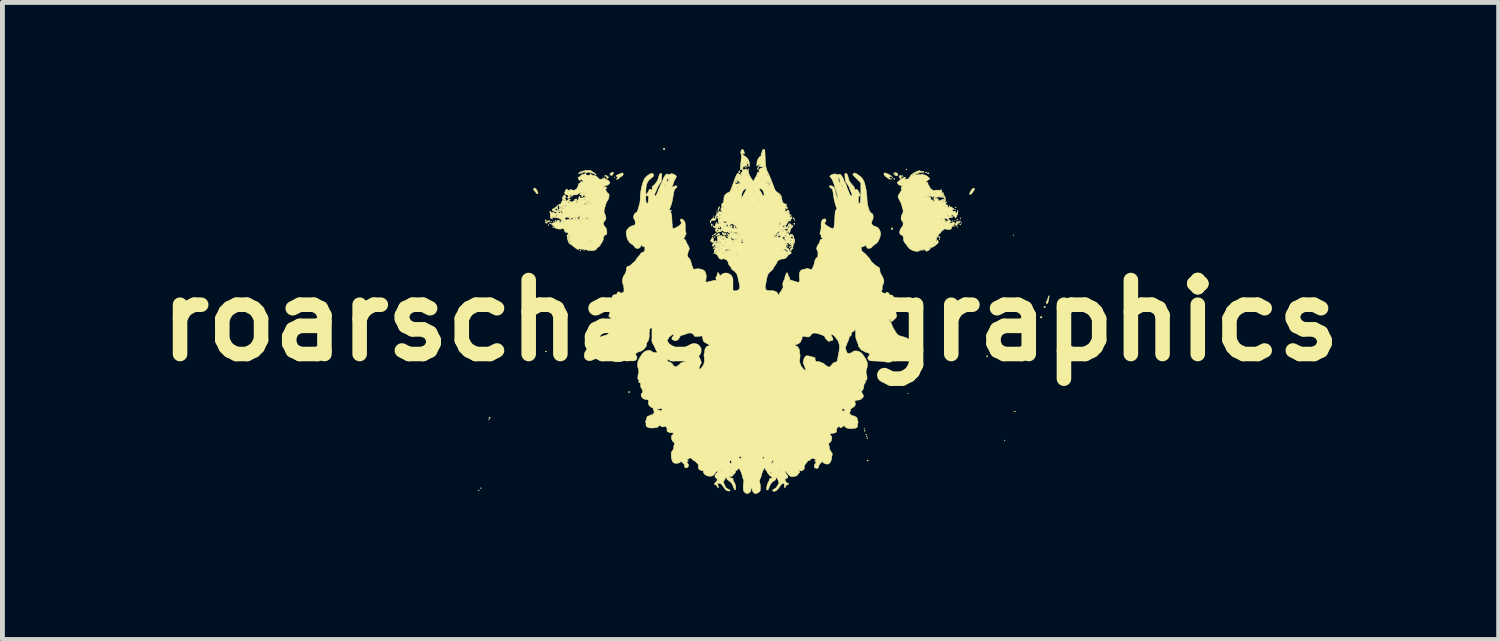
<source format=kicad_pcb>
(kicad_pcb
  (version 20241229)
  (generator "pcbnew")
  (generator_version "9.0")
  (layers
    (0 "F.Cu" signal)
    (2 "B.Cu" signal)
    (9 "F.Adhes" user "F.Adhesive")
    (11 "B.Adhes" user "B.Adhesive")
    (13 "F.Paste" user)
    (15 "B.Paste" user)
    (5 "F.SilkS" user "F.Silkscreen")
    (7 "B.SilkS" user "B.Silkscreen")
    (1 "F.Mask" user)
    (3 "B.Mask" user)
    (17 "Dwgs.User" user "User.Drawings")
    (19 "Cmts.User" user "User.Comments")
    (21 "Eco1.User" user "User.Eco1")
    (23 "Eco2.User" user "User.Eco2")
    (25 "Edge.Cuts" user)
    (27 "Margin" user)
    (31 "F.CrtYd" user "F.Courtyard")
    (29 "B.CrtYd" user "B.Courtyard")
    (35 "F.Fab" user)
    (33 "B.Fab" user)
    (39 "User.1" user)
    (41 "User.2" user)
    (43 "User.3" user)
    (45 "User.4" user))
  (footprint "roarschach-graphics"
    (layer "F.Cu")
    (at 12.417 3.556)
    (property "Reference" "roarschach-graphics" (at 0 0 0) (layer "F.SilkS") (effects (font (size 1.524 1.524) (thickness 0.3))))
    (attr through_hole)
    (fp_poly (pts (xy -5.385 2.038) (xy -5.391 2.045) (xy -5.397 2.038) (xy -5.391 2.032) (xy -5.385 2.038)) (stroke (width 0.01) (type solid)) (fill yes) (layer "F.SilkS"))
    (fp_poly (pts (xy -4.102 -2.038) (xy -4.108 -2.032) (xy -4.115 -2.038) (xy -4.108 -2.045) (xy -4.102 -2.038)) (stroke (width 0.01) (type solid)) (fill yes) (layer "F.SilkS"))
    (fp_poly (pts (xy -4.051 -2.038) (xy -4.058 -2.032) (xy -4.064 -2.038) (xy -4.058 -2.045) (xy -4.051 -2.038)) (stroke (width 0.01) (type solid)) (fill yes) (layer "F.SilkS"))
    (fp_poly (pts (xy -3.924 -2.064) (xy -3.931 -2.057) (xy -3.937 -2.064) (xy -3.931 -2.07) (xy -3.924 -2.064)) (stroke (width 0.01) (type solid)) (fill yes) (layer "F.SilkS"))
    (fp_poly (pts (xy -3.696 -2.546) (xy -3.702 -2.54) (xy -3.708 -2.546) (xy -3.702 -2.553) (xy -3.696 -2.546)) (stroke (width 0.01) (type solid)) (fill yes) (layer "F.SilkS"))
    (fp_poly (pts (xy -3.01 -2.953) (xy -3.016 -2.946) (xy -3.023 -2.953) (xy -3.016 -2.959) (xy -3.01 -2.953)) (stroke (width 0.01) (type solid)) (fill yes) (layer "F.SilkS"))
    (fp_poly (pts (xy -2.794 -2.953) (xy -2.8 -2.946) (xy -2.807 -2.953) (xy -2.8 -2.959) (xy -2.794 -2.953)) (stroke (width 0.01) (type solid)) (fill yes) (layer "F.SilkS"))
    (fp_poly (pts (xy -0.762 -1.48) (xy -0.768 -1.473) (xy -0.775 -1.48) (xy -0.768 -1.486) (xy -0.762 -1.48)) (stroke (width 0.01) (type solid)) (fill yes) (layer "F.SilkS"))
    (fp_poly (pts (xy -0.749 -2.153) (xy -0.756 -2.146) (xy -0.762 -2.153) (xy -0.756 -2.159) (xy -0.749 -2.153)) (stroke (width 0.01) (type solid)) (fill yes) (layer "F.SilkS"))
    (fp_poly (pts (xy -0.749 -1.378) (xy -0.756 -1.372) (xy -0.762 -1.378) (xy -0.756 -1.384) (xy -0.749 -1.378)) (stroke (width 0.01) (type solid)) (fill yes) (layer "F.SilkS"))
    (fp_poly (pts (xy -0.699 -2.216) (xy -0.705 -2.21) (xy -0.711 -2.216) (xy -0.705 -2.223) (xy -0.699 -2.216)) (stroke (width 0.01) (type solid)) (fill yes) (layer "F.SilkS"))
    (fp_poly (pts (xy -0.686 -2.254) (xy -0.692 -2.248) (xy -0.699 -2.254) (xy -0.692 -2.261) (xy -0.686 -2.254)) (stroke (width 0.01) (type solid)) (fill yes) (layer "F.SilkS"))
    (fp_poly (pts (xy -0.495 -1.746) (xy -0.502 -1.74) (xy -0.508 -1.746) (xy -0.502 -1.753) (xy -0.495 -1.746)) (stroke (width 0.01) (type solid)) (fill yes) (layer "F.SilkS"))
    (fp_poly (pts (xy -0.356 -1.937) (xy -0.362 -1.93) (xy -0.368 -1.937) (xy -0.362 -1.943) (xy -0.356 -1.937)) (stroke (width 0.01) (type solid)) (fill yes) (layer "F.SilkS"))
    (fp_poly (pts (xy -0.051 -3.181) (xy -0.057 -3.175) (xy -0.064 -3.181) (xy -0.057 -3.188) (xy -0.051 -3.181)) (stroke (width 0.01) (type solid)) (fill yes) (layer "F.SilkS"))
    (fp_poly (pts (xy 0.775 -1.568) (xy 0.768 -1.562) (xy 0.762 -1.568) (xy 0.768 -1.575) (xy 0.775 -1.568)) (stroke (width 0.01) (type solid)) (fill yes) (layer "F.SilkS"))
    (fp_poly (pts (xy 2.349 2.229) (xy 2.343 2.235) (xy 2.337 2.229) (xy 2.343 2.223) (xy 2.349 2.229)) (stroke (width 0.01) (type solid)) (fill yes) (layer "F.SilkS"))
    (fp_poly (pts (xy 2.934 -2.953) (xy 2.927 -2.946) (xy 2.921 -2.953) (xy 2.927 -2.959) (xy 2.934 -2.953)) (stroke (width 0.01) (type solid)) (fill yes) (layer "F.SilkS"))
    (fp_poly (pts (xy 3.251 1.505) (xy 3.245 1.511) (xy 3.239 1.505) (xy 3.245 1.499) (xy 3.251 1.505)) (stroke (width 0.01) (type solid)) (fill yes) (layer "F.SilkS"))
    (fp_poly (pts (xy 3.467 -3.029) (xy 3.461 -3.023) (xy 3.454 -3.029) (xy 3.461 -3.035) (xy 3.467 -3.029)) (stroke (width 0.01) (type solid)) (fill yes) (layer "F.SilkS"))
    (fp_poly (pts (xy 3.556 -1.441) (xy 3.55 -1.435) (xy 3.543 -1.441) (xy 3.55 -1.448) (xy 3.556 -1.441)) (stroke (width 0.01) (type solid)) (fill yes) (layer "F.SilkS"))
    (fp_poly (pts (xy 4.216 -2.064) (xy 4.21 -2.057) (xy 4.204 -2.064) (xy 4.21 -2.07) (xy 4.216 -2.064)) (stroke (width 0.01) (type solid)) (fill yes) (layer "F.SilkS"))
    (fp_poly (pts (xy 4.356 -2.013) (xy 4.35 -2.007) (xy 4.343 -2.013) (xy 4.35 -2.019) (xy 4.356 -2.013)) (stroke (width 0.01) (type solid)) (fill yes) (layer "F.SilkS"))
    (fp_poly (pts (xy 5.245 2.47) (xy 5.239 2.477) (xy 5.232 2.47) (xy 5.239 2.464) (xy 5.245 2.47)) (stroke (width 0.01) (type solid)) (fill yes) (layer "F.SilkS"))
    (fp_poly (pts (xy 5.423 -1.759) (xy 5.417 -1.753) (xy 5.41 -1.759) (xy 5.417 -1.765) (xy 5.423 -1.759)) (stroke (width 0.01) (type solid)) (fill yes) (layer "F.SilkS"))
    (fp_poly (pts (xy 5.436 1.873) (xy 5.429 1.88) (xy 5.423 1.873) (xy 5.429 1.867) (xy 5.436 1.873)) (stroke (width 0.01) (type solid)) (fill yes) (layer "F.SilkS"))
    (fp_poly (pts (xy 5.461 1.873) (xy 5.455 1.88) (xy 5.448 1.873) (xy 5.455 1.867) (xy 5.461 1.873)) (stroke (width 0.01) (type solid)) (fill yes) (layer "F.SilkS"))
    (fp_poly (pts (xy -5.592 3.497) (xy -5.594 3.504) (xy -5.601 3.505) (xy -5.611 3.501) (xy -5.609 3.497) (xy -5.594 3.495) (xy -5.592 3.497)) (stroke (width 0.01) (type solid)) (fill yes) (layer "F.SilkS"))
    (fp_poly (pts (xy -5.554 3.446) (xy -5.553 3.461) (xy -5.554 3.463) (xy -5.562 3.461) (xy -5.563 3.454) (xy -5.558 3.444) (xy -5.554 3.446)) (stroke (width 0.01) (type solid)) (fill yes) (layer "F.SilkS"))
    (fp_poly (pts (xy -4.157 -1.977) (xy -4.156 -1.962) (xy -4.157 -1.96) (xy -4.165 -1.962) (xy -4.166 -1.968) (xy -4.161 -1.979) (xy -4.157 -1.977)) (stroke (width 0.01) (type solid)) (fill yes) (layer "F.SilkS"))
    (fp_poly (pts (xy -3.497 -1.444) (xy -3.498 -1.436) (xy -3.505 -1.435) (xy -3.516 -1.44) (xy -3.514 -1.444) (xy -3.499 -1.445) (xy -3.497 -1.444)) (stroke (width 0.01) (type solid)) (fill yes) (layer "F.SilkS"))
    (fp_poly (pts (xy -3.421 -1.456) (xy -3.422 -1.449) (xy -3.429 -1.448) (xy -3.439 -1.452) (xy -3.437 -1.456) (xy -3.422 -1.458) (xy -3.421 -1.456)) (stroke (width 0.01) (type solid)) (fill yes) (layer "F.SilkS"))
    (fp_poly (pts (xy -0.727 -1.722) (xy -0.731 -1.716) (xy -0.744 -1.716) (xy -0.758 -1.719) (xy -0.752 -1.723) (xy -0.732 -1.725) (xy -0.727 -1.722)) (stroke (width 0.01) (type solid)) (fill yes) (layer "F.SilkS"))
    (fp_poly (pts (xy -0.69 -2.028) (xy -0.692 -2.02) (xy -0.699 -2.019) (xy -0.709 -2.024) (xy -0.707 -2.028) (xy -0.692 -2.029) (xy -0.69 -2.028)) (stroke (width 0.01) (type solid)) (fill yes) (layer "F.SilkS"))
    (fp_poly (pts (xy -0.461 -1.736) (xy -0.463 -1.728) (xy -0.47 -1.727) (xy -0.48 -1.732) (xy -0.478 -1.736) (xy -0.463 -1.737) (xy -0.461 -1.736)) (stroke (width 0.01) (type solid)) (fill yes) (layer "F.SilkS"))
    (fp_poly (pts (xy -0.093 -3.158) (xy -0.092 -3.143) (xy -0.093 -3.141) (xy -0.101 -3.143) (xy -0.102 -3.15) (xy -0.097 -3.16) (xy -0.093 -3.158)) (stroke (width 0.01) (type solid)) (fill yes) (layer "F.SilkS"))
    (fp_poly (pts (xy 0.77 -1.545) (xy 0.772 -1.53) (xy 0.77 -1.528) (xy 0.763 -1.53) (xy 0.762 -1.537) (xy 0.767 -1.547) (xy 0.77 -1.545)) (stroke (width 0.01) (type solid)) (fill yes) (layer "F.SilkS"))
    (fp_poly (pts (xy 0.91 -2.079) (xy 0.912 -2.063) (xy 0.91 -2.062) (xy 0.903 -2.063) (xy 0.902 -2.07) (xy 0.906 -2.081) (xy 0.91 -2.079)) (stroke (width 0.01) (type solid)) (fill yes) (layer "F.SilkS"))
    (fp_poly (pts (xy 2.358 2.258) (xy 2.36 2.278) (xy 2.357 2.283) (xy 2.351 2.279) (xy 2.351 2.266) (xy 2.354 2.252) (xy 2.358 2.258)) (stroke (width 0.01) (type solid)) (fill yes) (layer "F.SilkS"))
    (fp_poly (pts (xy 2.383 2.341) (xy 2.385 2.356) (xy 2.383 2.358) (xy 2.376 2.356) (xy 2.375 2.349) (xy 2.38 2.339) (xy 2.383 2.341)) (stroke (width 0.01) (type solid)) (fill yes) (layer "F.SilkS"))
    (fp_poly (pts (xy 2.396 2.379) (xy 2.398 2.394) (xy 2.396 2.396) (xy 2.389 2.394) (xy 2.388 2.388) (xy 2.392 2.377) (xy 2.396 2.379)) (stroke (width 0.01) (type solid)) (fill yes) (layer "F.SilkS"))
    (fp_poly (pts (xy 2.409 2.417) (xy 2.41 2.432) (xy 2.409 2.434) (xy 2.401 2.432) (xy 2.4 2.426) (xy 2.405 2.415) (xy 2.409 2.417)) (stroke (width 0.01) (type solid)) (fill yes) (layer "F.SilkS"))
    (fp_poly (pts (xy 2.904 -2.929) (xy 2.906 -2.914) (xy 2.904 -2.913) (xy 2.897 -2.914) (xy 2.896 -2.921) (xy 2.9 -2.931) (xy 2.904 -2.929)) (stroke (width 0.01) (type solid)) (fill yes) (layer "F.SilkS"))
    (fp_poly (pts (xy 3.222 -3.12) (xy 3.22 -3.112) (xy 3.213 -3.111) (xy 3.203 -3.116) (xy 3.205 -3.12) (xy 3.22 -3.121) (xy 3.222 -3.12)) (stroke (width 0.01) (type solid)) (fill yes) (layer "F.SilkS"))
    (fp_poly (pts (xy 3.629 -3.056) (xy 3.625 -3.05) (xy 3.612 -3.049) (xy 3.599 -3.052) (xy 3.604 -3.057) (xy 3.624 -3.058) (xy 3.629 -3.056)) (stroke (width 0.01) (type solid)) (fill yes) (layer "F.SilkS"))
    (fp_poly (pts (xy 3.895 -1.685) (xy 3.896 -1.67) (xy 3.895 -1.668) (xy 3.887 -1.67) (xy 3.886 -1.676) (xy 3.891 -1.687) (xy 3.895 -1.685)) (stroke (width 0.01) (type solid)) (fill yes) (layer "F.SilkS"))
    (fp_poly (pts (xy 4.174 -2.053) (xy 4.172 -2.046) (xy 4.166 -2.045) (xy 4.155 -2.049) (xy 4.157 -2.053) (xy 4.172 -2.055) (xy 4.174 -2.053)) (stroke (width 0.01) (type solid)) (fill yes) (layer "F.SilkS"))
    (fp_poly (pts (xy 4.225 -2.294) (xy 4.223 -2.287) (xy 4.216 -2.286) (xy 4.206 -2.291) (xy 4.208 -2.294) (xy 4.223 -2.296) (xy 4.225 -2.294)) (stroke (width 0.01) (type solid)) (fill yes) (layer "F.SilkS"))
    (fp_poly (pts (xy 4.238 -2.333) (xy 4.236 -2.325) (xy 4.229 -2.324) (xy 4.219 -2.329) (xy 4.221 -2.333) (xy 4.236 -2.334) (xy 4.238 -2.333)) (stroke (width 0.01) (type solid)) (fill yes) (layer "F.SilkS"))
    (fp_poly (pts (xy 4.263 -1.939) (xy 4.264 -1.924) (xy 4.263 -1.922) (xy 4.255 -1.924) (xy 4.255 -1.93) (xy 4.259 -1.941) (xy 4.263 -1.939)) (stroke (width 0.01) (type solid)) (fill yes) (layer "F.SilkS"))
    (fp_poly (pts (xy 4.276 -2.078) (xy 4.273 -2.072) (xy 4.26 -2.071) (xy 4.246 -2.074) (xy 4.252 -2.079) (xy 4.272 -2.08) (xy 4.276 -2.078)) (stroke (width 0.01) (type solid)) (fill yes) (layer "F.SilkS"))
    (fp_poly (pts (xy 4.326 -2.117) (xy 4.328 -2.102) (xy 4.326 -2.1) (xy 4.319 -2.101) (xy 4.318 -2.108) (xy 4.323 -2.119) (xy 4.326 -2.117)) (stroke (width 0.01) (type solid)) (fill yes) (layer "F.SilkS"))
    (fp_poly (pts (xy 5.774 0.449) (xy 5.776 0.464) (xy 5.774 0.466) (xy 5.767 0.464) (xy 5.766 0.457) (xy 5.77 0.447) (xy 5.774 0.449)) (stroke (width 0.01) (type solid)) (fill yes) (layer "F.SilkS"))
    (fp_poly (pts (xy -4.216 -2.076) (xy -4.209 -2.061) (xy -4.211 -2.057) (xy -4.223 -2.045) (xy -4.229 -2.058) (xy -4.229 -2.064) (xy -4.223 -2.078) (xy -4.216 -2.076)) (stroke (width 0.01) (type solid)) (fill yes) (layer "F.SilkS"))
    (fp_poly (pts (xy -4.007 -2.068) (xy -4.01 -2.058) (xy -4.022 -2.052) (xy -4.037 -2.048) (xy -4.031 -2.057) (xy -4.029 -2.059) (xy -4.013 -2.069) (xy -4.007 -2.068)) (stroke (width 0.01) (type solid)) (fill yes) (layer "F.SilkS"))
    (fp_poly (pts (xy -0.7 -1.506) (xy -0.687 -1.494) (xy -0.686 -1.492) (xy -0.692 -1.486) (xy -0.704 -1.498) (xy -0.706 -1.501) (xy -0.708 -1.509) (xy -0.7 -1.506)) (stroke (width 0.01) (type solid)) (fill yes) (layer "F.SilkS"))
    (fp_poly (pts (xy 0.833 -1.533) (xy 0.83 -1.522) (xy 0.819 -1.512) (xy 0.803 -1.503) (xy 0.8 -1.509) (xy 0.808 -1.526) (xy 0.824 -1.535) (xy 0.833 -1.533)) (stroke (width 0.01) (type solid)) (fill yes) (layer "F.SilkS"))
    (fp_poly (pts (xy 2.957 -2.929) (xy 2.971 -2.916) (xy 2.968 -2.908) (xy 2.966 -2.908) (xy 2.955 -2.917) (xy 2.952 -2.923) (xy 2.95 -2.932) (xy 2.957 -2.929)) (stroke (width 0.01) (type solid)) (fill yes) (layer "F.SilkS"))
    (fp_poly (pts (xy 6.007 -0.071) (xy 5.997 -0.053) (xy 5.987 -0.051) (xy 5.972 -0.058) (xy 5.972 -0.066) (xy 5.985 -0.083) (xy 6 -0.085) (xy 6.007 -0.071)) (stroke (width 0.01) (type solid)) (fill yes) (layer "F.SilkS"))
    (fp_poly (pts (xy -5.365 2) (xy -5.366 2.007) (xy -5.377 2.019) (xy -5.378 2.019) (xy -5.389 2.01) (xy -5.391 2.007) (xy -5.388 1.996) (xy -5.378 1.994) (xy -5.365 2)) (stroke (width 0.01) (type solid)) (fill yes) (layer "F.SilkS"))
    (fp_poly (pts (xy -4.216 0.629) (xy -4.204 0.64) (xy -4.204 0.642) (xy -4.214 0.648) (xy -4.216 0.648) (xy -4.229 0.638) (xy -4.229 0.634) (xy -4.221 0.627) (xy -4.216 0.629)) (stroke (width 0.01) (type solid)) (fill yes) (layer "F.SilkS"))
    (fp_poly (pts (xy -4.128 -2.013) (xy -4.115 -2.002) (xy -4.115 -2) (xy -4.125 -1.994) (xy -4.128 -1.994) (xy -4.14 -2.004) (xy -4.14 -2.007) (xy -4.132 -2.015) (xy -4.128 -2.013)) (stroke (width 0.01) (type solid)) (fill yes) (layer "F.SilkS"))
    (fp_poly (pts (xy -4.064 -1.937) (xy -4.052 -1.925) (xy -4.051 -1.923) (xy -4.061 -1.918) (xy -4.064 -1.918) (xy -4.076 -1.927) (xy -4.077 -1.931) (xy -4.069 -1.939) (xy -4.064 -1.937)) (stroke (width 0.01) (type solid)) (fill yes) (layer "F.SilkS"))
    (fp_poly (pts (xy -2.49 1.47) (xy -2.489 1.473) (xy -2.499 1.486) (xy -2.502 1.486) (xy -2.514 1.476) (xy -2.515 1.473) (xy -2.505 1.461) (xy -2.502 1.46) (xy -2.49 1.47)) (stroke (width 0.01) (type solid)) (fill yes) (layer "F.SilkS"))
    (fp_poly (pts (xy -1.773 -3.547) (xy -1.766 -3.53) (xy -1.774 -3.518) (xy -1.777 -3.518) (xy -1.795 -3.527) (xy -1.797 -3.53) (xy -1.796 -3.545) (xy -1.782 -3.551) (xy -1.773 -3.547)) (stroke (width 0.01) (type solid)) (fill yes) (layer "F.SilkS"))
    (fp_poly (pts (xy -0.789 -1.978) (xy -0.791 -1.96) (xy -0.796 -1.944) (xy -0.802 -1.951) (xy -0.806 -1.96) (xy -0.811 -1.982) (xy -0.808 -1.99) (xy -0.795 -1.993) (xy -0.789 -1.978)) (stroke (width 0.01) (type solid)) (fill yes) (layer "F.SilkS"))
    (fp_poly (pts (xy -0.766 -1.757) (xy -0.768 -1.753) (xy -0.78 -1.74) (xy -0.783 -1.74) (xy -0.783 -1.748) (xy -0.781 -1.753) (xy -0.769 -1.765) (xy -0.767 -1.765) (xy -0.766 -1.757)) (stroke (width 0.01) (type solid)) (fill yes) (layer "F.SilkS"))
    (fp_poly (pts (xy -0.717 -1.79) (xy -0.719 -1.786) (xy -0.73 -1.771) (xy -0.744 -1.764) (xy -0.749 -1.77) (xy -0.741 -1.781) (xy -0.73 -1.791) (xy -0.716 -1.8) (xy -0.717 -1.79)) (stroke (width 0.01) (type solid)) (fill yes) (layer "F.SilkS"))
    (fp_poly (pts (xy -0.217 -3.076) (xy -0.216 -3.067) (xy -0.226 -3.05) (xy -0.235 -3.048) (xy -0.247 -3.056) (xy -0.246 -3.067) (xy -0.233 -3.084) (xy -0.227 -3.086) (xy -0.217 -3.076)) (stroke (width 0.01) (type solid)) (fill yes) (layer "F.SilkS"))
    (fp_poly (pts (xy 0.165 -3.156) (xy 0.158 -3.135) (xy 0.152 -3.124) (xy 0.142 -3.114) (xy 0.14 -3.118) (xy 0.146 -3.139) (xy 0.152 -3.15) (xy 0.162 -3.16) (xy 0.165 -3.156)) (stroke (width 0.01) (type solid)) (fill yes) (layer "F.SilkS"))
    (fp_poly (pts (xy 0.889 -2.115) (xy 0.901 -2.103) (xy 0.902 -2.101) (xy 0.892 -2.096) (xy 0.889 -2.095) (xy 0.877 -2.105) (xy 0.876 -2.109) (xy 0.884 -2.117) (xy 0.889 -2.115)) (stroke (width 0.01) (type solid)) (fill yes) (layer "F.SilkS"))
    (fp_poly (pts (xy 0.914 -1.997) (xy 0.914 -1.994) (xy 0.905 -1.982) (xy 0.902 -1.981) (xy 0.889 -1.991) (xy 0.889 -1.994) (xy 0.899 -2.006) (xy 0.902 -2.007) (xy 0.914 -1.997)) (stroke (width 0.01) (type solid)) (fill yes) (layer "F.SilkS"))
    (fp_poly (pts (xy 2.413 2.877) (xy 2.425 2.888) (xy 2.426 2.89) (xy 2.416 2.895) (xy 2.413 2.896) (xy 2.401 2.886) (xy 2.4 2.882) (xy 2.408 2.875) (xy 2.413 2.877)) (stroke (width 0.01) (type solid)) (fill yes) (layer "F.SilkS"))
    (fp_poly (pts (xy 2.927 -1.905) (xy 2.928 -1.884) (xy 2.924 -1.877) (xy 2.908 -1.873) (xy 2.902 -1.88) (xy 2.901 -1.901) (xy 2.905 -1.907) (xy 2.921 -1.912) (xy 2.927 -1.905)) (stroke (width 0.01) (type solid)) (fill yes) (layer "F.SilkS"))
    (fp_poly (pts (xy 3.674 -3.039) (xy 3.677 -3.035) (xy 3.674 -3.024) (xy 3.665 -3.023) (xy 3.647 -3.029) (xy 3.645 -3.035) (xy 3.654 -3.048) (xy 3.657 -3.048) (xy 3.674 -3.039)) (stroke (width 0.01) (type solid)) (fill yes) (layer "F.SilkS"))
    (fp_poly (pts (xy 3.907 -1.719) (xy 3.905 -1.714) (xy 3.894 -1.702) (xy 3.892 -1.702) (xy 3.886 -1.712) (xy 3.886 -1.714) (xy 3.896 -1.727) (xy 3.9 -1.727) (xy 3.907 -1.719)) (stroke (width 0.01) (type solid)) (fill yes) (layer "F.SilkS"))
    (fp_poly (pts (xy 4.33 -1.985) (xy 4.331 -1.981) (xy 4.326 -1.969) (xy 4.325 -1.968) (xy 4.314 -1.977) (xy 4.312 -1.981) (xy 4.313 -1.993) (xy 4.317 -1.994) (xy 4.33 -1.985)) (stroke (width 0.01) (type solid)) (fill yes) (layer "F.SilkS"))
    (fp_poly (pts (xy 4.889 0.734) (xy 4.889 0.737) (xy 4.88 0.749) (xy 4.877 0.749) (xy 4.864 0.74) (xy 4.864 0.737) (xy 4.874 0.724) (xy 4.877 0.724) (xy 4.889 0.734)) (stroke (width 0.01) (type solid)) (fill yes) (layer "F.SilkS"))
    (fp_poly (pts (xy 5.27 0.784) (xy 5.271 0.787) (xy 5.261 0.8) (xy 5.258 0.8) (xy 5.245 0.79) (xy 5.245 0.787) (xy 5.255 0.775) (xy 5.258 0.775) (xy 5.27 0.784)) (stroke (width 0.01) (type solid)) (fill yes) (layer "F.SilkS"))
    (fp_poly (pts (xy 6.078 -0.286) (xy 6.077 -0.279) (xy 6.061 -0.267) (xy 6.057 -0.267) (xy 6.046 -0.276) (xy 6.045 -0.279) (xy 6.056 -0.291) (xy 6.065 -0.292) (xy 6.078 -0.286)) (stroke (width 0.01) (type solid)) (fill yes) (layer "F.SilkS"))
    (fp_poly (pts (xy -0.645 -1.797) (xy -0.636 -1.776) (xy -0.65 -1.764) (xy -0.657 -1.762) (xy -0.688 -1.752) (xy -0.705 -1.745) (xy -0.716 -1.743) (xy -0.709 -1.754) (xy -0.692 -1.773) (xy -0.665 -1.795) (xy -0.647 -1.799) (xy -0.645 -1.797)) (stroke (width 0.01) (type solid)) (fill yes) (layer "F.SilkS"))
    (fp_poly (pts (xy -0.64 -2.346) (xy -0.641 -2.332) (xy -0.65 -2.304) (xy -0.652 -2.297) (xy -0.664 -2.273) (xy -0.671 -2.267) (xy -0.672 -2.269) (xy -0.669 -2.291) (xy -0.66 -2.317) (xy -0.65 -2.339) (xy -0.641 -2.347) (xy -0.64 -2.346)) (stroke (width 0.01) (type solid)) (fill yes) (layer "F.SilkS"))
    (fp_poly (pts (xy -2.967 -2.989) (xy -2.946 -2.974) (xy -2.928 -2.955) (xy -2.928 -2.945) (xy -2.944 -2.935) (xy -2.962 -2.928) (xy -2.965 -2.938) (xy -2.963 -2.946) (xy -2.965 -2.966) (xy -2.986 -2.975) (xy -3.006 -2.98) (xy -3.002 -2.986) (xy -2.995 -2.99) (xy -2.967 -2.989)) (stroke (width 0.01) (type solid)) (fill yes) (layer "F.SilkS"))
    (fp_poly (pts (xy -2.825 -3.047) (xy -2.827 -3.03) (xy -2.841 -3.007) (xy -2.86 -2.989) (xy -2.872 -2.985) (xy -2.882 -2.995) (xy -2.883 -3.004) (xy -2.89 -3.018) (xy -2.899 -3.016) (xy -2.902 -3.017) (xy -2.888 -3.031) (xy -2.885 -3.034) (xy -2.856 -3.056) (xy -2.837 -3.058) (xy -2.825 -3.047)) (stroke (width 0.01) (type solid)) (fill yes) (layer "F.SilkS"))
    (fp_poly (pts (xy -4.426 -2.718) (xy -4.403 -2.683) (xy -4.398 -2.673) (xy -4.383 -2.639) (xy -4.379 -2.623) (xy -4.385 -2.617) (xy -4.396 -2.616) (xy -4.416 -2.623) (xy -4.42 -2.632) (xy -4.429 -2.651) (xy -4.445 -2.664) (xy -4.465 -2.685) (xy -4.47 -2.709) (xy -4.461 -2.726) (xy -4.447 -2.731) (xy -4.426 -2.718)) (stroke (width 0.01) (type solid)) (fill yes) (layer "F.SilkS"))
    (fp_poly (pts (xy -4.147 -2.057) (xy -4.131 -2.05) (xy -4.137 -2.044) (xy -4.156 -2.038) (xy -4.181 -2.028) (xy -4.191 -2.018) (xy -4.201 -2.008) (xy -4.21 -2.007) (xy -4.227 -2.015) (xy -4.229 -2.021) (xy -4.224 -2.03) (xy -4.221 -2.028) (xy -4.208 -2.03) (xy -4.192 -2.043) (xy -4.166 -2.06) (xy -4.147 -2.057)) (stroke (width 0.01) (type solid)) (fill yes) (layer "F.SilkS"))
    (fp_poly (pts (xy 4.608 -2.724) (xy 4.614 -2.719) (xy 4.615 -2.701) (xy 4.596 -2.67) (xy 4.593 -2.667) (xy 4.572 -2.639) (xy 4.56 -2.619) (xy 4.559 -2.615) (xy 4.549 -2.606) (xy 4.533 -2.603) (xy 4.514 -2.607) (xy 4.511 -2.613) (xy 4.542 -2.673) (xy 4.567 -2.711) (xy 4.589 -2.727) (xy 4.608 -2.724)) (stroke (width 0.01) (type solid)) (fill yes) (layer "F.SilkS"))
    (fp_poly (pts (xy 6.154 -0.507) (xy 6.151 -0.476) (xy 6.143 -0.435) (xy 6.132 -0.385) (xy 6.123 -0.357) (xy 6.113 -0.349) (xy 6.102 -0.355) (xy 6.097 -0.361) (xy 6.09 -0.38) (xy 6.094 -0.386) (xy 6.105 -0.402) (xy 6.119 -0.434) (xy 6.128 -0.458) (xy 6.143 -0.499) (xy 6.152 -0.515) (xy 6.154 -0.507)) (stroke (width 0.01) (type solid)) (fill yes) (layer "F.SilkS"))
    (fp_poly (pts (xy -0.558 -1.806) (xy -0.554 -1.8) (xy -0.546 -1.791) (xy -0.536 -1.801) (xy -0.525 -1.811) (xy -0.516 -1.797) (xy -0.509 -1.776) (xy -0.508 -1.771) (xy -0.518 -1.767) (xy -0.542 -1.767) (xy -0.566 -1.773) (xy -0.568 -1.774) (xy -0.581 -1.787) (xy -0.584 -1.806) (xy -0.574 -1.816) (xy -0.573 -1.816) (xy -0.558 -1.806)) (stroke (width 0.01) (type solid)) (fill yes) (layer "F.SilkS"))
    (fp_poly (pts (xy 3.006 -3.045) (xy 3.02 -3.032) (xy 3.038 -3.011) (xy 3.038 -2.999) (xy 3.024 -2.988) (xy 3.004 -2.981) (xy 2.985 -2.991) (xy 2.971 -3.004) (xy 2.954 -3.028) (xy 2.951 -3.044) (xy 2.952 -3.045) (xy 2.965 -3.044) (xy 2.977 -3.032) (xy 2.994 -3.014) (xy 3.003 -3.01) (xy 3.005 -3.018) (xy 2.997 -3.029) (xy 2.985 -3.049) (xy 2.99 -3.054) (xy 3.006 -3.045)) (stroke (width 0.01) (type solid)) (fill yes) (layer "F.SilkS"))
    (fp_poly (pts (xy 3.124 -2.984) (xy 3.145 -2.977) (xy 3.142 -2.974) (xy 3.128 -2.973) (xy 3.102 -2.966) (xy 3.091 -2.957) (xy 3.09 -2.948) (xy 3.095 -2.95) (xy 3.106 -2.948) (xy 3.107 -2.939) (xy 3.107 -2.924) (xy 3.106 -2.922) (xy 3.095 -2.926) (xy 3.083 -2.93) (xy 3.066 -2.944) (xy 3.061 -2.967) (xy 3.072 -2.985) (xy 3.077 -2.987) (xy 3.1 -2.988) (xy 3.124 -2.984)) (stroke (width 0.01) (type solid)) (fill yes) (layer "F.SilkS"))
    (fp_poly (pts (xy 2.802 -3.034) (xy 2.838 -3.017) (xy 2.875 -2.996) (xy 2.9 -2.978) (xy 2.91 -2.965) (xy 2.902 -2.961) (xy 2.883 -2.965) (xy 2.862 -2.966) (xy 2.857 -2.954) (xy 2.864 -2.936) (xy 2.87 -2.934) (xy 2.883 -2.924) (xy 2.883 -2.921) (xy 2.879 -2.911) (xy 2.864 -2.914) (xy 2.836 -2.931) (xy 2.815 -2.945) (xy 2.77 -2.982) (xy 2.749 -3.012) (xy 2.752 -3.036) (xy 2.754 -3.039) (xy 2.771 -3.043) (xy 2.802 -3.034)) (stroke (width 0.01) (type solid)) (fill yes) (layer "F.SilkS"))
    (fp_poly (pts (xy -0.767 -1.687) (xy -0.758 -1.66) (xy -0.766 -1.639) (xy -0.775 -1.627) (xy -0.765 -1.63) (xy -0.755 -1.632) (xy -0.757 -1.62) (xy -0.765 -1.604) (xy -0.767 -1.602) (xy -0.778 -1.608) (xy -0.797 -1.617) (xy -0.819 -1.632) (xy -0.822 -1.645) (xy -0.8 -1.645) (xy -0.794 -1.638) (xy -0.787 -1.645) (xy -0.794 -1.651) (xy -0.8 -1.645) (xy -0.822 -1.645) (xy -0.823 -1.648) (xy -0.81 -1.675) (xy -0.804 -1.684) (xy -0.783 -1.717) (xy -0.767 -1.687)) (stroke (width 0.01) (type solid)) (fill yes) (layer "F.SilkS"))
    (fp_poly (pts (xy 4.325 -2.048) (xy 4.323 -2.038) (xy 4.308 -2.021) (xy 4.3 -2.019) (xy 4.283 -2.009) (xy 4.267 -1.988) (xy 4.249 -1.961) (xy 4.234 -1.957) (xy 4.225 -1.964) (xy 4.216 -1.986) (xy 4.228 -2.003) (xy 4.245 -2.008) (xy 4.262 -2.01) (xy 4.255 -2.014) (xy 4.251 -2.015) (xy 4.236 -2.025) (xy 4.236 -2.033) (xy 4.252 -2.039) (xy 4.274 -2.037) (xy 4.299 -2.036) (xy 4.305 -2.043) (xy 4.314 -2.057) (xy 4.318 -2.057) (xy 4.325 -2.048)) (stroke (width 0.01) (type solid)) (fill yes) (layer "F.SilkS"))
    (fp_poly (pts (xy -2.624 -3.033) (xy -2.625 -3.011) (xy -2.625 -3.009) (xy -2.638 -2.987) (xy -2.657 -2.97) (xy -2.676 -2.964) (xy -2.683 -2.969) (xy -2.686 -2.969) (xy -2.685 -2.963) (xy -2.692 -2.947) (xy -2.713 -2.928) (xy -2.74 -2.913) (xy -2.757 -2.908) (xy -2.762 -2.916) (xy -2.75 -2.933) (xy -2.735 -2.952) (xy -2.74 -2.962) (xy -2.757 -2.97) (xy -2.772 -2.977) (xy -2.772 -2.984) (xy -2.756 -2.995) (xy -2.719 -3.013) (xy -2.714 -3.015) (xy -2.666 -3.035) (xy -2.637 -3.041) (xy -2.624 -3.033)) (stroke (width 0.01) (type solid)) (fill yes) (layer "F.SilkS"))
    (fp_poly (pts (xy -3.294 -3.093) (xy -3.278 -3.081) (xy -3.259 -3.064) (xy -3.249 -3.061) (xy -3.233 -3.053) (xy -3.208 -3.033) (xy -3.203 -3.029) (xy -3.185 -3.009) (xy -3.182 -2.998) (xy -3.185 -2.997) (xy -3.199 -3.005) (xy -3.2 -3.009) (xy -3.211 -3.018) (xy -3.239 -3.03) (xy -3.276 -3.043) (xy -3.314 -3.053) (xy -3.344 -3.058) (xy -3.355 -3.058) (xy -3.378 -3.046) (xy -3.381 -3.042) (xy -3.39 -3.038) (xy -3.391 -3.045) (xy -3.401 -3.058) (xy -3.424 -3.061) (xy -3.45 -3.056) (xy -3.468 -3.044) (xy -3.471 -3.038) (xy -3.476 -3.023) (xy -3.478 -3.033) (xy -3.478 -3.039) (xy -3.481 -3.055) (xy -3.492 -3.05) (xy -3.5 -3.043) (xy -3.522 -3.026) (xy -3.538 -3.024) (xy -3.541 -3.037) (xy -3.54 -3.038) (xy -3.523 -3.054) (xy -3.487 -3.07) (xy -3.437 -3.084) (xy -3.379 -3.094) (xy -3.365 -3.095) (xy -3.321 -3.097) (xy -3.294 -3.093)) (stroke (width 0.01) (type solid)) (fill yes) (layer "F.SilkS"))
    (fp_poly (pts (xy 3.486 -3.088) (xy 3.496 -3.081) (xy 3.514 -3.077) (xy 3.547 -3.075) (xy 3.55 -3.075) (xy 3.572 -3.07) (xy 3.576 -3.062) (xy 3.56 -3.055) (xy 3.529 -3.053) (xy 3.517 -3.053) (xy 3.474 -3.05) (xy 3.447 -3.039) (xy 3.446 -3.038) (xy 3.42 -3.026) (xy 3.404 -3.026) (xy 3.387 -3.026) (xy 3.386 -3.018) (xy 3.401 -3.009) (xy 3.432 -3.005) (xy 3.472 -3.005) (xy 3.51 -3.009) (xy 3.536 -3.016) (xy 3.553 -3.021) (xy 3.551 -3.011) (xy 3.55 -3.01) (xy 3.546 -2.999) (xy 3.553 -3.002) (xy 3.577 -3.004) (xy 3.611 -2.992) (xy 3.647 -2.971) (xy 3.667 -2.953) (xy 3.69 -2.926) (xy 3.694 -2.913) (xy 3.68 -2.908) (xy 3.677 -2.908) (xy 3.66 -2.902) (xy 3.658 -2.898) (xy 3.647 -2.884) (xy 3.633 -2.875) (xy 3.615 -2.861) (xy 3.62 -2.845) (xy 3.632 -2.832) (xy 3.644 -2.842) (xy 3.646 -2.845) (xy 3.655 -2.855) (xy 3.655 -2.843) (xy 3.654 -2.836) (xy 3.659 -2.803) (xy 3.672 -2.786) (xy 3.69 -2.761) (xy 3.696 -2.741) (xy 3.701 -2.722) (xy 3.708 -2.718) (xy 3.726 -2.71) (xy 3.747 -2.692) (xy 3.77 -2.674) (xy 3.787 -2.677) (xy 3.792 -2.68) (xy 3.82 -2.689) (xy 3.855 -2.687) (xy 3.893 -2.684) (xy 3.917 -2.692) (xy 3.931 -2.697) (xy 3.94 -2.68) (xy 3.942 -2.673) (xy 3.946 -2.644) (xy 3.943 -2.628) (xy 3.944 -2.617) (xy 3.948 -2.616) (xy 3.961 -2.627) (xy 3.966 -2.638) (xy 3.97 -2.643) (xy 3.973 -2.626) (xy 3.974 -2.619) (xy 3.977 -2.591) (xy 3.984 -2.578) (xy 3.985 -2.578) (xy 4 -2.567) (xy 4.012 -2.54) (xy 4.017 -2.506) (xy 4.015 -2.474) (xy 4.013 -2.47) (xy 4.006 -2.447) (xy 4.011 -2.441) (xy 4.019 -2.443) (xy 4.036 -2.443) (xy 4.037 -2.43) (xy 4.026 -2.419) (xy 4.013 -2.403) (xy 4.023 -2.39) (xy 4.039 -2.388) (xy 4.06 -2.38) (xy 4.066 -2.369) (xy 4.069 -2.339) (xy 4.074 -2.327) (xy 4.083 -2.325) (xy 4.092 -2.336) (xy 4.093 -2.353) (xy 4.094 -2.368) (xy 4.1 -2.361) (xy 4.109 -2.343) (xy 4.121 -2.321) (xy 4.127 -2.323) (xy 4.127 -2.328) (xy 4.129 -2.344) (xy 4.14 -2.339) (xy 4.147 -2.331) (xy 4.168 -2.315) (xy 4.179 -2.311) (xy 4.191 -2.302) (xy 4.191 -2.299) (xy 4.181 -2.287) (xy 4.174 -2.286) (xy 4.159 -2.276) (xy 4.157 -2.267) (xy 4.163 -2.254) (xy 4.186 -2.252) (xy 4.203 -2.254) (xy 4.226 -2.256) (xy 4.229 -2.254) (xy 4.225 -2.253) (xy 4.21 -2.243) (xy 4.217 -2.229) (xy 4.238 -2.216) (xy 4.256 -2.223) (xy 4.261 -2.244) (xy 4.26 -2.251) (xy 4.258 -2.269) (xy 4.267 -2.267) (xy 4.275 -2.248) (xy 4.271 -2.213) (xy 4.255 -2.167) (xy 4.245 -2.144) (xy 4.231 -2.118) (xy 4.223 -2.113) (xy 4.214 -2.126) (xy 4.212 -2.131) (xy 4.196 -2.153) (xy 4.183 -2.159) (xy 4.167 -2.167) (xy 4.166 -2.172) (xy 4.16 -2.184) (xy 4.148 -2.179) (xy 4.137 -2.16) (xy 4.136 -2.158) (xy 4.135 -2.14) (xy 4.149 -2.139) (xy 4.157 -2.141) (xy 4.175 -2.144) (xy 4.172 -2.136) (xy 4.171 -2.135) (xy 4.15 -2.124) (xy 4.121 -2.119) (xy 4.086 -2.115) (xy 4.074 -2.106) (xy 4.085 -2.088) (xy 4.105 -2.069) (xy 4.129 -2.046) (xy 4.136 -2.035) (xy 4.126 -2.032) (xy 4.117 -2.032) (xy 4.098 -2.029) (xy 4.101 -2.019) (xy 4.104 -2.015) (xy 4.121 -2.005) (xy 4.144 -2.011) (xy 4.151 -2.014) (xy 4.179 -2.024) (xy 4.198 -2.024) (xy 4.209 -2.01) (xy 4.205 -1.989) (xy 4.189 -1.972) (xy 4.174 -1.967) (xy 4.157 -1.965) (xy 4.163 -1.961) (xy 4.178 -1.956) (xy 4.21 -1.946) (xy 4.175 -1.944) (xy 4.149 -1.939) (xy 4.141 -1.921) (xy 4.14 -1.912) (xy 4.137 -1.891) (xy 4.121 -1.881) (xy 4.093 -1.877) (xy 4.055 -1.878) (xy 4.025 -1.885) (xy 4.022 -1.886) (xy 4.001 -1.891) (xy 3.98 -1.876) (xy 3.976 -1.871) (xy 3.957 -1.853) (xy 3.945 -1.85) (xy 3.936 -1.845) (xy 3.925 -1.824) (xy 3.925 -1.823) (xy 3.912 -1.802) (xy 3.899 -1.797) (xy 3.887 -1.793) (xy 3.875 -1.773) (xy 3.866 -1.748) (xy 3.867 -1.728) (xy 3.868 -1.726) (xy 3.866 -1.715) (xy 3.862 -1.714) (xy 3.849 -1.725) (xy 3.844 -1.737) (xy 3.84 -1.74) (xy 3.837 -1.723) (xy 3.837 -1.712) (xy 3.834 -1.676) (xy 3.828 -1.648) (xy 3.828 -1.646) (xy 3.828 -1.629) (xy 3.834 -1.626) (xy 3.846 -1.636) (xy 3.848 -1.647) (xy 3.851 -1.661) (xy 3.858 -1.657) (xy 3.865 -1.637) (xy 3.868 -1.621) (xy 3.862 -1.593) (xy 3.84 -1.577) (xy 3.818 -1.562) (xy 3.81 -1.55) (xy 3.8 -1.538) (xy 3.793 -1.537) (xy 3.77 -1.528) (xy 3.76 -1.518) (xy 3.738 -1.507) (xy 3.725 -1.508) (xy 3.71 -1.508) (xy 3.711 -1.498) (xy 3.705 -1.48) (xy 3.682 -1.457) (xy 3.672 -1.45) (xy 3.643 -1.432) (xy 3.627 -1.428) (xy 3.616 -1.436) (xy 3.611 -1.442) (xy 3.609 -1.444) (xy 3.624 -1.444) (xy 3.625 -1.436) (xy 3.632 -1.435) (xy 3.643 -1.44) (xy 3.641 -1.444) (xy 3.626 -1.445) (xy 3.624 -1.444) (xy 3.609 -1.444) (xy 3.584 -1.46) (xy 3.543 -1.461) (xy 3.495 -1.447) (xy 3.486 -1.442) (xy 3.463 -1.431) (xy 3.444 -1.426) (xy 3.422 -1.426) (xy 3.387 -1.432) (xy 3.367 -1.436) (xy 3.307 -1.46) (xy 3.275 -1.486) (xy 3.67 -1.486) (xy 3.675 -1.474) (xy 3.676 -1.473) (xy 3.687 -1.482) (xy 3.689 -1.486) (xy 3.688 -1.498) (xy 3.684 -1.499) (xy 3.671 -1.489) (xy 3.67 -1.486) (xy 3.275 -1.486) (xy 3.269 -1.491) (xy 3.244 -1.519) (xy 3.228 -1.539) (xy 3.226 -1.544) (xy 3.218 -1.558) (xy 3.2 -1.581) (xy 3.493 -1.581) (xy 3.499 -1.575) (xy 3.505 -1.581) (xy 3.5 -1.586) (xy 3.754 -1.586) (xy 3.767 -1.578) (xy 3.787 -1.574) (xy 3.797 -1.579) (xy 3.797 -1.58) (xy 3.787 -1.586) (xy 3.772 -1.591) (xy 3.755 -1.592) (xy 3.754 -1.586) (xy 3.5 -1.586) (xy 3.499 -1.587) (xy 3.493 -1.581) (xy 3.2 -1.581) (xy 3.199 -1.583) (xy 3.189 -1.594) (xy 3.442 -1.594) (xy 3.448 -1.587) (xy 3.454 -1.594) (xy 3.448 -1.6) (xy 3.543 -1.6) (xy 3.548 -1.59) (xy 3.552 -1.592) (xy 3.552 -1.594) (xy 3.708 -1.594) (xy 3.715 -1.587) (xy 3.721 -1.594) (xy 3.715 -1.6) (xy 3.708 -1.594) (xy 3.552 -1.594) (xy 3.553 -1.607) (xy 3.552 -1.609) (xy 3.544 -1.607) (xy 3.543 -1.6) (xy 3.448 -1.6) (xy 3.442 -1.594) (xy 3.189 -1.594) (xy 3.187 -1.596) (xy 3.162 -1.632) (xy 3.67 -1.632) (xy 3.677 -1.626) (xy 3.785 -1.626) (xy 3.789 -1.615) (xy 3.793 -1.617) (xy 3.795 -1.632) (xy 3.793 -1.634) (xy 3.786 -1.632) (xy 3.785 -1.626) (xy 3.677 -1.626) (xy 3.683 -1.632) (xy 3.677 -1.638) (xy 3.67 -1.632) (xy 3.162 -1.632) (xy 3.16 -1.635) (xy 3.151 -1.672) (xy 3.152 -1.681) (xy 3.149 -1.724) (xy 3.132 -1.751) (xy 3.104 -1.766) (xy 3.081 -1.782) (xy 3.073 -1.811) (xy 3.073 -1.817) (xy 3.078 -1.849) (xy 3.091 -1.884) (xy 3.099 -1.899) (xy 4.115 -1.899) (xy 4.121 -1.892) (xy 4.128 -1.899) (xy 4.121 -1.905) (xy 4.115 -1.899) (xy 3.099 -1.899) (xy 3.107 -1.913) (xy 3.122 -1.93) (xy 3.126 -1.93) (xy 3.133 -1.942) (xy 3.139 -1.962) (xy 3.962 -1.962) (xy 3.969 -1.956) (xy 3.975 -1.962) (xy 3.969 -1.968) (xy 3.962 -1.962) (xy 3.139 -1.962) (xy 3.141 -1.969) (xy 3.143 -1.976) (xy 3.145 -2.013) (xy 3.134 -2.04) (xy 3.124 -2.051) (xy 3.106 -2.078) (xy 3.103 -2.1) (xy 3.929 -2.1) (xy 3.931 -2.095) (xy 3.942 -2.083) (xy 3.944 -2.083) (xy 3.95 -2.093) (xy 3.95 -2.095) (xy 3.988 -2.095) (xy 3.997 -2.083) (xy 4 -2.083) (xy 4.011 -2.072) (xy 4.013 -2.057) (xy 4.021 -2.036) (xy 4.033 -2.032) (xy 4.046 -2.039) (xy 4.044 -2.047) (xy 4.043 -2.056) (xy 4.055 -2.054) (xy 4.077 -2.051) (xy 4.082 -2.062) (xy 4.069 -2.079) (xy 4.058 -2.088) (xy 4.026 -2.104) (xy 4 -2.107) (xy 3.988 -2.098) (xy 3.988 -2.095) (xy 3.95 -2.095) (xy 3.94 -2.108) (xy 3.936 -2.108) (xy 3.929 -2.1) (xy 3.103 -2.1) (xy 3.102 -2.109) (xy 3.103 -2.115) (xy 3.772 -2.115) (xy 3.778 -2.108) (xy 3.785 -2.115) (xy 3.778 -2.121) (xy 3.772 -2.115) (xy 3.103 -2.115) (xy 3.105 -2.129) (xy 3.107 -2.14) (xy 4.089 -2.14) (xy 4.096 -2.134) (xy 4.102 -2.14) (xy 4.096 -2.146) (xy 4.089 -2.14) (xy 3.107 -2.14) (xy 3.112 -2.159) (xy 4.058 -2.159) (xy 4.059 -2.147) (xy 4.063 -2.146) (xy 4.076 -2.156) (xy 4.077 -2.159) (xy 4.072 -2.171) (xy 4.071 -2.172) (xy 4.06 -2.163) (xy 4.058 -2.159) (xy 3.112 -2.159) (xy 3.115 -2.17) (xy 3.121 -2.184) (xy 4.204 -2.184) (xy 4.208 -2.174) (xy 4.212 -2.176) (xy 4.214 -2.191) (xy 4.212 -2.193) (xy 4.205 -2.191) (xy 4.204 -2.184) (xy 3.121 -2.184) (xy 3.13 -2.205) (xy 3.132 -2.208) (xy 3.145 -2.24) (xy 3.145 -2.242) (xy 4.013 -2.242) (xy 4.02 -2.235) (xy 4.026 -2.242) (xy 4.02 -2.248) (xy 4.013 -2.242) (xy 3.145 -2.242) (xy 3.145 -2.265) (xy 3.129 -2.33) (xy 4.039 -2.33) (xy 4.045 -2.324) (xy 4.051 -2.33) (xy 4.045 -2.337) (xy 4.039 -2.33) (xy 3.129 -2.33) (xy 3.128 -2.334) (xy 3.126 -2.34) (xy 4.002 -2.34) (xy 4.015 -2.343) (xy 4.017 -2.344) (xy 4.032 -2.354) (xy 4.033 -2.36) (xy 4.019 -2.358) (xy 4.01 -2.351) (xy 4.002 -2.34) (xy 3.126 -2.34) (xy 3.11 -2.393) (xy 3.094 -2.438) (xy 3.091 -2.445) (xy 3.861 -2.445) (xy 3.867 -2.438) (xy 3.873 -2.445) (xy 3.912 -2.445) (xy 3.918 -2.438) (xy 3.924 -2.445) (xy 3.918 -2.451) (xy 3.912 -2.445) (xy 3.873 -2.445) (xy 3.867 -2.451) (xy 3.861 -2.445) (xy 3.091 -2.445) (xy 3.081 -2.463) (xy 3.081 -2.464) (xy 3.594 -2.464) (xy 3.599 -2.453) (xy 3.603 -2.455) (xy 3.604 -2.47) (xy 3.603 -2.472) (xy 3.595 -2.471) (xy 3.594 -2.464) (xy 3.081 -2.464) (xy 3.065 -2.489) (xy 3.049 -2.523) (xy 3.049 -2.524) (xy 3.04 -2.553) (xy 3.04 -2.559) (xy 3.581 -2.559) (xy 3.588 -2.553) (xy 3.613 -2.553) (xy 3.614 -2.541) (xy 3.619 -2.54) (xy 3.623 -2.543) (xy 3.66 -2.543) (xy 3.672 -2.544) (xy 3.678 -2.546) (xy 3.703 -2.543) (xy 3.718 -2.525) (xy 3.714 -2.501) (xy 3.718 -2.491) (xy 3.732 -2.489) (xy 3.756 -2.481) (xy 3.764 -2.47) (xy 3.781 -2.454) (xy 3.794 -2.451) (xy 3.809 -2.453) (xy 3.805 -2.457) (xy 3.942 -2.457) (xy 3.943 -2.451) (xy 3.957 -2.44) (xy 3.972 -2.439) (xy 3.975 -2.443) (xy 3.965 -2.452) (xy 3.955 -2.456) (xy 3.942 -2.457) (xy 3.805 -2.457) (xy 3.8 -2.462) (xy 3.797 -2.464) (xy 3.787 -2.474) (xy 3.791 -2.477) (xy 3.793 -2.482) (xy 3.785 -2.489) (xy 3.779 -2.496) (xy 3.81 -2.496) (xy 3.816 -2.489) (xy 3.823 -2.496) (xy 3.816 -2.502) (xy 3.81 -2.496) (xy 3.779 -2.496) (xy 3.772 -2.503) (xy 3.778 -2.521) (xy 3.794 -2.521) (xy 3.799 -2.519) (xy 3.801 -2.52) (xy 3.825 -2.52) (xy 3.85 -2.51) (xy 3.869 -2.496) (xy 3.876 -2.481) (xy 3.871 -2.475) (xy 3.86 -2.465) (xy 3.867 -2.463) (xy 3.887 -2.466) (xy 3.914 -2.476) (xy 3.942 -2.489) (xy 3.946 -2.49) (xy 3.973 -2.504) (xy 3.981 -2.503) (xy 3.977 -2.498) (xy 3.969 -2.479) (xy 3.973 -2.471) (xy 3.985 -2.476) (xy 3.993 -2.493) (xy 3.999 -2.523) (xy 3.995 -2.535) (xy 3.979 -2.534) (xy 3.975 -2.534) (xy 3.951 -2.535) (xy 3.943 -2.541) (xy 3.926 -2.548) (xy 3.911 -2.546) (xy 3.891 -2.545) (xy 3.886 -2.552) (xy 3.877 -2.565) (xy 3.876 -2.565) (xy 3.95 -2.565) (xy 3.96 -2.554) (xy 3.969 -2.553) (xy 3.986 -2.555) (xy 3.988 -2.558) (xy 3.978 -2.566) (xy 3.969 -2.57) (xy 3.952 -2.57) (xy 3.95 -2.565) (xy 3.876 -2.565) (xy 3.873 -2.565) (xy 3.866 -2.557) (xy 3.868 -2.551) (xy 3.869 -2.541) (xy 3.859 -2.543) (xy 3.835 -2.542) (xy 3.809 -2.531) (xy 3.794 -2.521) (xy 3.778 -2.521) (xy 3.779 -2.523) (xy 3.781 -2.526) (xy 3.789 -2.549) (xy 3.785 -2.559) (xy 3.769 -2.557) (xy 3.766 -2.553) (xy 3.749 -2.541) (xy 3.745 -2.54) (xy 3.738 -2.548) (xy 3.74 -2.553) (xy 3.738 -2.559) (xy 3.81 -2.559) (xy 3.816 -2.553) (xy 3.823 -2.559) (xy 3.816 -2.565) (xy 3.81 -2.559) (xy 3.738 -2.559) (xy 3.737 -2.562) (xy 3.719 -2.565) (xy 3.693 -2.562) (xy 3.671 -2.552) (xy 3.67 -2.552) (xy 3.66 -2.543) (xy 3.623 -2.543) (xy 3.632 -2.549) (xy 3.632 -2.553) (xy 3.628 -2.565) (xy 3.627 -2.565) (xy 3.616 -2.557) (xy 3.613 -2.553) (xy 3.588 -2.553) (xy 3.594 -2.559) (xy 3.588 -2.565) (xy 3.581 -2.559) (xy 3.04 -2.559) (xy 3.043 -2.576) (xy 3.048 -2.584) (xy 3.67 -2.584) (xy 3.677 -2.578) (xy 3.924 -2.578) (xy 3.929 -2.568) (xy 3.933 -2.57) (xy 3.934 -2.585) (xy 3.933 -2.587) (xy 3.925 -2.585) (xy 3.924 -2.578) (xy 3.677 -2.578) (xy 3.683 -2.584) (xy 3.677 -2.591) (xy 3.67 -2.584) (xy 3.048 -2.584) (xy 3.056 -2.597) (xy 3.81 -2.597) (xy 3.816 -2.591) (xy 3.823 -2.597) (xy 3.816 -2.603) (xy 3.81 -2.597) (xy 3.056 -2.597) (xy 3.061 -2.604) (xy 3.063 -2.607) (xy 3.073 -2.623) (xy 3.696 -2.623) (xy 3.702 -2.616) (xy 3.708 -2.623) (xy 3.702 -2.629) (xy 3.696 -2.623) (xy 3.073 -2.623) (xy 3.082 -2.635) (xy 3.797 -2.635) (xy 3.804 -2.629) (xy 3.81 -2.635) (xy 3.804 -2.642) (xy 3.797 -2.635) (xy 3.082 -2.635) (xy 3.089 -2.646) (xy 3.09 -2.648) (xy 3.708 -2.648) (xy 3.715 -2.642) (xy 3.721 -2.648) (xy 3.715 -2.654) (xy 3.708 -2.648) (xy 3.09 -2.648) (xy 3.107 -2.681) (xy 3.116 -2.707) (xy 3.112 -2.718) (xy 3.111 -2.718) (xy 3.1 -2.726) (xy 3.105 -2.745) (xy 3.119 -2.761) (xy 3.131 -2.776) (xy 3.122 -2.781) (xy 3.107 -2.781) (xy 3.076 -2.788) (xy 3.047 -2.806) (xy 3.028 -2.828) (xy 3.025 -2.846) (xy 3.039 -2.862) (xy 3.067 -2.886) (xy 3.104 -2.913) (xy 3.145 -2.94) (xy 3.171 -2.952) (xy 3.187 -2.951) (xy 3.191 -2.948) (xy 3.199 -2.938) (xy 3.185 -2.94) (xy 3.181 -2.942) (xy 3.164 -2.946) (xy 3.167 -2.937) (xy 3.172 -2.931) (xy 3.201 -2.912) (xy 3.235 -2.914) (xy 3.265 -2.935) (xy 3.275 -2.95) (xy 3.298 -2.985) (xy 3.3 -2.987) (xy 3.317 -2.987) (xy 3.321 -2.985) (xy 3.342 -2.991) (xy 3.353 -2.997) (xy 3.363 -3.007) (xy 3.359 -3.01) (xy 3.338 -3.003) (xy 3.327 -2.997) (xy 3.317 -2.987) (xy 3.3 -2.987) (xy 3.323 -3.013) (xy 3.35 -3.032) (xy 3.386 -3.053) (xy 3.425 -3.072) (xy 3.459 -3.085) (xy 3.482 -3.09) (xy 3.486 -3.088)) (stroke (width 0.01) (type solid)) (fill yes) (layer "F.SilkS"))
    (fp_poly (pts (xy -3.405 -3.035) (xy -3.393 -3.01) (xy -3.367 -2.995) (xy -3.337 -2.991) (xy -3.31 -3.001) (xy -3.298 -3.02) (xy -3.293 -3.035) (xy -3.291 -3.025) (xy -3.291 -3.02) (xy -3.281 -3.004) (xy -3.251 -2.994) (xy -3.231 -2.99) (xy -3.186 -2.978) (xy -3.154 -2.955) (xy -3.146 -2.945) (xy -3.114 -2.915) (xy -3.079 -2.91) (xy -3.049 -2.923) (xy -3.03 -2.93) (xy -3.006 -2.926) (xy -2.97 -2.909) (xy -2.966 -2.907) (xy -2.931 -2.885) (xy -2.907 -2.863) (xy -2.9 -2.852) (xy -2.904 -2.827) (xy -2.925 -2.803) (xy -2.956 -2.787) (xy -2.983 -2.784) (xy -3.009 -2.781) (xy -3.02 -2.77) (xy -3.019 -2.759) (xy -3.013 -2.76) (xy -2.995 -2.759) (xy -2.977 -2.75) (xy -2.961 -2.736) (xy -2.965 -2.728) (xy -2.975 -2.724) (xy -2.987 -2.717) (xy -2.989 -2.704) (xy -2.978 -2.68) (xy -2.971 -2.665) (xy -2.953 -2.637) (xy -2.939 -2.622) (xy -2.934 -2.622) (xy -2.924 -2.617) (xy -2.915 -2.594) (xy -2.915 -2.561) (xy -2.924 -2.521) (xy -2.938 -2.484) (xy -2.955 -2.46) (xy -2.957 -2.459) (xy -2.965 -2.444) (xy -2.978 -2.411) (xy -2.992 -2.366) (xy -2.997 -2.35) (xy -3.011 -2.299) (xy -3.018 -2.265) (xy -3.018 -2.241) (xy -3.012 -2.219) (xy -3.007 -2.207) (xy -2.985 -2.149) (xy -2.979 -2.106) (xy -2.991 -2.073) (xy -3.004 -2.057) (xy -3.03 -2.019) (xy -3.031 -1.98) (xy -3.007 -1.941) (xy -3.002 -1.936) (xy -2.977 -1.905) (xy -2.965 -1.863) (xy -2.962 -1.842) (xy -2.96 -1.804) (xy -2.963 -1.783) (xy -2.976 -1.771) (xy -2.988 -1.767) (xy -3.017 -1.747) (xy -3.032 -1.714) (xy -3.035 -1.676) (xy -3.044 -1.642) (xy -3.064 -1.607) (xy -3.067 -1.603) (xy -3.088 -1.575) (xy -3.098 -1.555) (xy -3.099 -1.552) (xy -3.109 -1.538) (xy -3.133 -1.518) (xy -3.14 -1.513) (xy -3.164 -1.496) (xy -3.173 -1.487) (xy -3.171 -1.486) (xy -3.17 -1.479) (xy -3.178 -1.468) (xy -3.196 -1.456) (xy -3.204 -1.456) (xy -3.213 -1.454) (xy -3.213 -1.452) (xy -3.224 -1.444) (xy -3.253 -1.441) (xy -3.292 -1.441) (xy -3.333 -1.445) (xy -3.368 -1.453) (xy -3.38 -1.457) (xy -3.423 -1.468) (xy -3.467 -1.471) (xy -3.502 -1.472) (xy -3.526 -1.477) (xy -3.528 -1.478) (xy -3.541 -1.479) (xy -3.543 -1.474) (xy -3.547 -1.463) (xy -3.56 -1.464) (xy -3.585 -1.479) (xy -3.625 -1.509) (xy -3.644 -1.524) (xy -3.682 -1.554) (xy -3.712 -1.576) (xy -3.73 -1.587) (xy -3.732 -1.587) (xy -3.743 -1.599) (xy -3.756 -1.629) (xy -3.76 -1.642) (xy -3.74 -1.642) (xy -3.738 -1.631) (xy -3.726 -1.616) (xy -3.713 -1.614) (xy -3.711 -1.619) (xy -3.327 -1.619) (xy -3.321 -1.613) (xy -3.315 -1.619) (xy -3.302 -1.619) (xy -3.296 -1.613) (xy -3.289 -1.619) (xy -3.296 -1.626) (xy -3.302 -1.619) (xy -3.315 -1.619) (xy -3.321 -1.626) (xy -3.327 -1.619) (xy -3.711 -1.619) (xy -3.708 -1.624) (xy -3.718 -1.638) (xy -3.727 -1.643) (xy -3.74 -1.642) (xy -3.76 -1.642) (xy -3.765 -1.659) (xy -3.298 -1.659) (xy -3.296 -1.652) (xy -3.289 -1.651) (xy -3.279 -1.656) (xy -3.281 -1.659) (xy -3.296 -1.661) (xy -3.298 -1.659) (xy -3.765 -1.659) (xy -3.768 -1.671) (xy -3.77 -1.679) (xy -3.754 -1.679) (xy -3.752 -1.675) (xy -3.737 -1.669) (xy -3.733 -1.671) (xy -3.728 -1.683) (xy -3.365 -1.683) (xy -3.359 -1.676) (xy -3.353 -1.683) (xy -3.359 -1.689) (xy -3.365 -1.683) (xy -3.728 -1.683) (xy -3.726 -1.686) (xy -3.728 -1.69) (xy -3.744 -1.696) (xy -3.748 -1.695) (xy -3.754 -1.679) (xy -3.77 -1.679) (xy -3.779 -1.718) (xy -3.782 -1.75) (xy -3.758 -1.75) (xy -3.749 -1.741) (xy -3.747 -1.74) (xy -3.727 -1.729) (xy -3.721 -1.732) (xy -3.721 -1.74) (xy -3.732 -1.751) (xy -3.743 -1.752) (xy -3.758 -1.75) (xy -3.782 -1.75) (xy -3.782 -1.753) (xy -3.774 -1.765) (xy -3.773 -1.765) (xy -3.762 -1.775) (xy -3.76 -1.797) (xy -3.766 -1.817) (xy -3.772 -1.822) (xy -3.784 -1.821) (xy -3.785 -1.817) (xy -3.793 -1.811) (xy -3.81 -1.819) (xy -3.83 -1.84) (xy -3.835 -1.856) (xy -3.844 -1.883) (xy -3.865 -1.898) (xy -3.888 -1.895) (xy -3.892 -1.893) (xy -3.918 -1.884) (xy -3.96 -1.887) (xy -4.016 -1.9) (xy -4.035 -1.917) (xy -4.039 -1.93) (xy -4.05 -1.951) (xy -4.07 -1.961) (xy -4.092 -1.973) (xy -4.102 -1.99) (xy -4.097 -2.003) (xy -4.085 -2.007) (xy -4.063 -2.012) (xy -4.044 -2.019) (xy -3.95 -2.019) (xy -3.945 -2.009) (xy -3.941 -2.011) (xy -3.94 -2.026) (xy -3.941 -2.028) (xy -3.949 -2.026) (xy -3.95 -2.019) (xy -4.044 -2.019) (xy -4.033 -2.024) (xy -4.005 -2.039) (xy -3.986 -2.053) (xy -3.983 -2.061) (xy -3.981 -2.069) (xy -3.97 -2.07) (xy -3.955 -2.064) (xy -3.956 -2.057) (xy -3.953 -2.047) (xy -3.944 -2.045) (xy -3.927 -2.034) (xy -3.924 -2.022) (xy -3.922 -2.008) (xy -3.913 -2.017) (xy -3.912 -2.019) (xy -3.912 -2.019) (xy -3.886 -2.019) (xy -3.882 -2.009) (xy -3.878 -2.011) (xy -3.876 -2.026) (xy -3.878 -2.028) (xy -3.885 -2.026) (xy -3.886 -2.019) (xy -3.912 -2.019) (xy -3.905 -2.04) (xy -3.907 -2.047) (xy -3.906 -2.051) (xy -3.87 -2.051) (xy -3.868 -2.046) (xy -3.856 -2.032) (xy -3.853 -2.042) (xy -3.856 -2.052) (xy -3.857 -2.053) (xy -3.501 -2.053) (xy -3.499 -2.046) (xy -3.493 -2.045) (xy -3.482 -2.049) (xy -3.484 -2.053) (xy -3.499 -2.055) (xy -3.501 -2.053) (xy -3.857 -2.053) (xy -3.866 -2.065) (xy -3.87 -2.065) (xy -3.87 -2.051) (xy -3.906 -2.051) (xy -3.903 -2.057) (xy -3.899 -2.057) (xy -3.888 -2.066) (xy -3.889 -2.071) (xy -3.902 -2.084) (xy -3.906 -2.085) (xy -3.924 -2.092) (xy -3.937 -2.102) (xy -3.827 -2.102) (xy -3.813 -2.083) (xy -3.813 -2.082) (xy -3.794 -2.069) (xy -3.783 -2.075) (xy -3.781 -2.078) (xy -3.778 -2.08) (xy -3.707 -2.08) (xy -3.705 -2.063) (xy -3.704 -2.065) (xy -3.592 -2.065) (xy -3.589 -2.058) (xy -3.582 -2.057) (xy -3.565 -2.067) (xy -3.562 -2.07) (xy -3.564 -2.077) (xy -3.574 -2.075) (xy -3.592 -2.065) (xy -3.704 -2.065) (xy -3.7 -2.071) (xy -3.7 -2.073) (xy -3.691 -2.083) (xy -3.632 -2.083) (xy -3.628 -2.07) (xy -3.627 -2.07) (xy -3.616 -2.079) (xy -3.613 -2.083) (xy -3.614 -2.095) (xy -3.619 -2.095) (xy -3.632 -2.086) (xy -3.632 -2.083) (xy -3.691 -2.083) (xy -3.687 -2.088) (xy -3.676 -2.087) (xy -3.66 -2.09) (xy -3.658 -2.102) (xy -3.665 -2.117) (xy -3.678 -2.116) (xy -3.698 -2.109) (xy -3.703 -2.108) (xy -3.707 -2.097) (xy -3.707 -2.08) (xy -3.778 -2.08) (xy -3.763 -2.089) (xy -3.753 -2.087) (xy -3.736 -2.088) (xy -3.734 -2.093) (xy -3.73 -2.116) (xy -3.728 -2.123) (xy -3.632 -2.123) (xy -3.622 -2.114) (xy -3.613 -2.112) (xy -3.596 -2.118) (xy -3.594 -2.123) (xy -3.602 -2.13) (xy -3.579 -2.13) (xy -3.579 -2.12) (xy -3.563 -2.103) (xy -3.555 -2.101) (xy -3.541 -2.092) (xy -3.54 -2.085) (xy -3.536 -2.071) (xy -3.533 -2.07) (xy -3.529 -2.076) (xy -3.353 -2.076) (xy -3.346 -2.07) (xy -3.34 -2.076) (xy -3.346 -2.083) (xy -3.353 -2.076) (xy -3.529 -2.076) (xy -3.526 -2.081) (xy -3.523 -2.095) (xy -3.467 -2.095) (xy -3.463 -2.083) (xy -3.462 -2.083) (xy -3.451 -2.092) (xy -3.448 -2.095) (xy -3.449 -2.102) (xy -3.391 -2.102) (xy -3.384 -2.085) (xy -3.378 -2.083) (xy -3.367 -2.093) (xy -3.365 -2.102) (xy -3.302 -2.102) (xy -3.296 -2.095) (xy -3.289 -2.102) (xy -3.264 -2.102) (xy -3.258 -2.095) (xy -3.251 -2.102) (xy -3.258 -2.108) (xy -3.264 -2.102) (xy -3.289 -2.102) (xy -3.296 -2.108) (xy -3.302 -2.102) (xy -3.365 -2.102) (xy -3.372 -2.119) (xy -3.378 -2.121) (xy -3.389 -2.111) (xy -3.391 -2.102) (xy -3.449 -2.102) (xy -3.449 -2.107) (xy -3.454 -2.108) (xy -3.467 -2.099) (xy -3.467 -2.095) (xy -3.523 -2.095) (xy -3.521 -2.11) (xy -3.52 -2.12) (xy -3.52 -2.129) (xy -3.336 -2.129) (xy -3.334 -2.122) (xy -3.327 -2.121) (xy -3.317 -2.126) (xy -3.319 -2.129) (xy -3.334 -2.131) (xy -3.336 -2.129) (xy -3.52 -2.129) (xy -3.52 -2.14) (xy -3.48 -2.14) (xy -3.473 -2.134) (xy -3.47 -2.137) (xy -3.446 -2.137) (xy -3.429 -2.136) (xy -3.411 -2.138) (xy -3.413 -2.142) (xy -3.439 -2.144) (xy -3.445 -2.142) (xy -3.446 -2.137) (xy -3.47 -2.137) (xy -3.467 -2.14) (xy -3.473 -2.146) (xy -3.48 -2.14) (xy -3.52 -2.14) (xy -3.52 -2.152) (xy -3.521 -2.153) (xy -3.365 -2.153) (xy -3.359 -2.146) (xy -3.353 -2.153) (xy -3.2 -2.153) (xy -3.194 -2.146) (xy -3.188 -2.153) (xy -3.194 -2.159) (xy -3.2 -2.153) (xy -3.353 -2.153) (xy -3.359 -2.159) (xy -3.365 -2.153) (xy -3.521 -2.153) (xy -3.527 -2.164) (xy -3.54 -2.163) (xy -3.552 -2.154) (xy -3.546 -2.149) (xy -3.536 -2.138) (xy -3.537 -2.133) (xy -3.553 -2.127) (xy -3.564 -2.13) (xy -3.579 -2.13) (xy -3.602 -2.13) (xy -3.604 -2.132) (xy -3.613 -2.134) (xy -3.63 -2.128) (xy -3.632 -2.123) (xy -3.728 -2.123) (xy -3.726 -2.129) (xy -3.723 -2.144) (xy -3.729 -2.14) (xy -3.739 -2.128) (xy -3.754 -2.115) (xy -3.759 -2.118) (xy -3.769 -2.131) (xy -3.791 -2.132) (xy -3.814 -2.123) (xy -3.82 -2.119) (xy -3.827 -2.102) (xy -3.937 -2.102) (xy -3.94 -2.104) (xy -3.965 -2.117) (xy -3.981 -2.116) (xy -3.998 -2.118) (xy -4 -2.128) (xy -4.011 -2.143) (xy -4.023 -2.145) (xy -4.035 -2.142) (xy -4.029 -2.138) (xy -4.014 -2.124) (xy -4.013 -2.119) (xy -4.022 -2.114) (xy -4.038 -2.12) (xy -4.069 -2.133) (xy -4.084 -2.126) (xy -4.085 -2.105) (xy -4.083 -2.089) (xy -4.086 -2.093) (xy -4.1 -2.105) (xy -4.108 -2.104) (xy -4.12 -2.108) (xy -4.123 -2.136) (xy -4.123 -2.138) (xy -4.124 -2.153) (xy -4.089 -2.153) (xy -4.083 -2.146) (xy -4.077 -2.153) (xy -4.083 -2.159) (xy -4.089 -2.153) (xy -4.124 -2.153) (xy -4.125 -2.172) (xy -4.013 -2.172) (xy -4.003 -2.161) (xy -3.993 -2.159) (xy -3.899 -2.159) (xy -3.894 -2.149) (xy -3.89 -2.151) (xy -3.889 -2.165) (xy -3.467 -2.165) (xy -3.461 -2.159) (xy -3.454 -2.165) (xy -3.461 -2.172) (xy -3.467 -2.165) (xy -3.889 -2.165) (xy -3.889 -2.166) (xy -3.89 -2.167) (xy -3.898 -2.166) (xy -3.899 -2.159) (xy -3.993 -2.159) (xy -3.98 -2.165) (xy -3.981 -2.172) (xy -3.998 -2.184) (xy -4.001 -2.184) (xy -4.013 -2.175) (xy -4.013 -2.172) (xy -4.125 -2.172) (xy -4.125 -2.18) (xy -4.132 -2.223) (xy -4.137 -2.25) (xy -4.135 -2.257) (xy -4.124 -2.245) (xy -4.123 -2.245) (xy -4.099 -2.229) (xy -4.084 -2.23) (xy -4.058 -2.228) (xy -4.038 -2.216) (xy -4.019 -2.203) (xy -4.013 -2.209) (xy -4.006 -2.218) (xy -4.001 -2.217) (xy -3.985 -2.218) (xy -3.982 -2.221) (xy -3.989 -2.23) (xy -4.013 -2.239) (xy -4.017 -2.24) (xy -3.961 -2.24) (xy -3.958 -2.223) (xy -3.954 -2.218) (xy -3.935 -2.21) (xy -3.925 -2.223) (xy -3.924 -2.229) (xy -3.934 -2.246) (xy -3.943 -2.248) (xy -3.961 -2.24) (xy -4.017 -2.24) (xy -4.023 -2.241) (xy -4.067 -2.256) (xy -4.086 -2.277) (xy -4.035 -2.277) (xy -4.028 -2.275) (xy -4.021 -2.277) (xy -4.004 -2.277) (xy -4 -2.267) (xy -3.994 -2.25) (xy -3.988 -2.248) (xy -3.977 -2.258) (xy -3.975 -2.268) (xy -3.984 -2.294) (xy -3.992 -2.305) (xy -4.007 -2.314) (xy -4.021 -2.302) (xy -4.025 -2.296) (xy -4.035 -2.277) (xy -4.086 -2.277) (xy -4.088 -2.279) (xy -4.089 -2.289) (xy -4.079 -2.298) (xy -4.073 -2.299) (xy -4.055 -2.307) (xy -4.027 -2.327) (xy -4.014 -2.338) (xy -3.972 -2.376) (xy -3.978 -2.344) (xy -3.977 -2.313) (xy -3.967 -2.297) (xy -3.956 -2.28) (xy -3.957 -2.272) (xy -3.955 -2.261) (xy -3.95 -2.261) (xy -3.942 -2.271) (xy -3.941 -2.277) (xy -3.923 -2.277) (xy -3.917 -2.255) (xy -3.912 -2.242) (xy -3.898 -2.219) (xy -3.884 -2.209) (xy -3.874 -2.216) (xy -3.873 -2.223) (xy -3.882 -2.24) (xy -3.899 -2.261) (xy -3.918 -2.278) (xy -3.923 -2.277) (xy -3.941 -2.277) (xy -3.938 -2.298) (xy -3.938 -2.329) (xy -3.942 -2.351) (xy -3.921 -2.351) (xy -3.918 -2.33) (xy -3.899 -2.313) (xy -3.874 -2.307) (xy -3.863 -2.309) (xy -3.853 -2.316) (xy -3.867 -2.321) (xy -3.877 -2.322) (xy -3.905 -2.332) (xy -3.913 -2.347) (xy -3.915 -2.359) (xy -3.897 -2.359) (xy -3.894 -2.351) (xy -3.881 -2.338) (xy -3.874 -2.341) (xy -3.873 -2.342) (xy -3.883 -2.353) (xy -3.888 -2.357) (xy -3.897 -2.359) (xy -3.915 -2.359) (xy -3.915 -2.36) (xy -3.921 -2.351) (xy -3.942 -2.351) (xy -3.943 -2.356) (xy -3.95 -2.369) (xy -3.951 -2.371) (xy -3.844 -2.371) (xy -3.84 -2.364) (xy -3.825 -2.362) (xy -3.803 -2.367) (xy -3.797 -2.374) (xy -3.807 -2.382) (xy -3.827 -2.38) (xy -3.844 -2.371) (xy -3.951 -2.371) (xy -3.958 -2.382) (xy -3.946 -2.395) (xy -3.924 -2.4) (xy -3.429 -2.4) (xy -3.419 -2.389) (xy -3.409 -2.388) (xy -3.396 -2.394) (xy -3.396 -2.394) (xy -3.378 -2.394) (xy -3.372 -2.388) (xy -3.365 -2.394) (xy -3.372 -2.4) (xy -3.353 -2.4) (xy -3.348 -2.39) (xy -3.344 -2.392) (xy -3.344 -2.394) (xy -3.264 -2.394) (xy -3.258 -2.388) (xy -3.251 -2.394) (xy -3.258 -2.4) (xy -3.264 -2.394) (xy -3.344 -2.394) (xy -3.343 -2.407) (xy -3.344 -2.409) (xy -3.298 -2.409) (xy -3.296 -2.401) (xy -3.289 -2.4) (xy -3.279 -2.405) (xy -3.281 -2.409) (xy -3.296 -2.41) (xy -3.298 -2.409) (xy -3.344 -2.409) (xy -3.352 -2.407) (xy -3.353 -2.4) (xy -3.372 -2.4) (xy -3.378 -2.394) (xy -3.396 -2.394) (xy -3.397 -2.4) (xy -3.413 -2.413) (xy -3.417 -2.413) (xy -3.429 -2.403) (xy -3.429 -2.4) (xy -3.924 -2.4) (xy -3.903 -2.41) (xy -3.9 -2.419) (xy -3.835 -2.419) (xy -3.829 -2.413) (xy -3.823 -2.419) (xy -3.829 -2.426) (xy -3.835 -2.419) (xy -3.9 -2.419) (xy -3.899 -2.425) (xy -3.897 -2.433) (xy -3.796 -2.433) (xy -3.794 -2.417) (xy -3.79 -2.416) (xy -3.787 -2.431) (xy -3.759 -2.431) (xy -3.753 -2.418) (xy -3.747 -2.419) (xy -3.734 -2.436) (xy -3.734 -2.439) (xy -3.743 -2.451) (xy -3.747 -2.451) (xy -3.758 -2.441) (xy -3.759 -2.431) (xy -3.787 -2.431) (xy -3.787 -2.433) (xy -3.789 -2.441) (xy -3.794 -2.446) (xy -3.796 -2.433) (xy -3.897 -2.433) (xy -3.894 -2.447) (xy -3.888 -2.453) (xy -3.878 -2.467) (xy -3.872 -2.483) (xy -3.855 -2.483) (xy -3.854 -2.477) (xy -3.844 -2.464) (xy -3.842 -2.464) (xy -3.832 -2.473) (xy -3.829 -2.477) (xy -3.832 -2.487) (xy -3.842 -2.489) (xy -3.855 -2.483) (xy -3.872 -2.483) (xy -3.869 -2.493) (xy -3.865 -2.518) (xy -3.872 -2.521) (xy -3.874 -2.52) (xy -3.882 -2.519) (xy -3.875 -2.535) (xy -3.875 -2.535) (xy -3.854 -2.571) (xy -3.841 -2.587) (xy -3.83 -2.586) (xy -3.818 -2.573) (xy -3.817 -2.572) (xy -3.802 -2.547) (xy -3.798 -2.534) (xy -3.803 -2.531) (xy -3.808 -2.538) (xy -3.819 -2.547) (xy -3.827 -2.534) (xy -3.825 -2.513) (xy -3.817 -2.507) (xy -3.805 -2.491) (xy -3.806 -2.482) (xy -3.803 -2.466) (xy -3.794 -2.464) (xy -3.773 -2.474) (xy -3.767 -2.483) (xy -3.75 -2.498) (xy -3.732 -2.502) (xy -3.712 -2.501) (xy -3.715 -2.494) (xy -3.728 -2.483) (xy -3.744 -2.469) (xy -3.739 -2.465) (xy -3.732 -2.464) (xy -3.711 -2.456) (xy -3.706 -2.449) (xy -3.695 -2.441) (xy -3.682 -2.445) (xy -3.606 -2.445) (xy -3.591 -2.434) (xy -3.565 -2.427) (xy -3.556 -2.435) (xy -3.556 -2.437) (xy -3.566 -2.448) (xy -3.398 -2.448) (xy -3.39 -2.435) (xy -3.388 -2.433) (xy -3.372 -2.416) (xy -3.366 -2.419) (xy -3.365 -2.432) (xy -3.369 -2.438) (xy -3.353 -2.438) (xy -3.348 -2.428) (xy -3.344 -2.43) (xy -3.343 -2.438) (xy -3.327 -2.438) (xy -3.323 -2.428) (xy -3.319 -2.43) (xy -3.317 -2.445) (xy -3.319 -2.447) (xy -3.326 -2.445) (xy -3.327 -2.438) (xy -3.343 -2.438) (xy -3.343 -2.445) (xy -3.344 -2.447) (xy -3.352 -2.445) (xy -3.353 -2.438) (xy -3.369 -2.438) (xy -3.376 -2.449) (xy -3.385 -2.451) (xy -3.398 -2.448) (xy -3.566 -2.448) (xy -3.567 -2.449) (xy -3.581 -2.455) (xy -3.602 -2.455) (xy -3.606 -2.445) (xy -3.682 -2.445) (xy -3.671 -2.448) (xy -3.661 -2.451) (xy -3.652 -2.457) (xy -3.302 -2.457) (xy -3.296 -2.451) (xy -3.289 -2.457) (xy -3.296 -2.464) (xy -3.302 -2.457) (xy -3.652 -2.457) (xy -3.637 -2.467) (xy -3.628 -2.482) (xy -3.628 -2.484) (xy -3.622 -2.497) (xy -3.603 -2.505) (xy -3.581 -2.505) (xy -3.577 -2.493) (xy -3.578 -2.487) (xy -3.578 -2.468) (xy -3.571 -2.464) (xy -3.563 -2.47) (xy -3.365 -2.47) (xy -3.359 -2.464) (xy -3.353 -2.47) (xy -3.359 -2.477) (xy -3.365 -2.47) (xy -3.563 -2.47) (xy -3.557 -2.475) (xy -3.55 -2.489) (xy -3.442 -2.489) (xy -3.432 -2.477) (xy -3.429 -2.477) (xy -3.417 -2.486) (xy -3.416 -2.489) (xy -3.426 -2.502) (xy -3.429 -2.502) (xy -3.441 -2.492) (xy -3.442 -2.489) (xy -3.55 -2.489) (xy -3.545 -2.501) (xy -3.543 -2.508) (xy -3.404 -2.508) (xy -3.397 -2.502) (xy -3.391 -2.508) (xy -3.397 -2.515) (xy -3.404 -2.508) (xy -3.543 -2.508) (xy -3.538 -2.532) (xy -3.537 -2.539) (xy -3.528 -2.558) (xy -3.522 -2.562) (xy -3.512 -2.557) (xy -3.514 -2.54) (xy -3.516 -2.522) (xy -3.505 -2.521) (xy -3.49 -2.526) (xy -3.457 -2.534) (xy -3.436 -2.536) (xy -3.415 -2.544) (xy -3.409 -2.556) (xy -3.41 -2.559) (xy -3.365 -2.559) (xy -3.359 -2.553) (xy -3.353 -2.559) (xy -3.359 -2.565) (xy -3.365 -2.559) (xy -3.41 -2.559) (xy -3.414 -2.573) (xy -3.437 -2.578) (xy -3.458 -2.574) (xy -3.461 -2.565) (xy -3.461 -2.554) (xy -3.465 -2.553) (xy -3.479 -2.563) (xy -3.486 -2.577) (xy -3.501 -2.596) (xy -3.515 -2.595) (xy -3.524 -2.597) (xy -3.521 -2.599) (xy -3.463 -2.599) (xy -3.461 -2.592) (xy -3.454 -2.591) (xy -3.444 -2.595) (xy -3.446 -2.599) (xy -3.461 -2.601) (xy -3.463 -2.599) (xy -3.521 -2.599) (xy -3.518 -2.603) (xy -3.416 -2.603) (xy -3.412 -2.593) (xy -3.408 -2.595) (xy -3.406 -2.61) (xy -3.408 -2.612) (xy -3.415 -2.61) (xy -3.416 -2.603) (xy -3.518 -2.603) (xy -3.511 -2.611) (xy -3.505 -2.617) (xy -3.482 -2.637) (xy -3.45 -2.637) (xy -3.448 -2.63) (xy -3.442 -2.629) (xy -3.431 -2.634) (xy -3.433 -2.637) (xy -3.448 -2.639) (xy -3.45 -2.637) (xy -3.482 -2.637) (xy -3.473 -2.645) (xy -3.505 -2.635) (xy -3.54 -2.62) (xy -3.561 -2.605) (xy -3.58 -2.591) (xy -3.589 -2.588) (xy -3.604 -2.59) (xy -3.631 -2.591) (xy -3.663 -2.584) (xy -3.674 -2.569) (xy -3.679 -2.556) (xy -3.687 -2.566) (xy -3.692 -2.577) (xy -3.704 -2.608) (xy -3.714 -2.577) (xy -3.721 -2.55) (xy -3.722 -2.536) (xy -3.731 -2.524) (xy -3.75 -2.516) (xy -3.767 -2.519) (xy -3.768 -2.519) (xy -3.767 -2.534) (xy -3.759 -2.546) (xy -3.75 -2.564) (xy -3.762 -2.58) (xy -3.767 -2.584) (xy -3.788 -2.595) (xy -3.799 -2.596) (xy -3.813 -2.6) (xy -3.823 -2.61) (xy -3.831 -2.628) (xy -3.826 -2.652) (xy -3.816 -2.676) (xy -3.801 -2.704) (xy -3.791 -2.713) (xy -3.781 -2.704) (xy -3.776 -2.698) (xy -3.759 -2.682) (xy -3.739 -2.686) (xy -3.734 -2.689) (xy -3.707 -2.698) (xy -3.672 -2.691) (xy -3.67 -2.69) (xy -3.639 -2.684) (xy -3.622 -2.687) (xy -3.621 -2.688) (xy -3.604 -2.702) (xy -3.588 -2.713) (xy -3.567 -2.736) (xy -3.563 -2.749) (xy -3.055 -2.749) (xy -3.054 -2.743) (xy -3.041 -2.733) (xy -3.026 -2.731) (xy -3.023 -2.735) (xy -3.033 -2.744) (xy -3.042 -2.748) (xy -3.055 -2.749) (xy -3.563 -2.749) (xy -3.553 -2.776) (xy -3.552 -2.779) (xy -3.543 -2.813) (xy -3.531 -2.813) (xy -3.524 -2.807) (xy -3.518 -2.813) (xy -3.524 -2.819) (xy -3.531 -2.813) (xy -3.543 -2.813) (xy -3.542 -2.815) (xy -3.528 -2.83) (xy -3.518 -2.832) (xy -3.5 -2.839) (xy -3.5 -2.851) (xy -3.5 -2.851) (xy -3.404 -2.851) (xy -3.397 -2.845) (xy -3.391 -2.851) (xy -3.397 -2.857) (xy -3.404 -2.851) (xy -3.5 -2.851) (xy -3.5 -2.863) (xy -3.481 -2.864) (xy -3.472 -2.863) (xy -3.449 -2.86) (xy -3.447 -2.864) (xy -3.429 -2.864) (xy -3.423 -2.857) (xy -3.416 -2.864) (xy -3.423 -2.87) (xy -3.429 -2.864) (xy -3.447 -2.864) (xy -3.446 -2.866) (xy -3.455 -2.879) (xy -3.47 -2.899) (xy -3.475 -2.906) (xy -3.487 -2.904) (xy -3.504 -2.896) (xy -3.525 -2.889) (xy -3.537 -2.9) (xy -3.543 -2.915) (xy -3.554 -2.944) (xy -3.553 -2.956) (xy -3.539 -2.959) (xy -3.531 -2.959) (xy -3.508 -2.97) (xy -3.499 -2.985) (xy -3.482 -3.005) (xy -3.454 -3.01) (xy -3.423 -3.017) (xy -3.412 -3.032) (xy -3.407 -3.045) (xy -3.405 -3.035)) (stroke (width 0.01) (type solid)) (fill yes) (layer "F.SilkS"))
    (fp_poly (pts (xy -0.153 -3.52) (xy -0.137 -3.492) (xy -0.128 -3.459) (xy -0.127 -3.446) (xy -0.13 -3.433) (xy -0.143 -3.439) (xy -0.148 -3.443) (xy -0.163 -3.453) (xy -0.165 -3.442) (xy -0.163 -3.435) (xy -0.149 -3.41) (xy -0.131 -3.397) (xy -0.078 -3.358) (xy -0.041 -3.306) (xy -0.023 -3.246) (xy -0.023 -3.213) (xy -0.027 -3.169) (xy -0.075 -3.27) (xy -0.076 -3.223) (xy -0.079 -3.192) (xy -0.087 -3.176) (xy -0.089 -3.175) (xy -0.101 -3.185) (xy -0.102 -3.191) (xy -0.108 -3.195) (xy -0.121 -3.182) (xy -0.135 -3.167) (xy -0.14 -3.174) (xy -0.141 -3.176) (xy -0.145 -3.18) (xy -0.154 -3.163) (xy -0.162 -3.127) (xy -0.153 -3.109) (xy -0.128 -3.109) (xy -0.12 -3.112) (xy -0.091 -3.122) (xy -0.079 -3.121) (xy -0.076 -3.108) (xy -0.076 -3.102) (xy -0.073 -3.091) (xy -0.063 -3.101) (xy -0.056 -3.111) (xy -0.043 -3.131) (xy -0.041 -3.13) (xy -0.045 -3.115) (xy -0.046 -3.074) (xy -0.033 -3.023) (xy -0.01 -2.97) (xy 0.014 -2.932) (xy 0.036 -2.901) (xy 0.049 -2.875) (xy 0.051 -2.868) (xy 0.056 -2.869) (xy 0.068 -2.887) (xy 0.079 -2.908) (xy 0.097 -2.942) (xy 0.111 -2.965) (xy 0.116 -2.97) (xy 0.125 -2.984) (xy 0.133 -3.012) (xy 0.134 -3.015) (xy 0.343 -3.015) (xy 0.349 -2.996) (xy 0.362 -2.989) (xy 0.366 -2.991) (xy 0.365 -3.004) (xy 0.358 -3.013) (xy 0.345 -3.02) (xy 0.343 -3.015) (xy 0.134 -3.015) (xy 0.134 -3.017) (xy 0.142 -3.045) (xy 0.15 -3.059) (xy 0.151 -3.059) (xy 0.179 -3.059) (xy 0.184 -3.07) (xy 0.177 -3.08) (xy 0.169 -3.097) (xy 0.179 -3.115) (xy 0.189 -3.125) (xy 0.212 -3.141) (xy 0.227 -3.144) (xy 0.243 -3.147) (xy 0.245 -3.149) (xy 0.279 -3.149) (xy 0.283 -3.137) (xy 0.293 -3.147) (xy 0.297 -3.157) (xy 0.298 -3.17) (xy 0.292 -3.169) (xy 0.28 -3.152) (xy 0.279 -3.149) (xy 0.245 -3.149) (xy 0.256 -3.158) (xy 0.266 -3.173) (xy 0.256 -3.173) (xy 0.248 -3.171) (xy 0.225 -3.168) (xy 0.197 -3.171) (xy 0.174 -3.177) (xy 0.16 -3.184) (xy 0.164 -3.191) (xy 0.165 -3.192) (xy 0.194 -3.201) (xy 0.21 -3.205) (xy 0.215 -3.208) (xy 0.199 -3.211) (xy 0.188 -3.212) (xy 0.156 -3.21) (xy 0.141 -3.199) (xy 0.136 -3.185) (xy 0.133 -3.179) (xy 0.13 -3.196) (xy 0.129 -3.218) (xy 0.134 -3.276) (xy 0.155 -3.329) (xy 0.159 -3.336) (xy 0.18 -3.366) (xy 0.196 -3.383) (xy 0.203 -3.385) (xy 0.215 -3.389) (xy 0.221 -3.398) (xy 0.222 -3.41) (xy 0.241 -3.41) (xy 0.248 -3.404) (xy 0.254 -3.41) (xy 0.248 -3.416) (xy 0.241 -3.41) (xy 0.222 -3.41) (xy 0.222 -3.411) (xy 0.216 -3.41) (xy 0.213 -3.414) (xy 0.221 -3.435) (xy 0.223 -3.438) (xy 0.236 -3.471) (xy 0.241 -3.496) (xy 0.25 -3.517) (xy 0.27 -3.529) (xy 0.289 -3.525) (xy 0.289 -3.525) (xy 0.294 -3.509) (xy 0.297 -3.474) (xy 0.299 -3.426) (xy 0.3 -3.406) (xy 0.304 -3.288) (xy 0.313 -3.193) (xy 0.327 -3.121) (xy 0.346 -3.073) (xy 0.348 -3.069) (xy 0.363 -3.041) (xy 0.384 -2.996) (xy 0.408 -2.94) (xy 0.431 -2.883) (xy 0.454 -2.822) (xy 0.476 -2.767) (xy 0.493 -2.722) (xy 0.503 -2.697) (xy 0.532 -2.656) (xy 0.566 -2.634) (xy 0.611 -2.599) (xy 0.639 -2.548) (xy 0.648 -2.486) (xy 0.658 -2.444) (xy 0.685 -2.413) (xy 0.723 -2.4) (xy 0.726 -2.4) (xy 0.744 -2.398) (xy 0.74 -2.386) (xy 0.737 -2.381) (xy 0.729 -2.366) (xy 0.734 -2.362) (xy 0.746 -2.352) (xy 0.755 -2.329) (xy 0.757 -2.307) (xy 0.754 -2.3) (xy 0.743 -2.303) (xy 0.737 -2.311) (xy 0.723 -2.324) (xy 0.715 -2.314) (xy 0.713 -2.284) (xy 0.713 -2.271) (xy 0.718 -2.229) (xy 0.741 -2.254) (xy 0.762 -2.254) (xy 0.768 -2.248) (xy 0.775 -2.254) (xy 0.768 -2.261) (xy 0.762 -2.254) (xy 0.741 -2.254) (xy 0.744 -2.258) (xy 0.764 -2.277) (xy 0.778 -2.277) (xy 0.787 -2.267) (xy 0.797 -2.239) (xy 0.795 -2.216) (xy 0.793 -2.193) (xy 0.805 -2.185) (xy 0.813 -2.184) (xy 0.833 -2.179) (xy 0.838 -2.171) (xy 0.831 -2.163) (xy 0.826 -2.165) (xy 0.81 -2.163) (xy 0.807 -2.159) (xy 0.808 -2.147) (xy 0.813 -2.146) (xy 0.821 -2.139) (xy 0.82 -2.134) (xy 0.821 -2.118) (xy 0.824 -2.115) (xy 0.836 -2.119) (xy 0.841 -2.13) (xy 0.845 -2.143) (xy 0.851 -2.132) (xy 0.853 -2.124) (xy 0.854 -2.101) (xy 0.843 -2.095) (xy 0.829 -2.085) (xy 0.826 -2.069) (xy 0.82 -2.05) (xy 0.803 -2.05) (xy 0.774 -2.05) (xy 0.762 -2.045) (xy 0.752 -2.034) (xy 0.759 -2.032) (xy 0.774 -2.024) (xy 0.775 -2.019) (xy 0.765 -2.01) (xy 0.759 -2.01) (xy 0.747 -2.003) (xy 0.747 -1.991) (xy 0.742 -1.973) (xy 0.721 -1.968) (xy 0.687 -1.963) (xy 0.666 -1.95) (xy 0.666 -1.934) (xy 0.67 -1.929) (xy 0.684 -1.921) (xy 0.693 -1.935) (xy 0.708 -1.953) (xy 0.719 -1.956) (xy 0.73 -1.947) (xy 0.729 -1.938) (xy 0.73 -1.917) (xy 0.736 -1.912) (xy 0.737 -1.912) (xy 0.762 -1.912) (xy 0.774 -1.905) (xy 0.775 -1.905) (xy 0.791 -1.915) (xy 0.796 -1.924) (xy 0.808 -1.941) (xy 0.815 -1.943) (xy 0.822 -1.936) (xy 0.82 -1.933) (xy 0.824 -1.923) (xy 0.833 -1.922) (xy 0.845 -1.924) (xy 0.838 -1.936) (xy 0.834 -1.94) (xy 0.814 -1.952) (xy 0.789 -1.944) (xy 0.768 -1.927) (xy 0.762 -1.912) (xy 0.737 -1.912) (xy 0.747 -1.914) (xy 0.749 -1.923) (xy 0.756 -1.941) (xy 0.762 -1.943) (xy 0.774 -1.953) (xy 0.775 -1.961) (xy 0.784 -1.983) (xy 0.788 -1.988) (xy 0.8 -1.988) (xy 0.806 -1.981) (xy 0.813 -1.988) (xy 0.806 -1.994) (xy 0.8 -1.988) (xy 0.788 -1.988) (xy 0.792 -1.993) (xy 0.808 -1.999) (xy 0.826 -1.986) (xy 0.836 -1.975) (xy 0.856 -1.955) (xy 0.867 -1.958) (xy 0.868 -1.959) (xy 0.873 -1.964) (xy 0.875 -1.953) (xy 0.866 -1.929) (xy 0.851 -1.915) (xy 0.83 -1.89) (xy 0.817 -1.851) (xy 0.809 -1.82) (xy 0.799 -1.804) (xy 0.79 -1.807) (xy 0.787 -1.826) (xy 0.785 -1.84) (xy 0.776 -1.831) (xy 0.766 -1.82) (xy 0.759 -1.831) (xy 0.749 -1.841) (xy 0.737 -1.834) (xy 0.732 -1.822) (xy 0.748 -1.813) (xy 0.755 -1.811) (xy 0.785 -1.792) (xy 0.795 -1.77) (xy 0.802 -1.747) (xy 0.809 -1.747) (xy 0.812 -1.753) (xy 0.826 -1.753) (xy 0.835 -1.74) (xy 0.838 -1.74) (xy 0.851 -1.744) (xy 0.851 -1.746) (xy 0.842 -1.756) (xy 0.838 -1.759) (xy 0.826 -1.758) (xy 0.826 -1.753) (xy 0.812 -1.753) (xy 0.818 -1.764) (xy 0.831 -1.782) (xy 0.845 -1.781) (xy 0.861 -1.771) (xy 0.883 -1.745) (xy 0.889 -1.721) (xy 0.894 -1.694) (xy 0.902 -1.683) (xy 0.909 -1.666) (xy 0.911 -1.635) (xy 0.91 -1.628) (xy 0.904 -1.597) (xy 0.892 -1.585) (xy 0.881 -1.585) (xy 0.866 -1.585) (xy 0.874 -1.577) (xy 0.874 -1.577) (xy 0.885 -1.562) (xy 0.878 -1.539) (xy 0.87 -1.509) (xy 0.872 -1.491) (xy 0.874 -1.476) (xy 0.867 -1.477) (xy 0.854 -1.474) (xy 0.847 -1.459) (xy 0.836 -1.442) (xy 0.826 -1.441) (xy 0.814 -1.458) (xy 0.816 -1.477) (xy 0.832 -1.486) (xy 0.847 -1.496) (xy 0.851 -1.511) (xy 0.848 -1.544) (xy 0.839 -1.554) (xy 0.837 -1.553) (xy 0.824 -1.56) (xy 0.802 -1.579) (xy 0.8 -1.581) (xy 0.788 -1.593) (xy 0.806 -1.593) (xy 0.814 -1.58) (xy 0.829 -1.564) (xy 0.839 -1.567) (xy 0.845 -1.575) (xy 0.843 -1.585) (xy 0.836 -1.585) (xy 0.823 -1.591) (xy 0.823 -1.598) (xy 0.819 -1.608) (xy 0.812 -1.606) (xy 0.806 -1.593) (xy 0.788 -1.593) (xy 0.779 -1.601) (xy 0.764 -1.602) (xy 0.754 -1.594) (xy 0.74 -1.568) (xy 0.737 -1.545) (xy 0.733 -1.519) (xy 0.727 -1.508) (xy 0.728 -1.506) (xy 0.735 -1.507) (xy 0.755 -1.501) (xy 0.778 -1.481) (xy 0.796 -1.456) (xy 0.8 -1.44) (xy 0.81 -1.424) (xy 0.819 -1.422) (xy 0.835 -1.412) (xy 0.838 -1.397) (xy 0.829 -1.376) (xy 0.816 -1.372) (xy 0.793 -1.362) (xy 0.769 -1.339) (xy 0.768 -1.338) (xy 0.738 -1.3) (xy 0.713 -1.28) (xy 0.686 -1.271) (xy 0.659 -1.27) (xy 0.627 -1.267) (xy 0.611 -1.259) (xy 0.61 -1.256) (xy 0.6 -1.248) (xy 0.59 -1.249) (xy 0.573 -1.247) (xy 0.556 -1.222) (xy 0.55 -1.21) (xy 0.529 -1.168) (xy 0.503 -1.129) (xy 0.5 -1.126) (xy 0.48 -1.098) (xy 0.47 -1.077) (xy 0.47 -1.074) (xy 0.461 -1.058) (xy 0.437 -1.033) (xy 0.418 -1.017) (xy 0.382 -0.984) (xy 0.358 -0.948) (xy 0.342 -0.902) (xy 0.33 -0.845) (xy 0.321 -0.794) (xy 0.311 -0.743) (xy 0.307 -0.728) (xy 0.302 -0.675) (xy 0.314 -0.639) (xy 0.346 -0.62) (xy 0.396 -0.616) (xy 0.406 -0.617) (xy 0.455 -0.616) (xy 0.501 -0.605) (xy 0.537 -0.588) (xy 0.557 -0.566) (xy 0.559 -0.557) (xy 0.568 -0.537) (xy 0.579 -0.533) (xy 0.592 -0.539) (xy 0.592 -0.545) (xy 0.595 -0.56) (xy 0.612 -0.584) (xy 0.616 -0.59) (xy 0.637 -0.617) (xy 0.647 -0.64) (xy 0.648 -0.642) (xy 0.656 -0.658) (xy 0.662 -0.66) (xy 0.67 -0.671) (xy 0.669 -0.705) (xy 0.667 -0.718) (xy 0.664 -0.764) (xy 0.673 -0.797) (xy 0.68 -0.809) (xy 0.685 -0.819) (xy 0.787 -0.819) (xy 0.794 -0.813) (xy 0.8 -0.819) (xy 0.794 -0.826) (xy 0.787 -0.819) (xy 0.685 -0.819) (xy 0.697 -0.842) (xy 0.704 -0.868) (xy 0.711 -0.904) (xy 0.724 -0.941) (xy 0.738 -0.971) (xy 0.751 -0.986) (xy 0.755 -0.987) (xy 0.766 -0.972) (xy 0.773 -0.945) (xy 0.782 -0.915) (xy 0.795 -0.898) (xy 0.808 -0.878) (xy 0.807 -0.865) (xy 0.808 -0.849) (xy 0.825 -0.836) (xy 0.854 -0.826) (xy 0.899 -0.812) (xy 0.942 -0.798) (xy 0.949 -0.796) (xy 0.984 -0.789) (xy 1.004 -0.796) (xy 1.012 -0.821) (xy 1.009 -0.867) (xy 1.007 -0.884) (xy 1.004 -0.949) (xy 1.016 -1.001) (xy 1.041 -1.037) (xy 1.077 -1.053) (xy 1.088 -1.054) (xy 1.122 -1.06) (xy 1.141 -1.069) (xy 1.165 -1.076) (xy 1.194 -1.068) (xy 1.204 -1.064) (xy 1.236 -1.052) (xy 1.257 -1.055) (xy 1.262 -1.059) (xy 1.276 -1.078) (xy 1.292 -1.114) (xy 1.308 -1.155) (xy 1.318 -1.192) (xy 1.321 -1.211) (xy 1.326 -1.236) (xy 1.339 -1.265) (xy 1.355 -1.289) (xy 1.369 -1.301) (xy 1.373 -1.301) (xy 1.384 -1.304) (xy 1.386 -1.311) (xy 1.389 -1.366) (xy 1.389 -1.403) (xy 1.383 -1.43) (xy 1.374 -1.448) (xy 1.362 -1.472) (xy 1.361 -1.493) (xy 1.372 -1.523) (xy 1.377 -1.535) (xy 1.393 -1.567) (xy 1.406 -1.585) (xy 1.41 -1.587) (xy 1.418 -1.599) (xy 1.427 -1.626) (xy 1.428 -1.632) (xy 1.438 -1.664) (xy 1.455 -1.676) (xy 1.461 -1.676) (xy 1.482 -1.683) (xy 1.483 -1.698) (xy 1.466 -1.71) (xy 1.453 -1.727) (xy 1.454 -1.74) (xy 1.452 -1.765) (xy 1.442 -1.774) (xy 1.432 -1.783) (xy 1.43 -1.799) (xy 1.439 -1.829) (xy 1.442 -1.84) (xy 1.455 -1.907) (xy 1.454 -1.948) (xy 1.453 -1.996) (xy 1.462 -2.042) (xy 1.48 -2.076) (xy 1.49 -2.086) (xy 1.522 -2.096) (xy 1.546 -2.089) (xy 1.557 -2.069) (xy 1.55 -2.042) (xy 1.543 -2.031) (xy 1.528 -2.013) (xy 1.53 -1.998) (xy 1.547 -1.977) (xy 1.576 -1.953) (xy 1.615 -1.929) (xy 1.654 -1.909) (xy 1.688 -1.897) (xy 1.707 -1.896) (xy 1.715 -1.909) (xy 1.722 -1.941) (xy 1.728 -1.995) (xy 1.732 -2.053) (xy 1.737 -2.134) (xy 1.741 -2.193) (xy 1.744 -2.234) (xy 1.749 -2.259) (xy 1.753 -2.273) (xy 1.76 -2.279) (xy 1.766 -2.28) (xy 1.776 -2.282) (xy 1.779 -2.289) (xy 1.777 -2.306) (xy 1.767 -2.338) (xy 1.75 -2.387) (xy 1.736 -2.439) (xy 1.722 -2.5) (xy 1.714 -2.546) (xy 1.704 -2.614) (xy 1.697 -2.66) (xy 1.69 -2.691) (xy 1.683 -2.709) (xy 1.674 -2.719) (xy 1.662 -2.726) (xy 1.657 -2.728) (xy 1.634 -2.745) (xy 1.626 -2.765) (xy 1.634 -2.779) (xy 1.646 -2.781) (xy 1.681 -2.773) (xy 1.714 -2.751) (xy 1.736 -2.724) (xy 1.74 -2.707) (xy 1.744 -2.673) (xy 1.754 -2.628) (xy 1.768 -2.581) (xy 1.783 -2.541) (xy 1.796 -2.517) (xy 1.797 -2.516) (xy 1.803 -2.517) (xy 1.8 -2.54) (xy 1.788 -2.586) (xy 1.774 -2.636) (xy 1.761 -2.682) (xy 1.752 -2.711) (xy 1.726 -2.796) (xy 1.724 -2.801) (xy 1.87 -2.801) (xy 1.871 -2.788) (xy 1.881 -2.766) (xy 1.893 -2.748) (xy 1.899 -2.743) (xy 1.898 -2.753) (xy 1.89 -2.775) (xy 1.878 -2.796) (xy 1.87 -2.801) (xy 1.724 -2.801) (xy 1.715 -2.826) (xy 1.854 -2.826) (xy 1.861 -2.819) (xy 1.867 -2.826) (xy 1.861 -2.832) (xy 1.854 -2.826) (xy 1.715 -2.826) (xy 1.7 -2.866) (xy 1.677 -2.917) (xy 1.663 -2.937) (xy 1.812 -2.937) (xy 1.813 -2.924) (xy 1.819 -2.879) (xy 1.827 -2.854) (xy 1.837 -2.845) (xy 1.84 -2.845) (xy 1.845 -2.856) (xy 1.842 -2.887) (xy 1.839 -2.899) (xy 1.829 -2.938) (xy 1.819 -2.959) (xy 1.813 -2.959) (xy 1.812 -2.937) (xy 1.663 -2.937) (xy 1.659 -2.944) (xy 1.632 -2.974) (xy 1.662 -2.998) (xy 1.697 -3.016) (xy 1.738 -3.022) (xy 1.775 -3.016) (xy 1.789 -3.007) (xy 1.804 -2.998) (xy 1.814 -3.007) (xy 1.833 -3.018) (xy 1.843 -3.016) (xy 1.862 -3.001) (xy 1.885 -2.971) (xy 1.905 -2.938) (xy 1.917 -2.911) (xy 1.918 -2.905) (xy 1.924 -2.886) (xy 1.94 -2.854) (xy 1.949 -2.838) (xy 1.968 -2.805) (xy 1.979 -2.778) (xy 1.981 -2.771) (xy 1.986 -2.748) (xy 1.998 -2.715) (xy 1.999 -2.713) (xy 2.015 -2.675) (xy 2.034 -2.631) (xy 2.039 -2.619) (xy 2.054 -2.587) (xy 2.068 -2.568) (xy 2.072 -2.565) (xy 2.087 -2.575) (xy 2.091 -2.599) (xy 2.082 -2.628) (xy 2.08 -2.632) (xy 2.065 -2.661) (xy 2.048 -2.702) (xy 2.04 -2.726) (xy 2.021 -2.771) (xy 1.998 -2.809) (xy 1.986 -2.824) (xy 1.968 -2.847) (xy 1.957 -2.876) (xy 1.949 -2.919) (xy 1.947 -2.945) (xy 1.944 -2.993) (xy 1.944 -3.02) (xy 1.95 -3.033) (xy 1.96 -3.035) (xy 1.981 -3.027) (xy 1.998 -2.999) (xy 2.014 -2.949) (xy 2.019 -2.929) (xy 2.035 -2.88) (xy 2.064 -2.834) (xy 2.108 -2.784) (xy 2.119 -2.773) (xy 2.141 -2.741) (xy 2.143 -2.719) (xy 2.142 -2.701) (xy 2.156 -2.698) (xy 2.17 -2.7) (xy 2.191 -2.702) (xy 2.206 -2.692) (xy 2.222 -2.667) (xy 2.232 -2.646) (xy 2.251 -2.604) (xy 2.259 -2.579) (xy 2.256 -2.568) (xy 2.244 -2.565) (xy 2.242 -2.565) (xy 2.23 -2.56) (xy 2.225 -2.539) (xy 2.223 -2.498) (xy 2.223 -2.49) (xy 2.224 -2.449) (xy 2.229 -2.419) (xy 2.233 -2.408) (xy 2.248 -2.41) (xy 2.259 -2.438) (xy 2.267 -2.49) (xy 2.272 -2.567) (xy 2.273 -2.651) (xy 2.273 -2.837) (xy 2.191 -2.918) (xy 2.154 -2.955) (xy 2.126 -2.985) (xy 2.11 -3.005) (xy 2.108 -3.009) (xy 2.117 -3.025) (xy 2.127 -3.035) (xy 2.141 -3.041) (xy 2.161 -3.037) (xy 2.193 -3.019) (xy 2.215 -3.005) (xy 2.274 -2.96) (xy 2.313 -2.914) (xy 2.341 -2.86) (xy 2.348 -2.838) (xy 2.367 -2.765) (xy 2.384 -2.68) (xy 2.395 -2.595) (xy 2.4 -2.521) (xy 2.4 -2.516) (xy 2.404 -2.449) (xy 2.414 -2.381) (xy 2.43 -2.319) (xy 2.448 -2.267) (xy 2.469 -2.231) (xy 2.482 -2.22) (xy 2.507 -2.203) (xy 2.518 -2.192) (xy 2.525 -2.167) (xy 2.527 -2.131) (xy 2.523 -2.096) (xy 2.514 -2.074) (xy 2.502 -2.053) (xy 2.494 -2.022) (xy 2.498 -1.986) (xy 2.523 -1.959) (xy 2.572 -1.939) (xy 2.582 -1.936) (xy 2.625 -1.913) (xy 2.658 -1.872) (xy 2.677 -1.818) (xy 2.68 -1.785) (xy 2.673 -1.74) (xy 2.657 -1.691) (xy 2.634 -1.643) (xy 2.608 -1.604) (xy 2.583 -1.581) (xy 2.576 -1.578) (xy 2.557 -1.568) (xy 2.553 -1.561) (xy 2.543 -1.55) (xy 2.537 -1.549) (xy 2.52 -1.539) (xy 2.508 -1.521) (xy 2.49 -1.499) (xy 2.456 -1.489) (xy 2.448 -1.488) (xy 2.414 -1.489) (xy 2.401 -1.499) (xy 2.4 -1.501) (xy 2.391 -1.522) (xy 2.375 -1.54) (xy 2.356 -1.554) (xy 2.35 -1.55) (xy 2.349 -1.543) (xy 2.339 -1.525) (xy 2.311 -1.522) (xy 2.306 -1.523) (xy 2.288 -1.518) (xy 2.28 -1.497) (xy 2.283 -1.468) (xy 2.294 -1.438) (xy 2.313 -1.414) (xy 2.326 -1.405) (xy 2.348 -1.39) (xy 2.377 -1.362) (xy 2.41 -1.327) (xy 2.441 -1.291) (xy 2.465 -1.26) (xy 2.476 -1.239) (xy 2.477 -1.236) (xy 2.486 -1.221) (xy 2.51 -1.196) (xy 2.542 -1.167) (xy 2.577 -1.138) (xy 2.607 -1.116) (xy 2.628 -1.105) (xy 2.631 -1.105) (xy 2.65 -1.093) (xy 2.663 -1.06) (xy 2.667 -1.015) (xy 2.675 -0.981) (xy 2.693 -0.949) (xy 2.716 -0.911) (xy 2.735 -0.867) (xy 2.747 -0.824) (xy 2.748 -0.793) (xy 2.748 -0.79) (xy 2.738 -0.763) (xy 2.723 -0.73) (xy 2.713 -0.694) (xy 2.713 -0.664) (xy 2.713 -0.664) (xy 2.714 -0.64) (xy 2.707 -0.63) (xy 2.7 -0.613) (xy 2.701 -0.598) (xy 2.715 -0.58) (xy 2.741 -0.566) (xy 2.768 -0.56) (xy 2.788 -0.565) (xy 2.791 -0.57) (xy 2.806 -0.584) (xy 2.828 -0.58) (xy 2.849 -0.562) (xy 2.856 -0.551) (xy 2.874 -0.527) (xy 2.89 -0.526) (xy 2.913 -0.524) (xy 2.935 -0.508) (xy 2.949 -0.486) (xy 2.948 -0.466) (xy 2.947 -0.464) (xy 2.936 -0.44) (xy 2.936 -0.43) (xy 2.928 -0.415) (xy 2.905 -0.409) (xy 2.877 -0.402) (xy 2.873 -0.389) (xy 2.895 -0.372) (xy 2.902 -0.368) (xy 2.925 -0.354) (xy 2.934 -0.344) (xy 2.942 -0.33) (xy 2.961 -0.306) (xy 2.972 -0.294) (xy 2.997 -0.261) (xy 3.009 -0.234) (xy 3.007 -0.218) (xy 2.999 -0.216) (xy 2.992 -0.205) (xy 2.993 -0.178) (xy 2.999 -0.142) (xy 3.008 -0.114) (xy 3.012 -0.093) (xy 3.005 -0.073) (xy 2.985 -0.047) (xy 2.967 -0.029) (xy 2.929 0.008) (xy 2.903 0.023) (xy 2.888 0.017) (xy 2.883 -0.009) (xy 2.883 -0.01) (xy 2.881 -0.032) (xy 2.876 -0.032) (xy 2.869 -0.021) (xy 2.863 0.001) (xy 2.875 0.023) (xy 2.882 0.03) (xy 2.901 0.056) (xy 2.908 0.075) (xy 2.915 0.098) (xy 2.932 0.135) (xy 2.957 0.18) (xy 2.984 0.225) (xy 3.011 0.265) (xy 3.032 0.292) (xy 3.04 0.298) (xy 3.068 0.312) (xy 3.11 0.325) (xy 3.131 0.33) (xy 3.199 0.351) (xy 3.264 0.382) (xy 3.32 0.417) (xy 3.348 0.444) (xy 3.388 0.495) (xy 3.427 0.552) (xy 3.463 0.609) (xy 3.492 0.662) (xy 3.511 0.705) (xy 3.518 0.731) (xy 3.508 0.779) (xy 3.48 0.816) (xy 3.441 0.836) (xy 3.423 0.838) (xy 3.394 0.833) (xy 3.348 0.82) (xy 3.292 0.801) (xy 3.232 0.779) (xy 3.175 0.755) (xy 3.127 0.732) (xy 3.124 0.73) (xy 3.09 0.717) (xy 3.048 0.705) (xy 3.043 0.704) (xy 3.012 0.699) (xy 2.999 0.703) (xy 2.999 0.718) (xy 3.002 0.728) (xy 3.003 0.753) (xy 2.991 0.777) (xy 2.966 0.805) (xy 2.922 0.84) (xy 2.873 0.857) (xy 2.813 0.857) (xy 2.769 0.85) (xy 2.724 0.844) (xy 2.664 0.838) (xy 2.599 0.835) (xy 2.574 0.834) (xy 2.515 0.832) (xy 2.476 0.829) (xy 2.452 0.823) (xy 2.437 0.814) (xy 2.431 0.807) (xy 2.415 0.777) (xy 2.42 0.75) (xy 2.437 0.729) (xy 2.452 0.706) (xy 2.449 0.688) (xy 2.445 0.682) (xy 2.42 0.664) (xy 2.401 0.66) (xy 2.371 0.653) (xy 2.34 0.635) (xy 2.312 0.617) (xy 2.29 0.61) (xy 2.29 0.61) (xy 2.273 0.599) (xy 2.261 0.578) (xy 2.247 0.554) (xy 2.236 0.546) (xy 2.226 0.535) (xy 2.223 0.515) (xy 2.217 0.486) (xy 2.203 0.447) (xy 2.193 0.423) (xy 2.175 0.378) (xy 2.166 0.332) (xy 2.165 0.273) (xy 2.164 0.221) (xy 2.159 0.188) (xy 2.148 0.167) (xy 2.144 0.162) (xy 2.125 0.145) (xy 2.115 0.14) (xy 2.109 0.15) (xy 2.108 0.162) (xy 2.105 0.175) (xy 2.098 0.169) (xy 2.08 0.161) (xy 2.052 0.163) (xy 2.024 0.172) (xy 2.01 0.187) (xy 2.01 0.187) (xy 2.018 0.2) (xy 2.037 0.203) (xy 2.059 0.208) (xy 2.071 0.227) (xy 2.076 0.249) (xy 2.077 0.284) (xy 2.069 0.312) (xy 2.055 0.325) (xy 2.043 0.323) (xy 2.035 0.329) (xy 2.032 0.352) (xy 2.025 0.387) (xy 2.009 0.425) (xy 2.007 0.429) (xy 1.99 0.463) (xy 1.981 0.492) (xy 1.981 0.496) (xy 1.976 0.516) (xy 1.968 0.521) (xy 1.958 0.531) (xy 1.957 0.559) (xy 1.964 0.598) (xy 1.975 0.632) (xy 1.99 0.663) (xy 2.005 0.676) (xy 2.031 0.676) (xy 2.038 0.676) (xy 2.075 0.665) (xy 2.103 0.647) (xy 2.103 0.646) (xy 2.135 0.628) (xy 2.179 0.625) (xy 2.227 0.635) (xy 2.271 0.657) (xy 2.305 0.689) (xy 2.349 0.753) (xy 2.38 0.802) (xy 2.398 0.842) (xy 2.407 0.877) (xy 2.408 0.91) (xy 2.405 0.951) (xy 2.398 0.982) (xy 2.394 0.991) (xy 2.386 1.015) (xy 2.382 1.049) (xy 2.382 1.084) (xy 2.386 1.108) (xy 2.39 1.113) (xy 2.396 1.128) (xy 2.4 1.16) (xy 2.4 1.175) (xy 2.398 1.212) (xy 2.39 1.229) (xy 2.38 1.232) (xy 2.367 1.239) (xy 2.369 1.257) (xy 2.368 1.282) (xy 2.357 1.29) (xy 2.341 1.309) (xy 2.337 1.339) (xy 2.331 1.381) (xy 2.318 1.419) (xy 2.299 1.445) (xy 2.288 1.451) (xy 2.282 1.46) (xy 2.291 1.483) (xy 2.304 1.503) (xy 2.322 1.535) (xy 2.329 1.559) (xy 2.328 1.566) (xy 2.29 1.612) (xy 2.244 1.636) (xy 2.223 1.638) (xy 2.176 1.643) (xy 2.152 1.657) (xy 2.15 1.679) (xy 2.154 1.686) (xy 2.163 1.723) (xy 2.149 1.759) (xy 2.115 1.789) (xy 2.104 1.795) (xy 2.072 1.815) (xy 2.06 1.834) (xy 2.061 1.843) (xy 2.058 1.869) (xy 2.05 1.88) (xy 2.04 1.894) (xy 2.046 1.914) (xy 2.053 1.925) (xy 2.073 1.948) (xy 2.091 1.956) (xy 2.117 1.962) (xy 2.131 1.968) (xy 2.162 1.982) (xy 2.175 1.986) (xy 2.193 2.003) (xy 2.197 2.02) (xy 2.203 2.053) (xy 2.211 2.072) (xy 2.218 2.1) (xy 2.212 2.111) (xy 2.204 2.133) (xy 2.205 2.158) (xy 2.204 2.188) (xy 2.184 2.209) (xy 2.145 2.221) (xy 2.083 2.225) (xy 2.041 2.225) (xy 1.996 2.219) (xy 1.965 2.204) (xy 1.951 2.191) (xy 1.931 2.171) (xy 1.918 2.168) (xy 1.903 2.182) (xy 1.901 2.185) (xy 1.878 2.203) (xy 1.856 2.21) (xy 1.843 2.203) (xy 1.841 2.197) (xy 1.833 2.185) (xy 1.814 2.189) (xy 1.791 2.206) (xy 1.786 2.211) (xy 1.769 2.247) (xy 1.771 2.269) (xy 1.772 2.293) (xy 1.754 2.308) (xy 1.746 2.312) (xy 1.707 2.321) (xy 1.676 2.324) (xy 1.646 2.33) (xy 1.638 2.343) (xy 1.643 2.36) (xy 1.648 2.362) (xy 1.66 2.373) (xy 1.671 2.392) (xy 1.676 2.426) (xy 1.668 2.466) (xy 1.65 2.501) (xy 1.626 2.521) (xy 1.625 2.521) (xy 1.609 2.531) (xy 1.61 2.551) (xy 1.613 2.561) (xy 1.623 2.599) (xy 1.626 2.628) (xy 1.634 2.661) (xy 1.655 2.697) (xy 1.658 2.7) (xy 1.681 2.734) (xy 1.683 2.765) (xy 1.683 2.769) (xy 1.675 2.805) (xy 1.67 2.842) (xy 1.657 2.894) (xy 1.633 2.934) (xy 1.603 2.956) (xy 1.587 2.959) (xy 1.551 2.954) (xy 1.517 2.941) (xy 1.492 2.925) (xy 1.486 2.912) (xy 1.48 2.906) (xy 1.464 2.916) (xy 1.444 2.937) (xy 1.424 2.963) (xy 1.408 2.99) (xy 1.402 3.007) (xy 1.393 3.036) (xy 1.377 3.046) (xy 1.347 3.043) (xy 1.337 3.04) (xy 1.317 3.029) (xy 1.312 3.007) (xy 1.313 2.994) (xy 1.323 2.961) (xy 1.338 2.939) (xy 1.357 2.921) (xy 1.353 2.91) (xy 1.34 2.908) (xy 1.322 2.903) (xy 1.328 2.889) (xy 1.343 2.875) (xy 1.358 2.862) (xy 1.35 2.858) (xy 1.339 2.858) (xy 1.311 2.851) (xy 1.299 2.844) (xy 1.279 2.838) (xy 1.254 2.846) (xy 1.235 2.861) (xy 1.232 2.871) (xy 1.221 2.881) (xy 1.206 2.883) (xy 1.186 2.887) (xy 1.181 2.892) (xy 1.173 2.907) (xy 1.153 2.932) (xy 1.142 2.943) (xy 1.116 2.978) (xy 1.107 3.01) (xy 1.107 3.025) (xy 1.105 3.057) (xy 1.088 3.078) (xy 1.077 3.085) (xy 1.047 3.097) (xy 1.018 3.095) (xy 1.001 3.089) (xy 0.959 3.074) (xy 0.989 3.097) (xy 1.02 3.121) (xy 0.992 3.148) (xy 0.973 3.17) (xy 0.965 3.185) (xy 0.954 3.196) (xy 0.926 3.206) (xy 0.89 3.214) (xy 0.855 3.217) (xy 0.841 3.216) (xy 0.803 3.198) (xy 0.782 3.174) (xy 0.764 3.149) (xy 0.75 3.137) (xy 0.749 3.137) (xy 0.738 3.127) (xy 0.737 3.118) (xy 0.73 3.101) (xy 0.724 3.099) (xy 0.712 3.107) (xy 0.717 3.129) (xy 0.737 3.161) (xy 0.743 3.168) (xy 0.762 3.196) (xy 0.769 3.219) (xy 0.769 3.223) (xy 0.763 3.242) (xy 0.762 3.246) (xy 0.751 3.25) (xy 0.737 3.251) (xy 0.716 3.259) (xy 0.711 3.281) (xy 0.72 3.312) (xy 0.742 3.339) (xy 0.769 3.353) (xy 0.773 3.353) (xy 0.787 3.358) (xy 0.783 3.37) (xy 0.764 3.381) (xy 0.757 3.383) (xy 0.729 3.401) (xy 0.722 3.419) (xy 0.714 3.44) (xy 0.705 3.444) (xy 0.695 3.429) (xy 0.696 3.396) (xy 0.7 3.379) (xy 0.694 3.362) (xy 0.678 3.356) (xy 0.655 3.36) (xy 0.631 3.382) (xy 0.614 3.405) (xy 0.573 3.461) (xy 0.539 3.497) (xy 0.509 3.515) (xy 0.49 3.518) (xy 0.46 3.513) (xy 0.452 3.5) (xy 0.468 3.483) (xy 0.486 3.474) (xy 0.527 3.445) (xy 0.546 3.417) (xy 0.56 3.39) (xy 0.572 3.378) (xy 0.573 3.378) (xy 0.583 3.368) (xy 0.583 3.341) (xy 0.574 3.305) (xy 0.56 3.273) (xy 0.541 3.243) (xy 0.528 3.236) (xy 0.521 3.253) (xy 0.521 3.265) (xy 0.51 3.287) (xy 0.498 3.295) (xy 0.459 3.318) (xy 0.423 3.357) (xy 0.394 3.406) (xy 0.384 3.434) (xy 0.369 3.475) (xy 0.351 3.492) (xy 0.348 3.493) (xy 0.335 3.489) (xy 0.331 3.473) (xy 0.333 3.44) (xy 0.334 3.429) (xy 0.344 3.382) (xy 0.361 3.34) (xy 0.369 3.327) (xy 0.384 3.299) (xy 0.388 3.279) (xy 0.387 3.277) (xy 0.391 3.263) (xy 0.402 3.256) (xy 0.439 3.244) (xy 0.455 3.237) (xy 0.455 3.233) (xy 0.445 3.229) (xy 0.42 3.214) (xy 0.391 3.187) (xy 0.365 3.157) (xy 0.347 3.13) (xy 0.4 3.13) (xy 0.402 3.143) (xy 0.414 3.156) (xy 0.421 3.155) (xy 0.427 3.14) (xy 0.425 3.136) (xy 0.41 3.124) (xy 0.4 3.13) (xy 0.347 3.13) (xy 0.347 3.13) (xy 0.343 3.118) (xy 0.334 3.099) (xy 0.622 3.099) (xy 0.627 3.109) (xy 0.631 3.107) (xy 0.632 3.092) (xy 0.631 3.09) (xy 0.623 3.092) (xy 0.622 3.099) (xy 0.334 3.099) (xy 0.333 3.096) (xy 0.324 3.091) (xy 0.308 3.073) (xy 0.305 3.059) (xy 0.3 3.039) (xy 0.295 3.035) (xy 0.283 3.046) (xy 0.267 3.073) (xy 0.25 3.107) (xy 0.236 3.142) (xy 0.229 3.169) (xy 0.229 3.173) (xy 0.223 3.198) (xy 0.21 3.234) (xy 0.202 3.251) (xy 0.186 3.289) (xy 0.183 3.316) (xy 0.189 3.336) (xy 0.197 3.366) (xy 0.202 3.409) (xy 0.203 3.442) (xy 0.202 3.485) (xy 0.197 3.511) (xy 0.184 3.528) (xy 0.162 3.543) (xy 0.126 3.563) (xy 0.1 3.567) (xy 0.076 3.555) (xy 0.064 3.546) (xy 0.04 3.512) (xy 0.032 3.475) (xy 0.026 3.437) (xy 0.02 3.421) (xy 0.015 3.428) (xy 0.013 3.459) (xy 0.013 3.464) (xy 0.008 3.504) (xy -0.008 3.531) (xy -0.021 3.542) (xy -0.046 3.561) (xy -0.064 3.566) (xy -0.087 3.56) (xy -0.098 3.556) (xy -0.126 3.536) (xy -0.139 3.519) (xy -0.147 3.49) (xy -0.151 3.445) (xy -0.15 3.396) (xy -0.146 3.353) (xy -0.14 3.334) (xy -0.138 3.3) (xy -0.146 3.277) (xy -0.16 3.241) (xy -0.17 3.2) (xy -0.17 3.2) (xy -0.181 3.161) (xy -0.197 3.119) (xy -0.215 3.081) (xy -0.232 3.052) (xy -0.246 3.04) (xy -0.248 3.04) (xy -0.257 3.054) (xy -0.257 3.059) (xy -0.265 3.074) (xy -0.285 3.086) (xy -0.308 3.101) (xy -0.31 3.116) (xy -0.315 3.136) (xy -0.335 3.159) (xy -0.337 3.161) (xy -0.357 3.178) (xy -0.362 3.187) (xy -0.361 3.188) (xy -0.362 3.194) (xy -0.375 3.206) (xy -0.401 3.217) (xy -0.416 3.21) (xy -0.434 3.202) (xy -0.44 3.204) (xy -0.439 3.217) (xy -0.424 3.234) (xy -0.403 3.245) (xy -0.397 3.246) (xy -0.368 3.25) (xy -0.359 3.259) (xy -0.361 3.274) (xy -0.358 3.301) (xy -0.341 3.327) (xy -0.325 3.352) (xy -0.313 3.387) (xy -0.306 3.425) (xy -0.304 3.459) (xy -0.307 3.483) (xy -0.318 3.49) (xy -0.319 3.49) (xy -0.332 3.476) (xy -0.348 3.444) (xy -0.359 3.415) (xy -0.378 3.369) (xy -0.402 3.337) (xy -0.438 3.308) (xy -0.47 3.283) (xy -0.491 3.259) (xy -0.495 3.248) (xy -0.501 3.229) (xy -0.508 3.226) (xy -0.519 3.236) (xy -0.521 3.25) (xy -0.53 3.278) (xy -0.54 3.289) (xy -0.557 3.314) (xy -0.554 3.347) (xy -0.541 3.376) (xy -0.525 3.408) (xy -0.516 3.432) (xy -0.5 3.451) (xy -0.471 3.469) (xy -0.464 3.472) (xy -0.432 3.49) (xy -0.419 3.505) (xy -0.428 3.513) (xy -0.457 3.512) (xy -0.46 3.512) (xy -0.485 3.505) (xy -0.505 3.493) (xy -0.527 3.471) (xy -0.554 3.435) (xy -0.575 3.404) (xy -0.602 3.371) (xy -0.627 3.356) (xy -0.649 3.353) (xy -0.677 3.355) (xy -0.684 3.365) (xy -0.673 3.39) (xy -0.672 3.392) (xy -0.663 3.422) (xy -0.664 3.439) (xy -0.67 3.449) (xy -0.679 3.436) (xy -0.684 3.425) (xy -0.702 3.397) (xy -0.724 3.382) (xy -0.746 3.371) (xy -0.744 3.356) (xy -0.718 3.335) (xy -0.718 3.335) (xy -0.694 3.309) (xy -0.686 3.28) (xy -0.695 3.255) (xy -0.711 3.245) (xy -0.732 3.228) (xy -0.734 3.2) (xy -0.719 3.167) (xy -0.705 3.151) (xy -0.702 3.149) (xy -0.391 3.149) (xy -0.389 3.15) (xy -0.377 3.141) (xy -0.375 3.137) (xy -0.371 3.125) (xy -0.373 3.124) (xy -0.385 3.133) (xy -0.387 3.137) (xy -0.391 3.149) (xy -0.702 3.149) (xy -0.683 3.128) (xy -0.673 3.111) (xy -0.673 3.11) (xy -0.68 3.099) (xy -0.696 3.106) (xy -0.716 3.127) (xy -0.745 3.167) (xy -0.768 3.19) (xy -0.792 3.202) (xy -0.815 3.207) (xy -0.875 3.205) (xy -0.928 3.182) (xy -0.953 3.159) (xy -0.974 3.126) (xy -0.973 3.102) (xy -0.96 3.091) (xy -0.596 3.091) (xy -0.594 3.108) (xy -0.589 3.108) (xy -0.586 3.091) (xy -0.588 3.084) (xy -0.594 3.079) (xy -0.596 3.091) (xy -0.96 3.091) (xy -0.956 3.087) (xy -0.943 3.077) (xy -0.947 3.074) (xy -0.967 3.082) (xy -0.976 3.089) (xy -0.991 3.096) (xy -1.015 3.09) (xy -1.036 3.08) (xy -1.065 3.062) (xy -1.076 3.045) (xy -1.074 3.018) (xy -1.074 3.016) (xy -0.445 3.016) (xy -0.438 3.023) (xy -0.432 3.016) (xy -0.438 3.01) (xy -0.445 3.016) (xy -1.074 3.016) (xy -1.074 3.015) (xy -1.072 2.987) (xy -1.081 2.963) (xy -1.105 2.935) (xy -1.111 2.928) (xy -1.128 2.913) (xy -0.432 2.913) (xy -0.424 2.933) (xy -0.416 2.938) (xy -0.392 2.945) (xy -0.389 2.94) (xy 0.428 2.94) (xy 0.436 2.945) (xy 0.455 2.931) (xy 0.467 2.911) (xy 0.469 2.891) (xy 0.46 2.883) (xy 0.449 2.893) (xy 0.436 2.915) (xy 0.428 2.94) (xy -0.389 2.94) (xy -0.387 2.936) (xy -0.393 2.923) (xy -0.4 2.9) (xy -0.397 2.891) (xy -0.4 2.884) (xy -0.411 2.883) (xy -0.427 2.892) (xy -0.432 2.913) (xy -1.128 2.913) (xy -1.141 2.902) (xy -1.166 2.886) (xy -1.174 2.883) (xy -1.192 2.872) (xy -1.2 2.857) (xy -1.214 2.841) (xy -1.237 2.832) (xy -1.259 2.832) (xy -1.27 2.843) (xy -1.27 2.845) (xy -1.281 2.855) (xy -1.298 2.857) (xy -1.317 2.859) (xy -1.314 2.866) (xy -1.301 2.876) (xy -1.284 2.89) (xy -1.288 2.898) (xy -1.299 2.903) (xy -1.314 2.91) (xy -1.312 2.921) (xy -1.296 2.94) (xy -1.278 2.972) (xy -1.28 3.003) (xy -1.298 3.027) (xy -1.327 3.035) (xy -1.35 3.031) (xy -1.358 3.013) (xy -1.359 2.998) (xy -1.367 2.964) (xy -1.396 2.932) (xy -1.4 2.928) (xy -1.428 2.909) (xy -1.442 2.907) (xy -1.445 2.914) (xy -1.46 2.928) (xy -1.493 2.939) (xy -1.506 2.941) (xy -1.554 2.942) (xy -1.588 2.928) (xy -1.612 2.897) (xy -1.627 2.844) (xy -1.629 2.83) (xy -0.236 2.83) (xy -0.236 2.831) (xy -0.218 2.843) (xy -0.199 2.842) (xy -0.191 2.826) (xy -0.191 2.826) (xy 0.241 2.826) (xy 0.251 2.843) (xy 0.26 2.845) (xy 0.277 2.835) (xy 0.279 2.826) (xy 0.269 2.809) (xy 0.26 2.807) (xy 0.244 2.817) (xy 0.241 2.826) (xy -0.191 2.826) (xy -0.197 2.806) (xy -0.201 2.802) (xy -0.219 2.801) (xy -0.234 2.814) (xy -0.236 2.83) (xy -1.629 2.83) (xy -1.633 2.794) (xy -1.636 2.749) (xy -1.633 2.72) (xy -1.621 2.696) (xy -1.607 2.678) (xy -1.585 2.644) (xy -1.581 2.617) (xy -1.581 2.616) (xy -1.581 2.588) (xy -1.573 2.56) (xy -1.564 2.534) (xy -1.572 2.517) (xy -1.584 2.508) (xy -1.611 2.478) (xy -1.628 2.437) (xy -1.632 2.397) (xy -1.626 2.376) (xy -1.61 2.355) (xy -1.6 2.349) (xy -1.589 2.339) (xy -1.587 2.33) (xy -1.597 2.314) (xy -1.616 2.313) (xy -1.648 2.311) (xy -1.685 2.301) (xy -1.687 2.3) (xy -1.714 2.285) (xy -1.723 2.268) (xy -1.721 2.249) (xy -1.722 2.217) (xy -1.737 2.191) (xy -1.759 2.178) (xy -1.782 2.182) (xy -1.784 2.184) (xy -1.812 2.193) (xy -1.841 2.184) (xy -1.86 2.163) (xy -1.867 2.153) (xy -1.88 2.161) (xy -1.892 2.175) (xy -1.912 2.194) (xy -1.94 2.205) (xy -1.983 2.212) (xy -1.995 2.213) (xy -2.061 2.214) (xy -2.111 2.204) (xy -2.143 2.183) (xy -2.155 2.154) (xy -2.154 2.145) (xy -2.153 2.116) (xy -2.159 2.1) (xy -2.163 2.081) (xy -2.152 2.052) (xy -2.139 2.019) (xy -2.134 1.992) (xy -2.124 1.972) (xy -2.109 1.968) (xy -2.085 1.963) (xy -2.076 1.956) (xy -2.059 1.946) (xy -2.038 1.943) (xy -2.013 1.937) (xy -2.007 1.925) (xy -1.997 1.905) (xy -1.991 1.901) (xy -1.981 1.892) (xy -1.988 1.873) (xy -1.991 1.869) (xy -2.003 1.836) (xy -2.005 1.824) (xy -1.927 1.824) (xy -1.915 1.835) (xy -1.891 1.847) (xy -1.876 1.852) (xy -1.841 1.859) (xy -1.824 1.854) (xy -1.824 1.851) (xy 1.883 1.851) (xy 1.89 1.863) (xy 1.914 1.863) (xy 1.954 1.855) (xy 1.949 1.848) (xy 1.93 1.831) (xy 1.929 1.83) (xy 1.907 1.814) (xy 1.896 1.815) (xy 1.89 1.827) (xy 1.883 1.851) (xy -1.824 1.851) (xy -1.824 1.836) (xy -1.825 1.829) (xy -1.837 1.807) (xy -1.853 1.807) (xy -1.861 1.816) (xy -1.877 1.823) (xy -1.901 1.821) (xy -1.924 1.818) (xy -1.927 1.824) (xy -2.005 1.824) (xy -2.007 1.816) (xy -2.011 1.798) (xy -2.018 1.796) (xy -2.034 1.794) (xy -2.06 1.778) (xy -2.068 1.771) (xy -2.093 1.745) (xy -2.103 1.718) (xy -2.104 1.686) (xy -2.104 1.652) (xy -2.111 1.636) (xy -2.131 1.63) (xy -2.151 1.628) (xy -2.204 1.614) (xy -2.24 1.581) (xy -2.254 1.547) (xy -2.255 1.517) (xy -2.244 1.503) (xy -2.225 1.483) (xy -2.222 1.473) (xy -2.224 1.446) (xy -2.233 1.422) (xy -2.197 1.422) (xy -2.187 1.435) (xy -2.184 1.435) (xy 2.235 1.435) (xy 2.245 1.447) (xy 2.248 1.448) (xy 2.26 1.438) (xy 2.261 1.435) (xy 2.251 1.423) (xy 2.248 1.422) (xy 2.236 1.432) (xy 2.235 1.435) (xy -2.184 1.435) (xy -2.172 1.425) (xy -2.172 1.422) (xy -2.181 1.41) (xy -2.184 1.41) (xy -2.197 1.419) (xy -2.197 1.422) (xy -2.233 1.422) (xy -2.236 1.413) (xy -2.251 1.386) (xy -2.258 1.379) (xy -2.265 1.363) (xy -2.265 1.333) (xy -2.265 1.329) (xy -2.264 1.299) (xy -2.273 1.284) (xy -2.287 1.279) (xy -2.306 1.27) (xy -2.303 1.257) (xy -2.3 1.253) (xy -2.293 1.237) (xy -2.305 1.227) (xy -2.318 1.214) (xy -2.323 1.185) (xy -2.322 1.161) (xy -2.319 1.126) (xy -2.313 1.102) (xy -2.31 1.098) (xy -2.305 1.082) (xy -2.304 1.052) (xy -2.306 1.029) (xy -1.079 1.029) (xy -1.075 1.039) (xy -1.071 1.037) (xy -1.07 1.022) (xy -1.071 1.02) (xy -1.079 1.022) (xy -1.079 1.029) (xy -2.306 1.029) (xy -2.307 1.017) (xy -2.314 0.988) (xy -2.318 0.978) (xy -2.326 0.95) (xy -2.328 0.909) (xy -2.324 0.864) (xy -2.316 0.826) (xy -2.306 0.806) (xy -2.29 0.785) (xy -2.286 0.773) (xy -2.279 0.753) (xy -2.273 0.746) (xy -2.258 0.725) (xy -2.237 0.695) (xy -2.232 0.687) (xy -2.19 0.646) (xy -2.153 0.627) (xy -2.108 0.614) (xy -2.078 0.612) (xy -2.055 0.621) (xy -2.039 0.634) (xy -2.008 0.652) (xy -1.969 0.662) (xy -1.969 0.663) (xy -1.943 0.664) (xy -1.927 0.657) (xy -1.915 0.637) (xy -1.901 0.6) (xy -1.887 0.561) (xy -1.886 0.554) (xy -1.754 0.554) (xy -1.746 0.638) (xy -1.739 0.684) (xy -1.729 0.742) (xy -1.72 0.79) (xy -1.712 0.824) (xy -1.708 0.838) (xy -1.693 0.847) (xy -1.666 0.855) (xy -1.627 0.875) (xy -1.602 0.907) (xy -1.577 0.94) (xy -1.55 0.952) (xy -1.543 0.953) (xy -1.519 0.948) (xy -1.511 0.94) (xy -1.501 0.928) (xy -1.497 0.927) (xy -1.48 0.918) (xy -1.459 0.896) (xy -1.458 0.895) (xy -1.434 0.873) (xy -1.411 0.864) (xy -1.385 0.857) (xy -1.377 0.852) (xy -1.358 0.843) (xy -1.324 0.837) (xy -1.314 0.836) (xy -1.281 0.831) (xy -1.266 0.82) (xy -1.264 0.806) (xy -1.255 0.769) (xy -1.23 0.751) (xy -1.214 0.749) (xy -1.183 0.744) (xy -1.146 0.73) (xy -1.143 0.728) (xy -1.109 0.716) (xy -1.084 0.72) (xy -1.062 0.744) (xy -1.041 0.789) (xy -1.037 0.798) (xy -1.012 0.865) (xy -1.04 0.921) (xy -1.057 0.964) (xy -1.06 0.992) (xy -1.047 1.003) (xy -1.045 1.003) (xy -1.033 0.995) (xy -1.011 0.974) (xy -1.007 0.97) (xy -0.967 0.909) (xy -0.95 0.838) (xy -0.954 0.765) (xy -0.96 0.714) (xy -0.956 0.685) (xy -0.954 0.681) (xy -0.945 0.658) (xy -0.944 0.628) (xy -0.939 0.588) (xy -0.919 0.552) (xy -0.89 0.527) (xy -0.868 0.521) (xy -0.843 0.517) (xy -0.843 0.508) (xy 0.914 0.508) (xy 0.925 0.519) (xy 0.937 0.521) (xy 0.96 0.532) (xy 0.984 0.558) (xy 1.003 0.592) (xy 1.011 0.623) (xy 1.01 0.634) (xy 1.009 0.666) (xy 1.015 0.684) (xy 1.022 0.718) (xy 1.017 0.774) (xy 1.016 0.782) (xy 1.011 0.824) (xy 1.011 0.856) (xy 1.015 0.869) (xy 1.025 0.891) (xy 1.034 0.919) (xy 1.046 0.945) (xy 1.07 0.976) (xy 1.097 1.005) (xy 1.121 1.025) (xy 1.132 1.029) (xy 1.135 1.018) (xy 1.13 0.991) (xy 1.128 0.982) (xy 1.114 0.942) (xy 1.098 0.909) (xy 1.096 0.906) (xy 1.084 0.865) (xy 1.093 0.81) (xy 1.113 0.762) (xy 1.133 0.735) (xy 1.161 0.725) (xy 1.202 0.73) (xy 1.225 0.736) (xy 1.266 0.748) (xy 1.3 0.756) (xy 1.325 0.765) (xy 1.332 0.782) (xy 1.33 0.795) (xy 1.334 0.822) (xy 1.352 0.843) (xy 1.375 0.848) (xy 1.384 0.845) (xy 1.404 0.844) (xy 1.423 0.851) (xy 1.457 0.865) (xy 1.477 0.871) (xy 1.507 0.884) (xy 1.525 0.9) (xy 1.55 0.923) (xy 1.584 0.944) (xy 1.584 0.944) (xy 1.612 0.957) (xy 1.629 0.956) (xy 1.646 0.942) (xy 1.671 0.915) (xy 1.683 0.897) (xy 1.704 0.877) (xy 1.736 0.86) (xy 1.74 0.859) (xy 1.783 0.845) (xy 1.812 0.699) (xy 1.824 0.631) (xy 1.831 0.582) (xy 1.833 0.544) (xy 1.831 0.511) (xy 1.826 0.486) (xy 1.814 0.444) (xy 1.798 0.41) (xy 1.789 0.398) (xy 1.771 0.378) (xy 1.765 0.366) (xy 1.757 0.352) (xy 1.735 0.329) (xy 1.709 0.304) (xy 1.685 0.286) (xy 1.673 0.28) (xy 1.665 0.289) (xy 1.664 0.31) (xy 1.67 0.328) (xy 1.675 0.332) (xy 1.687 0.347) (xy 1.696 0.371) (xy 1.699 0.397) (xy 1.689 0.406) (xy 1.684 0.406) (xy 1.657 0.413) (xy 1.638 0.422) (xy 1.621 0.429) (xy 1.603 0.423) (xy 1.577 0.402) (xy 1.57 0.395) (xy 1.545 0.367) (xy 1.533 0.344) (xy 1.532 0.336) (xy 1.524 0.325) (xy 1.497 0.309) (xy 1.455 0.291) (xy 1.403 0.273) (xy 1.35 0.258) (xy 1.305 0.256) (xy 1.267 0.271) (xy 1.245 0.298) (xy 1.221 0.327) (xy 1.184 0.339) (xy 1.139 0.333) (xy 1.13 0.33) (xy 1.096 0.323) (xy 1.07 0.331) (xy 1.06 0.349) (xy 1.062 0.362) (xy 1.06 0.382) (xy 1.055 0.387) (xy 1.043 0.405) (xy 1.041 0.419) (xy 1.031 0.44) (xy 1.005 0.464) (xy 0.972 0.484) (xy 0.941 0.495) (xy 0.935 0.495) (xy 0.917 0.502) (xy 0.914 0.508) (xy -0.843 0.508) (xy -0.843 0.507) (xy -0.867 0.49) (xy -0.905 0.47) (xy -0.943 0.45) (xy -0.965 0.432) (xy -0.976 0.408) (xy -0.983 0.378) (xy -0.995 0.317) (xy -1.074 0.325) (xy -1.117 0.329) (xy -1.142 0.328) (xy -1.157 0.32) (xy -1.167 0.303) (xy -1.17 0.297) (xy -1.197 0.268) (xy -1.238 0.255) (xy -1.286 0.26) (xy -1.314 0.27) (xy -1.353 0.286) (xy -1.398 0.299) (xy -1.403 0.3) (xy -1.441 0.313) (xy -1.457 0.333) (xy -1.458 0.337) (xy -1.47 0.363) (xy -1.493 0.391) (xy -1.494 0.392) (xy -1.519 0.411) (xy -1.545 0.415) (xy -1.572 0.41) (xy -1.609 0.395) (xy -1.623 0.373) (xy -1.614 0.346) (xy -1.608 0.34) (xy -1.59 0.316) (xy -1.585 0.294) (xy -1.594 0.285) (xy -1.594 0.285) (xy -1.612 0.291) (xy -1.638 0.309) (xy -1.666 0.332) (xy -1.685 0.352) (xy -1.689 0.361) (xy -1.697 0.378) (xy -1.711 0.397) (xy -1.737 0.436) (xy -1.751 0.488) (xy -1.754 0.554) (xy -1.886 0.554) (xy -1.883 0.534) (xy -1.888 0.511) (xy -1.897 0.49) (xy -1.911 0.459) (xy -1.917 0.436) (xy -1.918 0.434) (xy -1.928 0.418) (xy -1.93 0.417) (xy -1.943 0.404) (xy -1.953 0.379) (xy -1.959 0.352) (xy -1.957 0.333) (xy -1.952 0.33) (xy -1.951 0.324) (xy -1.969 0.312) (xy -1.973 0.31) (xy -1.998 0.292) (xy -2.004 0.271) (xy -2.002 0.251) (xy -1.998 0.229) (xy 1.994 0.229) (xy 1.999 0.239) (xy 2.002 0.237) (xy 2.004 0.222) (xy 2.002 0.22) (xy 1.995 0.222) (xy 1.994 0.229) (xy -1.998 0.229) (xy -1.996 0.221) (xy -1.994 0.202) (xy -1.985 0.191) (xy -1.964 0.192) (xy -1.941 0.202) (xy -1.93 0.213) (xy -1.92 0.228) (xy -1.92 0.221) (xy -1.923 0.212) (xy -1.929 0.183) (xy -1.93 0.172) (xy -1.941 0.158) (xy -1.969 0.149) (xy -2.005 0.146) (xy -2.041 0.151) (xy -2.064 0.16) (xy -2.085 0.179) (xy -2.085 0.194) (xy -2.082 0.197) (xy -2.076 0.216) (xy -2.082 0.221) (xy -2.088 0.238) (xy -2.089 0.271) (xy -2.087 0.289) (xy -2.088 0.338) (xy -2.097 0.386) (xy -2.114 0.427) (xy -2.133 0.451) (xy -2.142 0.468) (xy -2.146 0.498) (xy -2.146 0.501) (xy -2.152 0.535) (xy -2.165 0.551) (xy -2.182 0.566) (xy -2.184 0.574) (xy -2.195 0.589) (xy -2.221 0.608) (xy -2.255 0.628) (xy -2.289 0.642) (xy -2.313 0.648) (xy -2.336 0.657) (xy -2.355 0.673) (xy -2.37 0.692) (xy -2.367 0.707) (xy -2.357 0.719) (xy -2.34 0.751) (xy -2.343 0.786) (xy -2.365 0.815) (xy -2.377 0.822) (xy -2.409 0.831) (xy -2.455 0.831) (xy -2.49 0.827) (xy -2.562 0.823) (xy -2.625 0.831) (xy -2.634 0.833) (xy -2.686 0.844) (xy -2.738 0.85) (xy -2.756 0.851) (xy -2.812 0.842) (xy -2.86 0.82) (xy -2.895 0.788) (xy -2.914 0.749) (xy -2.913 0.717) (xy -2.909 0.694) (xy -2.917 0.687) (xy -2.943 0.691) (xy -2.948 0.692) (xy -2.98 0.702) (xy -3.026 0.72) (xy -3.077 0.741) (xy -3.084 0.745) (xy -3.13 0.765) (xy -3.167 0.78) (xy -3.19 0.787) (xy -3.192 0.787) (xy -3.213 0.793) (xy -3.243 0.807) (xy -3.245 0.808) (xy -3.299 0.827) (xy -3.35 0.825) (xy -3.391 0.804) (xy -3.419 0.768) (xy -3.429 0.72) (xy -3.424 0.683) (xy -3.408 0.646) (xy -3.38 0.604) (xy -3.35 0.563) (xy -3.323 0.524) (xy -3.31 0.502) (xy -3.288 0.466) (xy -3.267 0.437) (xy -3.236 0.411) (xy -3.187 0.382) (xy -3.128 0.352) (xy -3.064 0.326) (xy -3.012 0.31) (xy -2.971 0.297) (xy -2.944 0.285) (xy -2.923 0.266) (xy -2.901 0.234) (xy -2.884 0.204) (xy -2.857 0.156) (xy -2.832 0.109) (xy -2.816 0.074) (xy -2.815 0.074) (xy -2.796 0.027) (xy -2.855 -0.028) (xy -2.786 -0.028) (xy -2.784 -0.019) (xy -2.778 0.007) (xy -2.772 0.01) (xy -2.764 -0.005) (xy -2.767 -0.028) (xy -2.774 -0.037) (xy -2.785 -0.043) (xy -2.786 -0.028) (xy -2.855 -0.028) (xy -2.859 -0.032) (xy -2.923 -0.091) (xy -2.905 -0.144) (xy -2.901 -0.161) (xy -2.76 -0.161) (xy -2.752 -0.154) (xy -2.741 -0.155) (xy -2.718 -0.165) (xy -2.712 -0.167) (xy -2.686 -0.188) (xy -2.68 -0.218) (xy -2.68 -0.219) (xy 2.779 -0.219) (xy 2.781 -0.19) (xy 2.793 -0.167) (xy 2.798 -0.162) (xy 2.822 -0.154) (xy 2.845 -0.154) (xy 2.857 -0.162) (xy 2.857 -0.164) (xy 2.847 -0.175) (xy 2.832 -0.182) (xy 2.813 -0.192) (xy 2.812 -0.214) (xy 2.814 -0.221) (xy 2.816 -0.246) (xy 2.805 -0.254) (xy 2.802 -0.254) (xy 2.786 -0.244) (xy 2.779 -0.219) (xy -2.68 -0.219) (xy -2.686 -0.247) (xy -2.7 -0.254) (xy -2.715 -0.244) (xy -2.715 -0.226) (xy -2.722 -0.197) (xy -2.74 -0.184) (xy -2.758 -0.17) (xy -2.76 -0.161) (xy -2.901 -0.161) (xy -2.894 -0.192) (xy -2.899 -0.224) (xy -2.903 -0.245) (xy -2.895 -0.268) (xy -2.873 -0.303) (xy -2.868 -0.309) (xy -2.839 -0.344) (xy -2.811 -0.372) (xy -2.798 -0.382) (xy -2.778 -0.4) (xy -2.781 -0.414) (xy -2.804 -0.419) (xy -2.824 -0.43) (xy -2.842 -0.455) (xy -2.842 -0.456) (xy -2.852 -0.485) (xy -2.847 -0.504) (xy -2.834 -0.519) (xy -2.803 -0.537) (xy -2.782 -0.537) (xy -2.761 -0.538) (xy -2.756 -0.549) (xy -2.747 -0.573) (xy -2.737 -0.584) (xy -2.718 -0.593) (xy -2.698 -0.583) (xy -2.694 -0.58) (xy -2.673 -0.566) (xy -2.65 -0.57) (xy -2.638 -0.575) (xy -2.619 -0.587) (xy -2.609 -0.604) (xy -2.608 -0.634) (xy -2.608 -0.654) (xy -2.613 -0.697) (xy -2.622 -0.734) (xy -2.627 -0.745) (xy -2.641 -0.795) (xy -2.638 -0.853) (xy -2.621 -0.909) (xy -2.59 -0.955) (xy -2.59 -0.955) (xy -2.576 -0.979) (xy -2.565 -1.018) (xy -2.56 -1.047) (xy -2.553 -1.088) (xy -2.545 -1.109) (xy -2.533 -1.117) (xy -2.523 -1.118) (xy -2.492 -1.127) (xy -2.474 -1.14) (xy -2.451 -1.162) (xy -2.419 -1.19) (xy -2.407 -1.199) (xy -2.38 -1.223) (xy -2.364 -1.242) (xy -2.362 -1.247) (xy -2.361 -1.254) (xy -2.354 -1.265) (xy -2.34 -1.284) (xy -2.314 -1.315) (xy -2.289 -1.344) (xy -2.27 -1.369) (xy -2.261 -1.384) (xy -2.261 -1.385) (xy -2.25 -1.394) (xy -2.224 -1.407) (xy -2.218 -1.409) (xy -2.191 -1.422) (xy -2.18 -1.439) (xy -2.177 -1.471) (xy -2.177 -1.478) (xy -2.179 -1.511) (xy -2.187 -1.525) (xy -2.203 -1.527) (xy -2.207 -1.526) (xy -2.229 -1.529) (xy -2.235 -1.548) (xy -2.235 -1.552) (xy -2.237 -1.567) (xy -2.243 -1.563) (xy -2.258 -1.539) (xy -2.259 -1.537) (xy -2.279 -1.507) (xy -2.3 -1.489) (xy -2.304 -1.488) (xy -2.338 -1.487) (xy -2.368 -1.496) (xy -2.386 -1.511) (xy -2.388 -1.517) (xy -2.398 -1.534) (xy -2.423 -1.556) (xy -2.435 -1.564) (xy -2.491 -1.607) (xy -2.529 -1.662) (xy -2.553 -1.732) (xy -2.56 -1.78) (xy -2.563 -1.82) (xy -2.557 -1.849) (xy -2.538 -1.879) (xy -2.529 -1.89) (xy -2.489 -1.93) (xy -2.441 -1.952) (xy -2.432 -1.954) (xy -2.397 -1.965) (xy -2.381 -1.976) (xy -2.375 -1.997) (xy -2.375 -2.018) (xy -2.38 -2.056) (xy -2.392 -2.081) (xy -2.394 -2.083) (xy -2.409 -2.109) (xy -2.41 -2.144) (xy -2.401 -2.18) (xy -2.383 -2.209) (xy -2.359 -2.222) (xy -2.356 -2.223) (xy -2.343 -2.234) (xy -2.328 -2.265) (xy -2.318 -2.296) (xy -2.304 -2.343) (xy -2.292 -2.387) (xy -2.285 -2.408) (xy -2.279 -2.441) (xy -2.274 -2.489) (xy -2.274 -2.516) (xy -2.159 -2.516) (xy -2.156 -2.461) (xy -2.148 -2.427) (xy -2.133 -2.414) (xy -2.127 -2.413) (xy -2.115 -2.425) (xy -2.108 -2.462) (xy -2.106 -2.486) (xy -2.103 -2.526) (xy -2.101 -2.553) (xy -2.101 -2.561) (xy -2.112 -2.565) (xy -2.13 -2.571) (xy -2.147 -2.574) (xy -2.156 -2.567) (xy -2.159 -2.544) (xy -2.159 -2.516) (xy -2.274 -2.516) (xy -2.273 -2.528) (xy -2.269 -2.604) (xy -2.258 -2.684) (xy -2.242 -2.764) (xy -2.221 -2.837) (xy -2.198 -2.898) (xy -2.174 -2.939) (xy -2.172 -2.942) (xy -2.127 -2.985) (xy -2.084 -3.015) (xy -2.046 -3.031) (xy -2.016 -3.03) (xy -1.999 -3.011) (xy -1.996 -3.001) (xy -2.002 -2.975) (xy -2.028 -2.949) (xy -2.034 -2.945) (xy -2.085 -2.904) (xy -2.121 -2.857) (xy -2.144 -2.798) (xy -2.155 -2.723) (xy -2.158 -2.654) (xy -2.157 -2.616) (xy -2.155 -2.598) (xy -2.148 -2.599) (xy -2.14 -2.61) (xy -2.121 -2.636) (xy -2.11 -2.649) (xy -2.097 -2.673) (xy -2.093 -2.687) (xy -2.086 -2.705) (xy -2.07 -2.707) (xy -2.042 -2.698) (xy -2.027 -2.696) (xy -2.024 -2.708) (xy -2.027 -2.729) (xy -2.03 -2.758) (xy -2.021 -2.768) (xy -2.018 -2.769) (xy -2 -2.779) (xy -1.975 -2.805) (xy -1.948 -2.841) (xy -1.923 -2.879) (xy -1.906 -2.914) (xy -1.902 -2.928) (xy -1.886 -2.985) (xy -1.868 -3.022) (xy -1.848 -3.035) (xy -1.847 -3.035) (xy -1.836 -3.032) (xy -1.83 -3.018) (xy -1.829 -2.988) (xy -1.831 -2.947) (xy -1.835 -2.895) (xy -1.844 -2.861) (xy -1.858 -2.835) (xy -1.868 -2.823) (xy -1.892 -2.79) (xy -1.915 -2.745) (xy -1.924 -2.724) (xy -1.941 -2.682) (xy -1.957 -2.646) (xy -1.964 -2.634) (xy -1.974 -2.607) (xy -1.972 -2.581) (xy -1.961 -2.566) (xy -1.956 -2.565) (xy -1.947 -2.576) (xy -1.933 -2.606) (xy -1.915 -2.649) (xy -1.906 -2.67) (xy -1.895 -2.699) (xy -1.638 -2.699) (xy -1.632 -2.692) (xy -1.626 -2.699) (xy -1.632 -2.705) (xy -1.638 -2.699) (xy -1.895 -2.699) (xy -1.884 -2.726) (xy -1.865 -2.77) (xy -1.775 -2.77) (xy -1.765 -2.776) (xy -1.764 -2.778) (xy -1.754 -2.795) (xy -1.755 -2.801) (xy -1.764 -2.797) (xy -1.771 -2.785) (xy -1.775 -2.77) (xy -1.865 -2.77) (xy -1.86 -2.781) (xy -1.84 -2.825) (xy -1.836 -2.832) (xy -1.817 -2.872) (xy -1.817 -2.873) (xy -1.726 -2.873) (xy -1.721 -2.859) (xy -1.709 -2.862) (xy -1.697 -2.88) (xy -1.695 -2.883) (xy -1.692 -2.908) (xy -1.697 -2.925) (xy -1.707 -2.927) (xy -1.716 -2.914) (xy -1.724 -2.886) (xy -1.726 -2.873) (xy -1.817 -2.873) (xy -1.803 -2.909) (xy -1.799 -2.921) (xy -1.786 -2.952) (xy -1.763 -2.987) (xy -1.76 -2.991) (xy -1.737 -3.015) (xy -1.72 -3.021) (xy -1.705 -3.015) (xy -1.679 -3.007) (xy -1.659 -3.017) (xy -1.638 -3.026) (xy -1.611 -3.024) (xy -1.59 -3.017) (xy -1.548 -2.997) (xy -1.529 -2.974) (xy -1.535 -2.946) (xy -1.545 -2.929) (xy -1.564 -2.897) (xy -1.582 -2.854) (xy -1.588 -2.836) (xy -1.6 -2.796) (xy -1.613 -2.766) (xy -1.618 -2.757) (xy -1.625 -2.746) (xy -1.621 -2.745) (xy -1.601 -2.753) (xy -1.571 -2.768) (xy -1.543 -2.779) (xy -1.525 -2.774) (xy -1.52 -2.77) (xy -1.514 -2.756) (xy -1.526 -2.738) (xy -1.54 -2.726) (xy -1.557 -2.71) (xy -1.569 -2.691) (xy -1.578 -2.662) (xy -1.587 -2.618) (xy -1.595 -2.566) (xy -1.609 -2.486) (xy -1.624 -2.42) (xy -1.646 -2.355) (xy -1.67 -2.295) (xy -1.673 -2.277) (xy -1.668 -2.274) (xy -1.639 -2.276) (xy -1.632 -2.266) (xy -1.638 -2.254) (xy -1.648 -2.234) (xy -1.638 -2.216) (xy -1.63 -2.193) (xy -1.623 -2.146) (xy -1.62 -2.079) (xy -1.619 -2.056) (xy -1.616 -1.998) (xy -1.612 -1.949) (xy -1.607 -1.914) (xy -1.602 -1.902) (xy -1.583 -1.899) (xy -1.551 -1.909) (xy -1.513 -1.928) (xy -1.475 -1.952) (xy -1.445 -1.979) (xy -1.427 -2.002) (xy -1.426 -2.021) (xy -1.432 -2.032) (xy -1.446 -2.066) (xy -1.442 -2.087) (xy -1.424 -2.094) (xy -1.399 -2.085) (xy -1.37 -2.058) (xy -1.368 -2.056) (xy -1.355 -2.032) (xy -1.347 -2.002) (xy -1.345 -1.959) (xy -1.345 -1.924) (xy -1.344 -1.87) (xy -1.339 -1.83) (xy -1.332 -1.808) (xy -1.332 -1.808) (xy -1.325 -1.789) (xy -1.338 -1.767) (xy -1.351 -1.747) (xy -1.35 -1.736) (xy -1.352 -1.723) (xy -1.365 -1.71) (xy -1.381 -1.696) (xy -1.376 -1.686) (xy -1.363 -1.678) (xy -1.34 -1.656) (xy -1.328 -1.629) (xy -1.315 -1.596) (xy -1.303 -1.575) (xy -1.287 -1.55) (xy -1.271 -1.516) (xy -1.271 -1.515) (xy -1.261 -1.483) (xy -1.265 -1.458) (xy -1.275 -1.441) (xy -1.288 -1.415) (xy -1.289 -1.398) (xy -1.29 -1.382) (xy -1.293 -1.379) (xy -1.3 -1.363) (xy -1.298 -1.337) (xy -1.291 -1.31) (xy -1.28 -1.296) (xy -1.278 -1.295) (xy -1.265 -1.285) (xy -1.248 -1.26) (xy -1.234 -1.229) (xy -1.226 -1.203) (xy -1.226 -1.2) (xy -1.222 -1.182) (xy -1.211 -1.148) (xy -1.202 -1.12) (xy -1.187 -1.081) (xy -1.176 -1.062) (xy -1.162 -1.057) (xy -1.145 -1.06) (xy -1.079 -1.068) (xy -1.013 -1.058) (xy -0.959 -1.033) (xy -0.955 -1.03) (xy -0.933 -1.001) (xy -0.918 -0.957) (xy -0.912 -0.906) (xy -0.916 -0.86) (xy -0.92 -0.848) (xy -0.926 -0.812) (xy -0.913 -0.794) (xy -0.883 -0.793) (xy -0.867 -0.799) (xy -0.829 -0.811) (xy -0.799 -0.816) (xy -0.768 -0.822) (xy -0.752 -0.829) (xy -0.73 -0.833) (xy -0.718 -0.826) (xy -0.703 -0.816) (xy -0.7 -0.823) (xy -0.708 -0.85) (xy -0.711 -0.855) (xy -0.716 -0.884) (xy -0.704 -0.902) (xy -0.691 -0.926) (xy -0.686 -0.954) (xy -0.682 -0.98) (xy -0.672 -0.991) (xy -0.66 -0.98) (xy -0.644 -0.953) (xy -0.628 -0.92) (xy -0.617 -0.888) (xy -0.615 -0.866) (xy -0.616 -0.864) (xy -0.614 -0.847) (xy -0.6 -0.82) (xy -0.595 -0.813) (xy -0.577 -0.784) (xy -0.574 -0.758) (xy -0.581 -0.73) (xy -0.588 -0.696) (xy -0.583 -0.668) (xy -0.568 -0.637) (xy -0.547 -0.604) (xy -0.529 -0.579) (xy -0.525 -0.575) (xy -0.509 -0.552) (xy -0.505 -0.543) (xy -0.495 -0.534) (xy -0.484 -0.544) (xy -0.478 -0.564) (xy -0.464 -0.586) (xy -0.434 -0.606) (xy -0.399 -0.62) (xy -0.367 -0.623) (xy -0.356 -0.62) (xy -0.328 -0.612) (xy -0.289 -0.614) (xy -0.247 -0.632) (xy -0.225 -0.666) (xy -0.221 -0.715) (xy -0.233 -0.766) (xy -0.247 -0.818) (xy -0.258 -0.873) (xy -0.261 -0.893) (xy -0.281 -0.956) (xy -0.323 -1.01) (xy -0.366 -1.04) (xy -0.388 -1.058) (xy -0.394 -1.073) (xy -0.402 -1.094) (xy -0.422 -1.121) (xy -0.425 -1.125) (xy -0.447 -1.152) (xy -0.457 -1.174) (xy -0.457 -1.176) (xy -0.463 -1.205) (xy -0.477 -1.233) (xy -0.493 -1.25) (xy -0.504 -1.252) (xy -0.522 -1.256) (xy -0.532 -1.267) (xy -0.544 -1.281) (xy -0.561 -1.273) (xy -0.564 -1.271) (xy -0.593 -1.262) (xy -0.626 -1.27) (xy -0.654 -1.292) (xy -0.669 -1.322) (xy -0.672 -1.327) (xy 0.711 -1.327) (xy 0.718 -1.321) (xy 0.724 -1.327) (xy 0.718 -1.333) (xy 0.711 -1.327) (xy -0.672 -1.327) (xy -0.685 -1.353) (xy -0.695 -1.359) (xy -0.318 -1.359) (xy -0.313 -1.348) (xy -0.309 -1.35) (xy -0.309 -1.355) (xy -0.288 -1.355) (xy -0.286 -1.347) (xy -0.279 -1.346) (xy -0.269 -1.351) (xy -0.271 -1.355) (xy -0.286 -1.356) (xy -0.288 -1.355) (xy -0.309 -1.355) (xy -0.308 -1.366) (xy -0.309 -1.367) (xy -0.317 -1.366) (xy -0.318 -1.359) (xy -0.695 -1.359) (xy -0.704 -1.364) (xy -0.731 -1.38) (xy -0.739 -1.392) (xy -0.707 -1.392) (xy -0.699 -1.384) (xy -0.678 -1.373) (xy -0.676 -1.377) (xy -0.679 -1.384) (xy -0.689 -1.391) (xy -0.572 -1.391) (xy -0.565 -1.384) (xy -0.559 -1.391) (xy -0.561 -1.393) (xy 0.741 -1.393) (xy 0.743 -1.385) (xy 0.749 -1.384) (xy 0.76 -1.389) (xy 0.758 -1.393) (xy 0.743 -1.394) (xy 0.741 -1.393) (xy -0.561 -1.393) (xy -0.565 -1.397) (xy -0.572 -1.391) (xy -0.689 -1.391) (xy -0.698 -1.396) (xy -0.702 -1.397) (xy -0.707 -1.392) (xy -0.739 -1.392) (xy -0.748 -1.406) (xy -0.75 -1.422) (xy -0.724 -1.422) (xy -0.714 -1.41) (xy -0.711 -1.41) (xy -0.7 -1.419) (xy -0.531 -1.419) (xy -0.528 -1.412) (xy -0.515 -1.398) (xy -0.508 -1.401) (xy -0.508 -1.403) (xy -0.509 -1.403) (xy -0.279 -1.403) (xy -0.273 -1.397) (xy -0.267 -1.403) (xy -0.273 -1.41) (xy -0.279 -1.403) (xy -0.509 -1.403) (xy -0.517 -1.413) (xy -0.521 -1.416) (xy -0.432 -1.416) (xy -0.425 -1.41) (xy -0.419 -1.416) (xy -0.406 -1.416) (xy -0.4 -1.41) (xy -0.394 -1.416) (xy -0.4 -1.422) (xy -0.406 -1.416) (xy -0.419 -1.416) (xy -0.425 -1.422) (xy -0.432 -1.416) (xy -0.521 -1.416) (xy -0.523 -1.417) (xy -0.531 -1.419) (xy -0.7 -1.419) (xy -0.699 -1.419) (xy -0.699 -1.422) (xy -0.708 -1.435) (xy -0.711 -1.435) (xy -0.724 -1.425) (xy -0.724 -1.422) (xy -0.75 -1.422) (xy -0.751 -1.433) (xy -0.748 -1.438) (xy -0.653 -1.438) (xy -0.641 -1.424) (xy -0.631 -1.423) (xy -0.623 -1.426) (xy -0.631 -1.431) (xy -0.641 -1.446) (xy -0.639 -1.458) (xy -0.639 -1.458) (xy -0.524 -1.458) (xy -0.524 -1.449) (xy -0.518 -1.442) (xy -0.492 -1.426) (xy -0.476 -1.424) (xy -0.451 -1.424) (xy -0.461 -1.429) (xy 0.622 -1.429) (xy 0.629 -1.422) (xy 0.635 -1.429) (xy 0.629 -1.435) (xy 0.622 -1.429) (xy -0.461 -1.429) (xy -0.476 -1.435) (xy -0.493 -1.443) (xy -0.486 -1.447) (xy -0.479 -1.447) (xy -0.467 -1.454) (xy -0.445 -1.454) (xy -0.438 -1.437) (xy -0.432 -1.435) (xy -0.429 -1.438) (xy 0.679 -1.438) (xy 0.686 -1.435) (xy 0.698 -1.445) (xy 0.699 -1.448) (xy 0.708 -1.46) (xy 0.711 -1.46) (xy 0.723 -1.45) (xy 0.724 -1.442) (xy 0.734 -1.424) (xy 0.746 -1.418) (xy 0.765 -1.413) (xy 0.769 -1.411) (xy 0.77 -1.42) (xy 0.77 -1.428) (xy 0.765 -1.441) (xy 0.761 -1.441) (xy 0.75 -1.446) (xy 0.743 -1.459) (xy 0.728 -1.477) (xy 0.712 -1.477) (xy 0.692 -1.466) (xy 0.68 -1.451) (xy 0.679 -1.438) (xy -0.429 -1.438) (xy -0.421 -1.445) (xy -0.419 -1.454) (xy -0.426 -1.471) (xy -0.432 -1.473) (xy -0.443 -1.463) (xy -0.445 -1.454) (xy -0.467 -1.454) (xy -0.461 -1.458) (xy -0.458 -1.47) (xy -0.461 -1.482) (xy -0.466 -1.476) (xy -0.482 -1.464) (xy -0.503 -1.46) (xy -0.524 -1.458) (xy -0.639 -1.458) (xy -0.636 -1.472) (xy -0.644 -1.463) (xy -0.646 -1.461) (xy -0.653 -1.438) (xy -0.748 -1.438) (xy -0.742 -1.449) (xy -0.73 -1.463) (xy -0.737 -1.479) (xy -0.737 -1.48) (xy -0.61 -1.48) (xy -0.603 -1.473) (xy -0.597 -1.48) (xy -0.603 -1.486) (xy -0.61 -1.48) (xy -0.737 -1.48) (xy -0.743 -1.486) (xy -0.755 -1.506) (xy -0.752 -1.516) (xy -0.736 -1.513) (xy -0.718 -1.499) (xy -0.697 -1.483) (xy -0.682 -1.482) (xy -0.679 -1.492) (xy -0.66 -1.492) (xy -0.654 -1.486) (xy -0.648 -1.492) (xy -0.654 -1.499) (xy -0.66 -1.492) (xy -0.679 -1.492) (xy -0.679 -1.493) (xy -0.687 -1.506) (xy -0.704 -1.518) (xy -0.712 -1.517) (xy -0.727 -1.52) (xy -0.73 -1.524) (xy -0.73 -1.525) (xy -0.66 -1.525) (xy -0.651 -1.512) (xy -0.648 -1.511) (xy -0.635 -1.516) (xy -0.635 -1.517) (xy -0.644 -1.528) (xy -0.648 -1.53) (xy -0.659 -1.529) (xy -0.66 -1.525) (xy -0.73 -1.525) (xy -0.726 -1.538) (xy -0.718 -1.543) (xy -0.635 -1.543) (xy -0.629 -1.537) (xy -0.622 -1.543) (xy -0.623 -1.544) (xy -0.57 -1.544) (xy -0.568 -1.528) (xy -0.564 -1.527) (xy -0.561 -1.544) (xy -0.563 -1.552) (xy -0.568 -1.557) (xy -0.57 -1.544) (xy -0.623 -1.544) (xy -0.629 -1.549) (xy -0.635 -1.543) (xy -0.718 -1.543) (xy -0.709 -1.549) (xy -0.691 -1.557) (xy -0.695 -1.56) (xy -0.72 -1.561) (xy -0.751 -1.558) (xy -0.769 -1.548) (xy -0.77 -1.547) (xy -0.771 -1.539) (xy -0.762 -1.543) (xy -0.751 -1.546) (xy -0.755 -1.538) (xy -0.77 -1.529) (xy -0.776 -1.531) (xy -0.787 -1.55) (xy -0.781 -1.568) (xy -0.673 -1.568) (xy -0.667 -1.562) (xy -0.66 -1.568) (xy -0.667 -1.575) (xy -0.673 -1.568) (xy -0.781 -1.568) (xy -0.78 -1.571) (xy -0.768 -1.579) (xy -0.767 -1.581) (xy 0.711 -1.581) (xy 0.718 -1.575) (xy 0.724 -1.581) (xy 0.718 -1.587) (xy 0.711 -1.581) (xy -0.767 -1.581) (xy -0.751 -1.595) (xy -0.75 -1.6) (xy -0.724 -1.6) (xy -0.713 -1.591) (xy -0.692 -1.587) (xy -0.668 -1.592) (xy -0.66 -1.6) (xy -0.671 -1.61) (xy -0.692 -1.613) (xy -0.716 -1.609) (xy -0.724 -1.6) (xy -0.75 -1.6) (xy -0.749 -1.605) (xy -0.74 -1.627) (xy -0.73 -1.638) (xy -0.714 -1.647) (xy -0.711 -1.64) (xy -0.701 -1.627) (xy -0.692 -1.626) (xy -0.681 -1.631) (xy -0.679 -1.642) (xy -0.644 -1.642) (xy -0.637 -1.621) (xy -0.632 -1.61) (xy -0.618 -1.588) (xy -0.607 -1.583) (xy -0.606 -1.596) (xy -0.609 -1.6) (xy -0.521 -1.6) (xy -0.516 -1.59) (xy -0.512 -1.592) (xy -0.511 -1.607) (xy -0.512 -1.609) (xy -0.52 -1.607) (xy -0.521 -1.6) (xy -0.609 -1.6) (xy -0.619 -1.619) (xy -0.63 -1.632) (xy -0.356 -1.632) (xy -0.349 -1.626) (xy -0.343 -1.632) (xy -0.267 -1.632) (xy -0.26 -1.626) (xy -0.254 -1.632) (xy -0.26 -1.638) (xy -0.214 -1.638) (xy -0.211 -1.631) (xy -0.197 -1.616) (xy -0.17 -1.593) (xy -0.156 -1.591) (xy -0.152 -1.607) (xy -0.157 -1.619) (xy 0.876 -1.619) (xy 0.883 -1.613) (xy 0.889 -1.619) (xy 0.883 -1.626) (xy 0.876 -1.619) (xy -0.157 -1.619) (xy -0.159 -1.623) (xy -0.164 -1.626) (xy -0.185 -1.63) (xy -0.193 -1.632) (xy -0.14 -1.632) (xy -0.133 -1.626) (xy -0.127 -1.632) (xy -0.129 -1.634) (xy 0.614 -1.634) (xy 0.616 -1.627) (xy 0.622 -1.626) (xy 0.633 -1.63) (xy 0.632 -1.632) (xy 0.762 -1.632) (xy 0.768 -1.626) (xy 0.773 -1.63) (xy 0.807 -1.63) (xy 0.815 -1.627) (xy 0.838 -1.638) (xy 0.85 -1.652) (xy 0.848 -1.658) (xy 0.834 -1.657) (xy 0.819 -1.646) (xy 0.807 -1.63) (xy 0.773 -1.63) (xy 0.775 -1.632) (xy 0.768 -1.638) (xy 0.762 -1.632) (xy 0.632 -1.632) (xy 0.631 -1.634) (xy 0.616 -1.636) (xy 0.614 -1.634) (xy -0.129 -1.634) (xy -0.133 -1.638) (xy -0.14 -1.632) (xy -0.193 -1.632) (xy -0.199 -1.634) (xy -0.214 -1.638) (xy -0.26 -1.638) (xy -0.26 -1.638) (xy -0.267 -1.632) (xy -0.343 -1.632) (xy -0.349 -1.638) (xy -0.356 -1.632) (xy -0.63 -1.632) (xy -0.638 -1.641) (xy -0.644 -1.642) (xy -0.679 -1.642) (xy -0.678 -1.65) (xy -0.68 -1.681) (xy -0.575 -1.681) (xy -0.568 -1.671) (xy -0.551 -1.658) (xy -0.546 -1.667) (xy -0.551 -1.683) (xy -0.457 -1.683) (xy -0.451 -1.676) (xy -0.445 -1.683) (xy -0.451 -1.689) (xy -0.457 -1.683) (xy -0.551 -1.683) (xy -0.551 -1.683) (xy -0.563 -1.697) (xy -0.571 -1.696) (xy -0.575 -1.681) (xy -0.68 -1.681) (xy -0.681 -1.686) (xy -0.682 -1.695) (xy -0.66 -1.695) (xy -0.654 -1.689) (xy -0.648 -1.695) (xy -0.654 -1.702) (xy -0.66 -1.695) (xy -0.682 -1.695) (xy -0.683 -1.707) (xy -0.622 -1.707) (xy -0.619 -1.69) (xy -0.612 -1.697) (xy -0.606 -1.715) (xy -0.605 -1.732) (xy -0.611 -1.733) (xy -0.621 -1.715) (xy -0.622 -1.707) (xy -0.683 -1.707) (xy -0.684 -1.721) (xy -0.681 -1.733) (xy -0.674 -1.727) (xy -0.664 -1.715) (xy -0.661 -1.727) (xy -0.661 -1.73) (xy -0.65 -1.746) (xy -0.625 -1.753) (xy -0.596 -1.75) (xy -0.574 -1.737) (xy -0.561 -1.729) (xy -0.559 -1.737) (xy -0.553 -1.752) (xy -0.538 -1.748) (xy -0.522 -1.728) (xy -0.518 -1.721) (xy -0.501 -1.694) (xy -0.481 -1.693) (xy -0.467 -1.707) (xy -0.403 -1.707) (xy -0.402 -1.684) (xy -0.401 -1.679) (xy -0.387 -1.664) (xy -0.364 -1.654) (xy -0.342 -1.654) (xy -0.337 -1.657) (xy -0.191 -1.657) (xy -0.184 -1.64) (xy -0.178 -1.638) (xy -0.167 -1.649) (xy -0.165 -1.657) (xy -0.168 -1.664) (xy -0.152 -1.664) (xy -0.148 -1.653) (xy -0.144 -1.655) (xy -0.142 -1.67) (xy -0.144 -1.672) (xy -0.151 -1.67) (xy -0.152 -1.664) (xy -0.168 -1.664) (xy -0.172 -1.674) (xy -0.178 -1.676) (xy -0.189 -1.666) (xy -0.191 -1.657) (xy -0.337 -1.657) (xy -0.33 -1.663) (xy -0.33 -1.665) (xy -0.34 -1.675) (xy -0.349 -1.676) (xy -0.318 -1.676) (xy -0.308 -1.664) (xy -0.305 -1.664) (xy -0.292 -1.673) (xy -0.292 -1.676) (xy -0.297 -1.683) (xy -0.267 -1.683) (xy -0.26 -1.676) (xy -0.254 -1.683) (xy -0.26 -1.689) (xy -0.267 -1.683) (xy -0.297 -1.683) (xy -0.302 -1.689) (xy -0.305 -1.689) (xy -0.317 -1.679) (xy -0.318 -1.676) (xy -0.349 -1.676) (xy -0.37 -1.686) (xy -0.379 -1.699) (xy -0.394 -1.713) (xy -0.403 -1.707) (xy -0.467 -1.707) (xy -0.463 -1.711) (xy -0.456 -1.729) (xy 0.484 -1.729) (xy 0.485 -1.718) (xy 0.497 -1.724) (xy 0.498 -1.725) (xy 0.522 -1.738) (xy 0.533 -1.739) (xy 0.544 -1.736) (xy 0.537 -1.731) (xy 0.522 -1.717) (xy 0.521 -1.712) (xy 0.528 -1.706) (xy 0.538 -1.713) (xy 0.549 -1.736) (xy 0.565 -1.736) (xy 0.57 -1.705) (xy 0.571 -1.705) (xy 0.58 -1.706) (xy 0.6 -1.717) (xy 0.601 -1.718) (xy 0.651 -1.718) (xy 0.662 -1.698) (xy 0.665 -1.695) (xy 0.682 -1.674) (xy 0.686 -1.663) (xy 0.697 -1.655) (xy 0.724 -1.652) (xy 0.727 -1.653) (xy 0.768 -1.654) (xy 0.731 -1.662) (xy 0.702 -1.673) (xy 0.697 -1.688) (xy 0.713 -1.703) (xy 0.717 -1.712) (xy 0.697 -1.721) (xy 0.694 -1.722) (xy 0.683 -1.723) (xy 0.792 -1.723) (xy 0.793 -1.715) (xy 0.8 -1.714) (xy 0.81 -1.719) (xy 0.828 -1.719) (xy 0.83 -1.702) (xy 0.834 -1.698) (xy 0.855 -1.689) (xy 0.873 -1.699) (xy 0.876 -1.713) (xy 0.87 -1.731) (xy 0.851 -1.731) (xy 0.828 -1.719) (xy 0.81 -1.719) (xy 0.811 -1.719) (xy 0.809 -1.723) (xy 0.793 -1.724) (xy 0.792 -1.723) (xy 0.683 -1.723) (xy 0.662 -1.726) (xy 0.651 -1.718) (xy 0.601 -1.718) (xy 0.62 -1.731) (xy 0.629 -1.74) (xy 0.624 -1.749) (xy 0.615 -1.75) (xy 0.688 -1.75) (xy 0.693 -1.745) (xy 0.705 -1.74) (xy 0.736 -1.729) (xy 0.746 -1.732) (xy 0.743 -1.74) (xy 0.725 -1.75) (xy 0.707 -1.752) (xy 0.688 -1.75) (xy 0.615 -1.75) (xy 0.599 -1.753) (xy 0.599 -1.753) (xy 0.573 -1.749) (xy 0.565 -1.736) (xy 0.549 -1.736) (xy 0.549 -1.736) (xy 0.549 -1.759) (xy 0.549 -1.768) (xy 0.577 -1.768) (xy 0.589 -1.766) (xy 0.606 -1.769) (xy 0.606 -1.773) (xy 0.589 -1.776) (xy 0.582 -1.774) (xy 0.577 -1.768) (xy 0.549 -1.768) (xy 0.55 -1.785) (xy 0.553 -1.786) (xy 0.741 -1.786) (xy 0.743 -1.779) (xy 0.749 -1.778) (xy 0.76 -1.783) (xy 0.758 -1.786) (xy 0.743 -1.788) (xy 0.741 -1.786) (xy 0.553 -1.786) (xy 0.561 -1.791) (xy 0.58 -1.8) (xy 0.59 -1.812) (xy 0.614 -1.812) (xy 0.616 -1.804) (xy 0.622 -1.803) (xy 0.633 -1.808) (xy 0.631 -1.812) (xy 0.616 -1.813) (xy 0.614 -1.812) (xy 0.59 -1.812) (xy 0.594 -1.816) (xy 0.596 -1.822) (xy 0.649 -1.822) (xy 0.669 -1.851) (xy 0.687 -1.872) (xy 0.7 -1.88) (xy 0.71 -1.869) (xy 0.711 -1.863) (xy 0.72 -1.852) (xy 0.749 -1.852) (xy 0.752 -1.852) (xy 0.775 -1.858) (xy 0.779 -1.863) (xy 0.776 -1.864) (xy 0.766 -1.872) (xy 0.775 -1.88) (xy 0.777 -1.887) (xy 0.757 -1.89) (xy 0.754 -1.89) (xy 0.704 -1.886) (xy 0.674 -1.877) (xy 0.659 -1.859) (xy 0.656 -1.851) (xy 0.649 -1.822) (xy 0.596 -1.822) (xy 0.602 -1.836) (xy 0.594 -1.84) (xy 0.574 -1.829) (xy 0.564 -1.819) (xy 0.544 -1.803) (xy 0.534 -1.798) (xy 0.53 -1.789) (xy 0.531 -1.775) (xy 0.53 -1.757) (xy 0.52 -1.759) (xy 0.502 -1.759) (xy 0.494 -1.751) (xy 0.484 -1.729) (xy -0.456 -1.729) (xy -0.454 -1.736) (xy -0.458 -1.746) (xy -0.394 -1.746) (xy -0.387 -1.74) (xy -0.381 -1.746) (xy -0.383 -1.748) (xy -0.301 -1.748) (xy -0.299 -1.741) (xy -0.292 -1.74) (xy -0.282 -1.745) (xy -0.284 -1.748) (xy -0.299 -1.75) (xy -0.301 -1.748) (xy -0.383 -1.748) (xy -0.387 -1.753) (xy -0.216 -1.753) (xy -0.211 -1.742) (xy -0.207 -1.744) (xy -0.206 -1.759) (xy -0.207 -1.761) (xy -0.215 -1.759) (xy -0.216 -1.753) (xy -0.387 -1.753) (xy -0.394 -1.746) (xy -0.458 -1.746) (xy -0.46 -1.749) (xy -0.466 -1.763) (xy -0.462 -1.766) (xy -0.463 -1.771) (xy -0.476 -1.778) (xy -0.492 -1.786) (xy -0.485 -1.79) (xy -0.48 -1.79) (xy -0.457 -1.784) (xy -0.451 -1.778) (xy -0.435 -1.766) (xy -0.421 -1.773) (xy -0.421 -1.774) (xy -0.364 -1.774) (xy -0.362 -1.766) (xy -0.356 -1.765) (xy -0.348 -1.769) (xy -0.265 -1.769) (xy -0.253 -1.772) (xy -0.25 -1.772) (xy -0.242 -1.778) (xy 0.47 -1.778) (xy 0.475 -1.768) (xy 0.478 -1.77) (xy 0.48 -1.785) (xy 0.478 -1.786) (xy 0.471 -1.785) (xy 0.47 -1.778) (xy -0.242 -1.778) (xy -0.235 -1.783) (xy -0.235 -1.788) (xy -0.248 -1.787) (xy -0.257 -1.78) (xy -0.265 -1.769) (xy -0.348 -1.769) (xy -0.345 -1.77) (xy -0.347 -1.774) (xy -0.362 -1.775) (xy -0.364 -1.774) (xy -0.421 -1.774) (xy -0.419 -1.783) (xy -0.43 -1.802) (xy -0.445 -1.81) (xy -0.465 -1.823) (xy -0.47 -1.833) (xy -0.474 -1.839) (xy -0.481 -1.831) (xy -0.495 -1.82) (xy -0.518 -1.827) (xy -0.519 -1.828) (xy -0.539 -1.836) (xy -0.546 -1.835) (xy -0.554 -1.836) (xy -0.559 -1.841) (xy -0.417 -1.841) (xy -0.412 -1.83) (xy -0.408 -1.824) (xy -0.388 -1.807) (xy -0.374 -1.805) (xy -0.373 -1.809) (xy -0.349 -1.809) (xy -0.343 -1.804) (xy -0.319 -1.796) (xy -0.292 -1.794) (xy -0.271 -1.8) (xy -0.267 -1.806) (xy -0.278 -1.813) (xy -0.306 -1.816) (xy -0.314 -1.816) (xy -0.343 -1.814) (xy -0.349 -1.809) (xy -0.373 -1.809) (xy -0.371 -1.817) (xy -0.371 -1.819) (xy -0.387 -1.835) (xy -0.401 -1.84) (xy -0.417 -1.841) (xy -0.559 -1.841) (xy -0.568 -1.849) (xy -0.585 -1.864) (xy -0.592 -1.86) (xy -0.595 -1.85) (xy -0.61 -1.833) (xy -0.633 -1.829) (xy -0.664 -1.825) (xy -0.681 -1.816) (xy -0.695 -1.816) (xy -0.715 -1.841) (xy -0.716 -1.842) (xy -0.719 -1.848) (xy -0.699 -1.848) (xy -0.692 -1.831) (xy -0.686 -1.829) (xy -0.674 -1.839) (xy -0.673 -1.842) (xy -0.665 -1.849) (xy -0.658 -1.847) (xy -0.65 -1.845) (xy -0.653 -1.852) (xy -0.671 -1.866) (xy -0.69 -1.864) (xy -0.699 -1.848) (xy -0.719 -1.848) (xy -0.729 -1.867) (xy -0.729 -1.878) (xy -0.718 -1.88) (xy -0.712 -1.882) (xy -0.684 -1.882) (xy -0.674 -1.88) (xy -0.657 -1.884) (xy -0.632 -1.888) (xy -0.623 -1.877) (xy -0.622 -1.865) (xy -0.62 -1.844) (xy -0.616 -1.848) (xy -0.61 -1.867) (xy 0.622 -1.867) (xy 0.627 -1.856) (xy 0.631 -1.858) (xy 0.632 -1.874) (xy 0.631 -1.875) (xy 0.623 -1.874) (xy 0.622 -1.867) (xy -0.61 -1.867) (xy -0.608 -1.874) (xy -0.606 -1.887) (xy -0.605 -1.919) (xy -0.617 -1.934) (xy -0.516 -1.934) (xy -0.508 -1.931) (xy -0.48 -1.937) (xy -0.471 -1.942) (xy -0.464 -1.954) (xy -0.435 -1.954) (xy -0.432 -1.937) (xy -0.425 -1.92) (xy -0.419 -1.925) (xy -0.414 -1.94) (xy -0.402 -1.962) (xy -0.391 -1.968) (xy -0.384 -1.959) (xy -0.386 -1.948) (xy -0.386 -1.923) (xy -0.371 -1.9) (xy -0.354 -1.892) (xy -0.343 -1.902) (xy -0.341 -1.908) (xy -0.341 -1.93) (xy -0.341 -1.934) (xy -0.333 -1.943) (xy -0.329 -1.943) (xy -0.32 -1.933) (xy -0.321 -1.918) (xy -0.322 -1.897) (xy -0.316 -1.892) (xy -0.305 -1.902) (xy -0.305 -1.908) (xy -0.3 -1.915) (xy -0.293 -1.905) (xy -0.279 -1.893) (xy -0.273 -1.894) (xy -0.275 -1.908) (xy -0.288 -1.925) (xy -0.298 -1.937) (xy 0.572 -1.937) (xy 0.578 -1.93) (xy 0.584 -1.937) (xy 0.578 -1.943) (xy 0.572 -1.937) (xy -0.298 -1.937) (xy -0.306 -1.945) (xy -0.308 -1.949) (xy -0.279 -1.949) (xy -0.273 -1.943) (xy -0.267 -1.949) (xy -0.273 -1.956) (xy -0.279 -1.949) (xy -0.308 -1.949) (xy -0.311 -1.957) (xy -0.319 -1.973) (xy -0.323 -1.977) (xy -0.328 -1.979) (xy -0.325 -1.972) (xy -0.323 -1.958) (xy -0.328 -1.956) (xy -0.343 -1.966) (xy -0.347 -1.975) (xy -0.365 -1.991) (xy -0.394 -1.992) (xy -0.422 -1.978) (xy -0.435 -1.954) (xy -0.464 -1.954) (xy -0.461 -1.959) (xy -0.47 -1.975) (xy -0.49 -1.981) (xy -0.506 -1.974) (xy -0.506 -1.961) (xy -0.492 -1.955) (xy -0.489 -1.95) (xy -0.502 -1.943) (xy -0.516 -1.934) (xy -0.617 -1.934) (xy -0.62 -1.938) (xy -0.622 -1.94) (xy -0.638 -1.948) (xy -0.64 -1.937) (xy -0.638 -1.926) (xy -0.634 -1.907) (xy -0.643 -1.909) (xy -0.655 -1.917) (xy -0.67 -1.927) (xy -0.67 -1.925) (xy -0.669 -1.907) (xy -0.676 -1.895) (xy -0.684 -1.882) (xy -0.712 -1.882) (xy -0.701 -1.886) (xy -0.699 -1.892) (xy -0.709 -1.903) (xy -0.722 -1.905) (xy -0.745 -1.912) (xy -0.765 -1.928) (xy -0.773 -1.945) (xy -0.77 -1.952) (xy -0.756 -1.95) (xy -0.737 -1.937) (xy -0.715 -1.923) (xy -0.703 -1.922) (xy -0.704 -1.93) (xy -0.709 -1.93) (xy -0.72 -1.941) (xy -0.721 -1.949) (xy -0.673 -1.949) (xy -0.667 -1.943) (xy -0.66 -1.949) (xy -0.667 -1.956) (xy -0.673 -1.949) (xy -0.721 -1.949) (xy -0.723 -1.96) (xy -0.559 -1.96) (xy -0.553 -1.942) (xy -0.54 -1.935) (xy -0.535 -1.937) (xy -0.537 -1.95) (xy -0.544 -1.959) (xy -0.557 -1.966) (xy -0.559 -1.96) (xy -0.723 -1.96) (xy -0.724 -1.964) (xy -0.72 -1.988) (xy -0.711 -2) (xy -0.692 -2.001) (xy -0.672 -1.993) (xy -0.652 -1.985) (xy -0.649 -1.993) (xy -0.65 -1.994) (xy -0.61 -1.994) (xy -0.605 -1.983) (xy -0.601 -1.985) (xy -0.6 -1.994) (xy 0.597 -1.994) (xy 0.601 -1.973) (xy 0.607 -1.968) (xy 0.615 -1.979) (xy 0.617 -1.994) (xy 0.613 -2.015) (xy 0.607 -2.019) (xy 0.599 -2.009) (xy 0.597 -1.994) (xy -0.6 -1.994) (xy -0.6 -2.001) (xy -0.601 -2.002) (xy -0.609 -2.001) (xy -0.61 -1.994) (xy -0.65 -1.994) (xy -0.654 -2.008) (xy -0.659 -2.032) (xy -0.635 -2.032) (xy -0.63 -2.022) (xy -0.627 -2.024) (xy -0.625 -2.039) (xy -0.627 -2.04) (xy -0.634 -2.039) (xy -0.635 -2.032) (xy -0.659 -2.032) (xy -0.662 -2.045) (xy -0.663 -2.057) (xy -0.66 -2.057) (xy -0.656 -2.047) (xy -0.654 -2.048) (xy -0.562 -2.048) (xy -0.558 -2.031) (xy -0.557 -2.029) (xy -0.537 -2.012) (xy -0.51 -2.01) (xy -0.502 -2.015) (xy -0.351 -2.015) (xy -0.35 -2.008) (xy -0.343 -2.007) (xy -0.332 -2.011) (xy -0.334 -2.015) (xy -0.35 -2.017) (xy -0.351 -2.015) (xy -0.502 -2.015) (xy -0.489 -2.023) (xy -0.485 -2.03) (xy -0.487 -2.041) (xy -0.507 -2.039) (xy -0.508 -2.038) (xy -0.527 -2.035) (xy -0.53 -2.041) (xy -0.534 -2.05) (xy -0.546 -2.052) (xy -0.562 -2.048) (xy -0.654 -2.048) (xy -0.652 -2.049) (xy -0.65 -2.064) (xy -0.652 -2.066) (xy -0.659 -2.064) (xy -0.66 -2.057) (xy -0.663 -2.057) (xy -0.664 -2.073) (xy -0.667 -2.094) (xy -0.648 -2.094) (xy -0.64 -2.087) (xy -0.635 -2.089) (xy -0.633 -2.091) (xy 0.779 -2.091) (xy 0.781 -2.084) (xy 0.787 -2.083) (xy 0.798 -2.087) (xy 0.796 -2.091) (xy 0.781 -2.093) (xy 0.779 -2.091) (xy -0.633 -2.091) (xy -0.623 -2.106) (xy -0.622 -2.11) (xy -0.63 -2.117) (xy -0.635 -2.115) (xy -0.647 -2.098) (xy -0.648 -2.094) (xy -0.667 -2.094) (xy -0.667 -2.099) (xy -0.675 -2.108) (xy -0.684 -2.119) (xy -0.686 -2.129) (xy -0.678 -2.143) (xy -0.666 -2.141) (xy -0.653 -2.141) (xy -0.654 -2.146) (xy -0.67 -2.158) (xy -0.691 -2.159) (xy -0.706 -2.151) (xy -0.707 -2.141) (xy -0.707 -2.117) (xy -0.715 -2.091) (xy -0.731 -2.068) (xy -0.754 -2.062) (xy -0.771 -2.064) (xy -0.799 -2.065) (xy -0.812 -2.054) (xy -0.816 -2.034) (xy -0.82 -2.012) (xy -0.826 -2.013) (xy -0.831 -2.024) (xy -0.833 -2.043) (xy -0.82 -2.067) (xy -0.795 -2.093) (xy -0.771 -2.115) (xy -0.757 -2.123) (xy -0.756 -2.118) (xy -0.757 -2.099) (xy -0.743 -2.095) (xy -0.727 -2.103) (xy -0.728 -2.113) (xy -0.725 -2.137) (xy -0.708 -2.171) (xy -0.648 -2.171) (xy -0.638 -2.159) (xy -0.635 -2.159) (xy -0.624 -2.169) (xy -0.622 -2.179) (xy -0.628 -2.192) (xy -0.635 -2.191) (xy -0.647 -2.175) (xy -0.648 -2.171) (xy -0.708 -2.171) (xy -0.705 -2.176) (xy -0.672 -2.223) (xy 0.749 -2.223) (xy 0.754 -2.212) (xy 0.758 -2.214) (xy 0.759 -2.229) (xy 0.758 -2.231) (xy 0.75 -2.229) (xy 0.749 -2.223) (xy -0.672 -2.223) (xy -0.669 -2.227) (xy -0.663 -2.233) (xy -0.645 -2.253) (xy -0.631 -2.253) (xy -0.62 -2.243) (xy -0.6 -2.23) (xy -0.591 -2.236) (xy -0.597 -2.258) (xy -0.603 -2.268) (xy -0.614 -2.291) (xy -0.614 -2.292) (xy -0.584 -2.292) (xy -0.578 -2.286) (xy -0.572 -2.292) (xy -0.578 -2.299) (xy -0.584 -2.292) (xy -0.614 -2.292) (xy -0.61 -2.306) (xy -0.604 -2.311) (xy -0.592 -2.337) (xy -0.592 -2.345) (xy -0.567 -2.345) (xy -0.566 -2.338) (xy -0.559 -2.337) (xy -0.548 -2.341) (xy -0.55 -2.345) (xy -0.565 -2.347) (xy -0.567 -2.345) (xy -0.592 -2.345) (xy -0.593 -2.368) (xy -0.595 -2.399) (xy -0.585 -2.414) (xy -0.576 -2.418) (xy -0.562 -2.428) (xy -0.554 -2.449) (xy -0.55 -2.489) (xy -0.55 -2.494) (xy -0.072 -2.494) (xy -0.07 -2.489) (xy -0.058 -2.477) (xy -0.056 -2.477) (xy -0.051 -2.486) (xy -0.051 -2.489) (xy -0.051 -2.49) (xy 0.152 -2.49) (xy 0.162 -2.477) (xy 0.165 -2.477) (xy 0.177 -2.481) (xy 0.178 -2.482) (xy 0.169 -2.493) (xy 0.165 -2.496) (xy 0.61 -2.496) (xy 0.616 -2.489) (xy 0.622 -2.496) (xy 0.616 -2.502) (xy 0.61 -2.496) (xy 0.165 -2.496) (xy 0.153 -2.495) (xy 0.152 -2.49) (xy -0.051 -2.49) (xy -0.061 -2.501) (xy -0.064 -2.502) (xy -0.072 -2.494) (xy -0.55 -2.494) (xy -0.55 -2.499) (xy -0.546 -2.541) (xy -0.186 -2.541) (xy -0.186 -2.52) (xy -0.185 -2.517) (xy -0.178 -2.529) (xy -0.169 -2.546) (xy 0.61 -2.546) (xy 0.616 -2.54) (xy 0.622 -2.546) (xy 0.616 -2.553) (xy 0.61 -2.546) (xy -0.169 -2.546) (xy -0.162 -2.559) (xy -0.14 -2.6) (xy -0.13 -2.619) (xy -0.105 -2.667) (xy -0.092 -2.697) (xy -0.091 -2.707) (xy 0.179 -2.707) (xy 0.186 -2.691) (xy 0.192 -2.684) (xy 0.209 -2.657) (xy 0.229 -2.621) (xy 0.232 -2.613) (xy 0.251 -2.578) (xy 0.267 -2.567) (xy 0.268 -2.568) (xy 0.577 -2.568) (xy 0.589 -2.566) (xy 0.606 -2.569) (xy 0.606 -2.573) (xy 0.589 -2.576) (xy 0.582 -2.574) (xy 0.577 -2.568) (xy 0.268 -2.568) (xy 0.277 -2.58) (xy 0.279 -2.607) (xy 0.273 -2.642) (xy 0.255 -2.677) (xy 0.232 -2.705) (xy 0.208 -2.72) (xy 0.191 -2.719) (xy 0.179 -2.707) (xy -0.091 -2.707) (xy -0.09 -2.712) (xy -0.097 -2.717) (xy -0.099 -2.717) (xy -0.128 -2.705) (xy -0.155 -2.673) (xy -0.175 -2.629) (xy -0.184 -2.578) (xy -0.184 -2.577) (xy -0.186 -2.541) (xy -0.546 -2.541) (xy -0.546 -2.543) (xy -0.537 -2.573) (xy -0.519 -2.596) (xy -0.508 -2.607) (xy -0.478 -2.629) (xy -0.452 -2.641) (xy -0.447 -2.642) (xy -0.433 -2.648) (xy -0.418 -2.671) (xy -0.408 -2.692) (xy -0.381 -2.692) (xy -0.376 -2.682) (xy -0.373 -2.684) (xy -0.371 -2.699) (xy -0.356 -2.699) (xy -0.349 -2.692) (xy -0.343 -2.699) (xy -0.349 -2.705) (xy -0.356 -2.699) (xy -0.371 -2.699) (xy -0.371 -2.699) (xy -0.373 -2.701) (xy -0.38 -2.699) (xy -0.381 -2.692) (xy -0.408 -2.692) (xy -0.399 -2.713) (xy -0.386 -2.75) (xy -0.267 -2.75) (xy -0.26 -2.743) (xy -0.254 -2.75) (xy -0.26 -2.756) (xy -0.267 -2.75) (xy -0.386 -2.75) (xy -0.384 -2.753) (xy -0.352 -2.843) (xy -0.344 -2.863) (xy -0.316 -2.863) (xy -0.312 -2.825) (xy -0.296 -2.81) (xy -0.268 -2.817) (xy -0.26 -2.821) (xy -0.238 -2.826) (xy -0.226 -2.825) (xy -0.211 -2.824) (xy -0.213 -2.833) (xy -0.217 -2.838) (xy 0.292 -2.838) (xy 0.298 -2.832) (xy 0.305 -2.838) (xy 0.298 -2.845) (xy 0.292 -2.838) (xy -0.217 -2.838) (xy -0.226 -2.851) (xy -0.235 -2.86) (xy 0.338 -2.86) (xy 0.339 -2.845) (xy 0.347 -2.824) (xy 0.351 -2.819) (xy 0.355 -2.83) (xy 0.355 -2.835) (xy 0.368 -2.835) (xy 0.372 -2.813) (xy 0.381 -2.791) (xy 0.389 -2.781) (xy 0.391 -2.792) (xy 0.39 -2.806) (xy 0.383 -2.829) (xy 0.375 -2.842) (xy 0.369 -2.841) (xy 0.368 -2.835) (xy 0.355 -2.835) (xy 0.356 -2.845) (xy 0.351 -2.864) (xy 0.368 -2.864) (xy 0.375 -2.857) (xy 0.377 -2.86) (xy 0.401 -2.86) (xy 0.403 -2.845) (xy 0.41 -2.824) (xy 0.414 -2.819) (xy 0.418 -2.83) (xy 0.419 -2.845) (xy 0.414 -2.865) (xy 0.408 -2.87) (xy 0.401 -2.86) (xy 0.377 -2.86) (xy 0.381 -2.864) (xy 0.375 -2.87) (xy 0.368 -2.864) (xy 0.351 -2.864) (xy 0.351 -2.865) (xy 0.344 -2.87) (xy 0.338 -2.86) (xy -0.235 -2.86) (xy -0.244 -2.87) (xy -0.257 -2.874) (xy -0.265 -2.879) (xy -0.267 -2.889) (xy -0.273 -2.903) (xy -0.279 -2.902) (xy -0.285 -2.885) (xy -0.279 -2.87) (xy -0.274 -2.847) (xy -0.278 -2.839) (xy -0.29 -2.844) (xy -0.303 -2.867) (xy -0.303 -2.867) (xy -0.315 -2.902) (xy -0.316 -2.863) (xy -0.344 -2.863) (xy -0.326 -2.912) (xy -0.32 -2.927) (xy -0.051 -2.927) (xy -0.044 -2.921) (xy -0.038 -2.927) (xy -0.025 -2.927) (xy -0.019 -2.921) (xy -0.013 -2.927) (xy -0.019 -2.934) (xy -0.025 -2.927) (xy -0.038 -2.927) (xy -0.044 -2.934) (xy -0.051 -2.927) (xy -0.32 -2.927) (xy -0.31 -2.954) (xy -0.278 -2.954) (xy -0.276 -2.937) (xy -0.272 -2.937) (xy -0.269 -2.954) (xy -0.271 -2.961) (xy -0.276 -2.966) (xy -0.278 -2.954) (xy -0.31 -2.954) (xy -0.306 -2.962) (xy -0.291 -2.997) (xy -0.28 -3.018) (xy -0.271 -3.029) (xy -0.265 -3.033) (xy -0.244 -3.027) (xy -0.218 -3.009) (xy -0.195 -2.993) (xy -0.181 -2.991) (xy -0.18 -2.991) (xy -0.181 -2.997) (xy -0.061 -2.997) (xy -0.059 -2.979) (xy -0.055 -2.981) (xy -0.053 -3.007) (xy -0.055 -3.013) (xy -0.06 -3.015) (xy -0.061 -2.997) (xy -0.181 -2.997) (xy -0.181 -3.003) (xy -0.187 -3.006) (xy -0.202 -3.021) (xy -0.198 -3.041) (xy -0.184 -3.053) (xy -0.168 -3.07) (xy -0.165 -3.084) (xy -0.173 -3.106) (xy -0.189 -3.117) (xy -0.205 -3.113) (xy -0.208 -3.108) (xy -0.211 -3.11) (xy -0.21 -3.137) (xy -0.208 -3.169) (xy -0.178 -3.169) (xy -0.171 -3.162) (xy -0.165 -3.169) (xy -0.171 -3.175) (xy -0.178 -3.169) (xy -0.208 -3.169) (xy -0.206 -3.188) (xy -0.204 -3.213) (xy -0.152 -3.213) (xy -0.148 -3.203) (xy -0.144 -3.205) (xy -0.142 -3.22) (xy -0.144 -3.222) (xy -0.151 -3.22) (xy -0.152 -3.213) (xy -0.204 -3.213) (xy -0.199 -3.261) (xy -0.192 -3.334) (xy -0.188 -3.385) (xy -0.189 -3.419) (xy -0.194 -3.431) (xy -0.201 -3.448) (xy -0.2 -3.477) (xy -0.191 -3.507) (xy -0.178 -3.527) (xy -0.171 -3.531) (xy -0.153 -3.52)) (stroke (width 0.01) (type solid)) (fill yes) (layer "F.SilkS")))
  (gr_rect
    (start -3 -3)
    (end 27.834 10.128)
    (stroke (width 0.1) (type default))
    (fill no)
    (layer "Edge.Cuts")))
</source>
